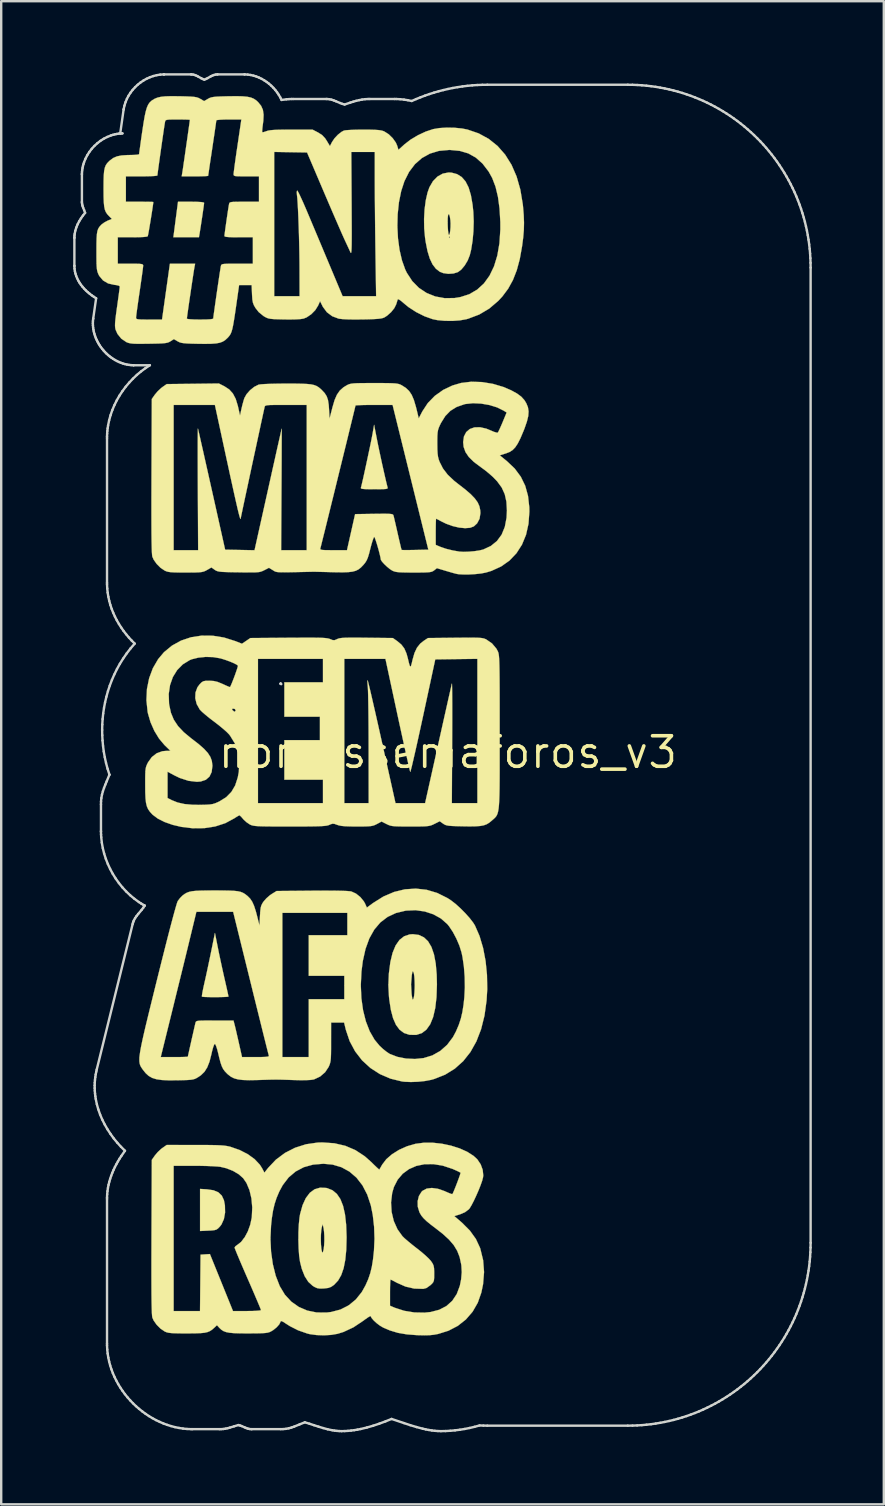
<source format=kicad_pcb>
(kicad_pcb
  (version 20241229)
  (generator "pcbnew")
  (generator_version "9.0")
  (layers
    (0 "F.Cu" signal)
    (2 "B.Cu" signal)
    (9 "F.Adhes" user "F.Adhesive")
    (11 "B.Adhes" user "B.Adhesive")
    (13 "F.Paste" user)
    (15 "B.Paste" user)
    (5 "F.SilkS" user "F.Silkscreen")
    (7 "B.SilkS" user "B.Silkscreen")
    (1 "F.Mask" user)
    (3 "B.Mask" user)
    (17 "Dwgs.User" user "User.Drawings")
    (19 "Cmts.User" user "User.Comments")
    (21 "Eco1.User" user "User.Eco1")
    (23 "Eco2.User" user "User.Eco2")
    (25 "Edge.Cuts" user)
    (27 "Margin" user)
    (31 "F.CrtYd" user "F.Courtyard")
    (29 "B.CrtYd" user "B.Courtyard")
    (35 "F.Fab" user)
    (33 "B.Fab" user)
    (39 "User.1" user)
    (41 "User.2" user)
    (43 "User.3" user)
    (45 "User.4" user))
  (footprint "nomassemaforos_v3"
    (layer "F.Cu")
    (at 15.616 28.302)
    (property "Reference" "nomassemaforos_v3" (at 0 0 0) (layer "F.SilkS") (effects (font (size 1.27 1.27) (thickness 0.15))))
    (attr through_hole)
    (fp_poly (pts (xy -4.191 7.662) (xy -5.8 7.662) (xy -5.8 9.269) (xy -5.048 9.281) (xy -4.297 9.292) (xy -4.285 9.789) (xy -4.273 10.285) (xy -5.026 10.297) (xy -5.779 10.308) (xy -5.79 11.525) (xy -5.801 12.742) (xy -6.344 12.742) (xy -6.55 12.74) (xy -6.725 12.735) (xy -6.851 12.726) (xy -6.912 12.716) (xy -6.914 12.714) (xy -6.919 12.668) (xy -6.924 12.544) (xy -6.928 12.349) (xy -6.931 12.09) (xy -6.935 11.774) (xy -6.938 11.406) (xy -6.94 10.995) (xy -6.941 10.547) (xy -6.942 10.068) (xy -6.943 9.666) (xy -6.943 6.646) (xy -4.191 6.646) (xy -4.191 7.662)) (stroke (width 0.01) (type solid)) (fill yes) (layer "F.Mask"))
    (fp_poly (pts (xy -5.186 -3.757) (xy -5.174 -3.622) (xy -5.17 -3.442) (xy -5.173 -3.26) (xy -5.186 -2.942) (xy -5.98 -2.931) (xy -6.773 -2.919) (xy -6.773 -1.524) (xy -6.059 -1.524) (xy -5.786 -1.525) (xy -5.587 -1.523) (xy -5.45 -1.507) (xy -5.363 -1.47) (xy -5.315 -1.403) (xy -5.295 -1.296) (xy -5.291 -1.141) (xy -5.292 -0.928) (xy -5.292 -0.921) (xy -5.292 -0.508) (xy -6.773 -0.508) (xy -6.773 1.143) (xy -5.995 1.143) (xy -5.716 1.144) (xy -5.51 1.147) (xy -5.366 1.154) (xy -5.273 1.164) (xy -5.22 1.18) (xy -5.194 1.202) (xy -5.19 1.21) (xy -5.178 1.287) (xy -5.169 1.424) (xy -5.166 1.594) (xy -5.166 1.772) (xy -5.172 1.933) (xy -5.182 2.051) (xy -5.19 2.092) (xy -5.205 2.111) (xy -5.241 2.126) (xy -5.304 2.137) (xy -5.405 2.146) (xy -5.552 2.152) (xy -5.753 2.156) (xy -6.016 2.158) (xy -6.352 2.159) (xy -6.559 2.159) (xy -6.888 2.158) (xy -7.19 2.156) (xy -7.454 2.152) (xy -7.669 2.147) (xy -7.827 2.141) (xy -7.915 2.134) (xy -7.93 2.131) (xy -7.935 2.085) (xy -7.94 1.961) (xy -7.944 1.766) (xy -7.947 1.507) (xy -7.951 1.19) (xy -7.954 0.823) (xy -7.956 0.412) (xy -7.957 -0.037) (xy -7.958 -0.515) (xy -7.959 -0.917) (xy -7.959 -3.937) (xy -5.212 -3.937) (xy -5.186 -3.757)) (stroke (width 0.01) (type solid)) (fill yes) (layer "F.Mask"))
    (fp_poly (pts (xy -6.552 -25.094) (xy -5.822 -25.082) (xy -5.081 -23.337) (xy -4.921 -22.959) (xy -4.766 -22.592) (xy -4.62 -22.246) (xy -4.488 -21.931) (xy -4.374 -21.657) (xy -4.282 -21.435) (xy -4.217 -21.274) (xy -4.192 -21.212) (xy -4.129 -21.051) (xy -4.078 -20.926) (xy -4.046 -20.853) (xy -4.04 -20.841) (xy -4.039 -20.884) (xy -4.041 -21.001) (xy -4.045 -21.183) (xy -4.051 -21.419) (xy -4.057 -21.7) (xy -4.066 -22.016) (xy -4.071 -22.225) (xy -4.08 -22.602) (xy -4.088 -22.991) (xy -4.093 -23.374) (xy -4.097 -23.732) (xy -4.098 -24.045) (xy -4.097 -24.297) (xy -4.097 -24.342) (xy -4.085 -25.082) (xy -2.985 -25.082) (xy -2.985 -18.986) (xy -3.688 -18.975) (xy -4.392 -18.963) (xy -4.868 -20.076) (xy -5.001 -20.386) (xy -5.134 -20.691) (xy -5.259 -20.978) (xy -5.37 -21.23) (xy -5.46 -21.433) (xy -5.523 -21.569) (xy -5.611 -21.761) (xy -5.717 -22) (xy -5.829 -22.256) (xy -5.93 -22.492) (xy -6.16 -23.035) (xy -6.181 -18.965) (xy -6.703 -18.965) (xy -6.905 -18.968) (xy -7.076 -18.973) (xy -7.197 -18.982) (xy -7.252 -18.993) (xy -7.253 -18.994) (xy -7.258 -19.039) (xy -7.262 -19.163) (xy -7.266 -19.358) (xy -7.27 -19.618) (xy -7.273 -19.935) (xy -7.276 -20.302) (xy -7.278 -20.714) (xy -7.28 -21.163) (xy -7.281 -21.643) (xy -7.281 -22.064) (xy -7.281 -23.093) (xy -6.223 -23.093) (xy -6.202 -23.072) (xy -6.181 -23.093) (xy -6.202 -23.114) (xy -6.223 -23.093) (xy -7.281 -23.093) (xy -7.281 -25.106) (xy -6.552 -25.094)) (stroke (width 0.01) (type solid)) (fill yes) (layer "F.Mask"))
    (fp_poly (pts (xy 0.412 -25.148) (xy 0.808 -25.042) (xy 1.158 -24.866) (xy 1.46 -24.621) (xy 1.715 -24.309) (xy 1.92 -23.931) (xy 2.076 -23.488) (xy 2.181 -22.981) (xy 2.235 -22.412) (xy 2.243 -22.077) (xy 2.217 -21.475) (xy 2.14 -20.93) (xy 2.014 -20.446) (xy 1.839 -20.024) (xy 1.616 -19.666) (xy 1.348 -19.374) (xy 1.035 -19.15) (xy 0.678 -18.996) (xy 0.36 -18.925) (xy 0.155 -18.898) (xy 0.001 -18.888) (xy -0.138 -18.895) (xy -0.293 -18.92) (xy -0.412 -18.945) (xy -0.79 -19.068) (xy -1.125 -19.262) (xy -1.414 -19.524) (xy -1.658 -19.853) (xy -1.854 -20.247) (xy -2.002 -20.702) (xy -2.1 -21.217) (xy -2.147 -21.79) (xy -2.147 -22.101) (xy -0.916 -22.101) (xy -0.913 -21.79) (xy -0.901 -21.486) (xy -0.88 -21.209) (xy -0.851 -20.98) (xy -0.826 -20.858) (xy -0.714 -20.531) (xy -0.566 -20.274) (xy -0.388 -20.089) (xy -0.183 -19.98) (xy 0.047 -19.948) (xy 0.298 -19.996) (xy 0.31 -20) (xy 0.454 -20.065) (xy 0.566 -20.151) (xy 0.663 -20.28) (xy 0.765 -20.468) (xy 0.866 -20.736) (xy 0.942 -21.067) (xy 0.992 -21.442) (xy 1.015 -21.845) (xy 1.013 -22.256) (xy 0.983 -22.659) (xy 0.925 -23.034) (xy 0.842 -23.354) (xy 0.716 -23.652) (xy 0.557 -23.872) (xy 0.364 -24.016) (xy 0.137 -24.082) (xy 0.042 -24.088) (xy -0.192 -24.048) (xy -0.395 -23.931) (xy -0.567 -23.738) (xy -0.706 -23.472) (xy -0.812 -23.134) (xy -0.882 -22.727) (xy -0.89 -22.656) (xy -0.909 -22.397) (xy -0.916 -22.101) (xy -2.147 -22.101) (xy -2.147 -22.331) (xy -2.098 -22.918) (xy -1.997 -23.443) (xy -1.845 -23.903) (xy -1.641 -24.297) (xy -1.458 -24.544) (xy -1.204 -24.779) (xy -0.894 -24.964) (xy -0.543 -25.095) (xy -0.167 -25.165) (xy 0.218 -25.171) (xy 0.412 -25.148)) (stroke (width 0.01) (type solid)) (fill yes) (layer "F.Mask"))
    (fp_poly (pts (xy -1.019 6.599) (xy -0.641 6.708) (xy -0.306 6.889) (xy -0.016 7.141) (xy 0.228 7.461) (xy 0.425 7.848) (xy 0.574 8.301) (xy 0.673 8.819) (xy 0.679 8.864) (xy 0.704 9.155) (xy 0.716 9.488) (xy 0.713 9.842) (xy 0.698 10.195) (xy 0.671 10.524) (xy 0.633 10.808) (xy 0.597 10.986) (xy 0.452 11.423) (xy 0.26 11.811) (xy 0.026 12.142) (xy -0.243 12.41) (xy -0.543 12.609) (xy -0.826 12.72) (xy -1.087 12.773) (xy -1.377 12.8) (xy -1.655 12.8) (xy -1.799 12.785) (xy -2.19 12.684) (xy -2.538 12.509) (xy -2.843 12.263) (xy -3.103 11.946) (xy -3.299 11.597) (xy -3.439 11.243) (xy -3.54 10.857) (xy -3.604 10.426) (xy -3.635 9.936) (xy -3.639 9.673) (xy -3.637 9.631) (xy -2.421 9.631) (xy -2.41 10.133) (xy -2.373 10.559) (xy -2.308 10.913) (xy -2.213 11.199) (xy -2.089 11.421) (xy -1.931 11.585) (xy -1.741 11.695) (xy -1.709 11.707) (xy -1.532 11.756) (xy -1.384 11.76) (xy -1.223 11.721) (xy -1.017 11.607) (xy -0.839 11.417) (xy -0.693 11.155) (xy -0.582 10.823) (xy -0.567 10.764) (xy -0.544 10.645) (xy -0.528 10.511) (xy -0.517 10.346) (xy -0.513 10.138) (xy -0.513 9.873) (xy -0.518 9.546) (xy -0.525 9.23) (xy -0.533 8.984) (xy -0.543 8.795) (xy -0.557 8.647) (xy -0.576 8.528) (xy -0.601 8.422) (xy -0.63 8.328) (xy -0.751 8.058) (xy -0.911 7.848) (xy -1.1 7.7) (xy -1.307 7.615) (xy -1.522 7.596) (xy -1.732 7.646) (xy -1.928 7.765) (xy -2.1 7.958) (xy -2.138 8.018) (xy -2.238 8.219) (xy -2.314 8.446) (xy -2.368 8.71) (xy -2.402 9.025) (xy -2.419 9.404) (xy -2.421 9.631) (xy -3.637 9.631) (xy -3.614 9.063) (xy -3.538 8.517) (xy -3.413 8.037) (xy -3.239 7.622) (xy -3.017 7.274) (xy -2.747 6.994) (xy -2.43 6.783) (xy -2.067 6.642) (xy -1.658 6.57) (xy -1.439 6.562) (xy -1.019 6.599)) (stroke (width 0.01) (type solid)) (fill yes) (layer "F.Mask"))
    (fp_poly (pts (xy -10.011 17.211) (xy -9.645 17.244) (xy -9.34 17.292) (xy -9.105 17.354) (xy -9.064 17.369) (xy -8.766 17.524) (xy -8.529 17.724) (xy -8.351 17.975) (xy -8.228 18.283) (xy -8.157 18.654) (xy -8.141 18.835) (xy -8.142 19.279) (xy -8.204 19.666) (xy -8.329 20.004) (xy -8.518 20.295) (xy -8.667 20.453) (xy -8.876 20.649) (xy -8.333 21.892) (xy -8.201 22.198) (xy -8.081 22.482) (xy -7.977 22.734) (xy -7.894 22.944) (xy -7.835 23.102) (xy -7.804 23.197) (xy -7.801 23.22) (xy -7.813 23.26) (xy -7.849 23.286) (xy -7.925 23.302) (xy -8.058 23.311) (xy -8.199 23.317) (xy -8.401 23.318) (xy -8.597 23.312) (xy -8.753 23.3) (xy -8.789 23.295) (xy -8.991 23.261) (xy -9.438 22.161) (xy -9.555 21.873) (xy -9.664 21.609) (xy -9.759 21.381) (xy -9.836 21.198) (xy -9.89 21.07) (xy -9.918 21.01) (xy -9.919 21.008) (xy -9.98 20.974) (xy -10.089 20.956) (xy -10.119 20.955) (xy -10.286 20.955) (xy -10.308 23.305) (xy -10.837 23.315) (xy -11.044 23.317) (xy -11.222 23.313) (xy -11.353 23.304) (xy -11.418 23.292) (xy -11.42 23.291) (xy -11.43 23.268) (xy -11.439 23.211) (xy -11.447 23.114) (xy -11.453 22.972) (xy -11.458 22.781) (xy -11.461 22.536) (xy -11.464 22.231) (xy -11.465 21.862) (xy -11.465 21.424) (xy -11.464 20.912) (xy -11.462 20.321) (xy -11.462 20.233) (xy -11.458 19.097) (xy -10.287 19.097) (xy -10.286 19.387) (xy -10.284 19.602) (xy -10.279 19.754) (xy -10.271 19.851) (xy -10.258 19.904) (xy -10.241 19.924) (xy -10.22 19.922) (xy -10.141 19.908) (xy -10.013 19.898) (xy -9.925 19.897) (xy -9.775 19.888) (xy -9.669 19.855) (xy -9.566 19.781) (xy -9.55 19.768) (xy -9.427 19.605) (xy -9.348 19.382) (xy -9.318 19.108) (xy -9.325 18.914) (xy -9.377 18.653) (xy -9.481 18.46) (xy -9.64 18.329) (xy -9.856 18.26) (xy -10.044 18.246) (xy -10.287 18.246) (xy -10.287 19.097) (xy -11.458 19.097) (xy -11.451 17.209) (xy -10.88 17.196) (xy -10.426 17.195) (xy -10.011 17.211)) (stroke (width 0.01) (type solid)) (fill yes) (layer "F.Mask"))
    (fp_poly (pts (xy -9.731 -3.98) (xy -9.398 -3.912) (xy -9.356 -3.9) (xy -9.099 -3.812) (xy -8.902 -3.729) (xy -8.774 -3.653) (xy -8.722 -3.589) (xy -8.721 -3.581) (xy -8.736 -3.517) (xy -8.778 -3.398) (xy -8.836 -3.245) (xy -8.903 -3.081) (xy -8.968 -2.928) (xy -9.024 -2.806) (xy -9.061 -2.738) (xy -9.064 -2.735) (xy -9.118 -2.731) (xy -9.229 -2.76) (xy -9.364 -2.813) (xy -9.558 -2.883) (xy -9.767 -2.935) (xy -9.886 -2.952) (xy -10.036 -2.96) (xy -10.133 -2.949) (xy -10.212 -2.91) (xy -10.275 -2.861) (xy -10.408 -2.697) (xy -10.481 -2.492) (xy -10.493 -2.265) (xy -10.442 -2.036) (xy -10.344 -1.849) (xy -10.259 -1.75) (xy -10.124 -1.62) (xy -9.962 -1.479) (xy -9.832 -1.375) (xy -9.49 -1.101) (xy -9.218 -0.852) (xy -9.01 -0.615) (xy -8.859 -0.38) (xy -8.758 -0.138) (xy -8.7 0.125) (xy -8.679 0.418) (xy -8.678 0.477) (xy -8.71 0.904) (xy -8.803 1.274) (xy -8.958 1.586) (xy -9.173 1.839) (xy -9.446 2.031) (xy -9.778 2.162) (xy -10.167 2.23) (xy -10.454 2.24) (xy -10.656 2.228) (xy -10.876 2.201) (xy -10.998 2.179) (xy -11.189 2.128) (xy -11.389 2.059) (xy -11.495 2.015) (xy -11.726 1.91) (xy -11.726 1.381) (xy -11.723 1.178) (xy -11.716 1.007) (xy -11.704 0.885) (xy -11.689 0.829) (xy -11.688 0.828) (xy -11.636 0.835) (xy -11.526 0.873) (xy -11.378 0.936) (xy -11.279 0.982) (xy -11.09 1.069) (xy -10.941 1.124) (xy -10.8 1.155) (xy -10.634 1.172) (xy -10.535 1.178) (xy -10.162 1.196) (xy -10.017 1.05) (xy -9.889 0.867) (xy -9.832 0.653) (xy -9.846 0.424) (xy -9.929 0.195) (xy -10.054 0.012) (xy -10.144 -0.08) (xy -10.283 -0.208) (xy -10.453 -0.355) (xy -10.638 -0.507) (xy -10.672 -0.534) (xy -10.988 -0.802) (xy -11.232 -1.051) (xy -11.412 -1.296) (xy -11.534 -1.551) (xy -11.606 -1.829) (xy -11.635 -2.144) (xy -11.634 -2.384) (xy -11.623 -2.608) (xy -11.607 -2.773) (xy -11.58 -2.905) (xy -11.537 -3.029) (xy -11.496 -3.124) (xy -11.329 -3.398) (xy -11.099 -3.64) (xy -10.83 -3.828) (xy -10.678 -3.899) (xy -10.398 -3.974) (xy -10.073 -4.001) (xy -9.731 -3.98)) (stroke (width 0.01) (type solid)) (fill yes) (layer "F.Mask"))
    (fp_poly (pts (xy 1.37 -14.54) (xy 1.536 -14.533) (xy 1.667 -14.517) (xy 1.785 -14.488) (xy 1.915 -14.443) (xy 2.018 -14.402) (xy 2.18 -14.332) (xy 2.315 -14.266) (xy 2.401 -14.213) (xy 2.415 -14.2) (xy 2.433 -14.158) (xy 2.428 -14.09) (xy 2.395 -13.981) (xy 2.331 -13.819) (xy 2.288 -13.715) (xy 2.21 -13.543) (xy 2.138 -13.405) (xy 2.082 -13.317) (xy 2.054 -13.293) (xy 1.989 -13.309) (xy 1.874 -13.353) (xy 1.764 -13.401) (xy 1.525 -13.482) (xy 1.28 -13.516) (xy 1.057 -13.502) (xy 0.945 -13.469) (xy 0.808 -13.367) (xy 0.718 -13.199) (xy 0.679 -12.975) (xy 0.677 -12.914) (xy 0.688 -12.744) (xy 0.726 -12.593) (xy 0.8 -12.451) (xy 0.917 -12.306) (xy 1.088 -12.145) (xy 1.319 -11.956) (xy 1.418 -11.881) (xy 1.739 -11.622) (xy 1.991 -11.384) (xy 2.181 -11.154) (xy 2.318 -10.919) (xy 2.412 -10.669) (xy 2.469 -10.392) (xy 2.489 -10.096) (xy 2.471 -9.781) (xy 2.421 -9.479) (xy 2.34 -9.224) (xy 2.335 -9.212) (xy 2.215 -9.007) (xy 2.045 -8.801) (xy 1.852 -8.625) (xy 1.768 -8.566) (xy 1.534 -8.457) (xy 1.243 -8.383) (xy 0.916 -8.345) (xy 0.573 -8.345) (xy 0.236 -8.385) (xy 0.064 -8.423) (xy -0.112 -8.473) (xy -0.278 -8.527) (xy -0.392 -8.57) (xy -0.55 -8.637) (xy -0.55 -9.187) (xy -0.549 -9.412) (xy -0.545 -9.567) (xy -0.536 -9.663) (xy -0.52 -9.714) (xy -0.496 -9.734) (xy -0.475 -9.737) (xy -0.382 -9.713) (xy -0.312 -9.675) (xy -0.18 -9.602) (xy 0.003 -9.525) (xy 0.208 -9.455) (xy 0.403 -9.402) (xy 0.442 -9.394) (xy 0.721 -9.372) (xy 0.955 -9.413) (xy 1.137 -9.513) (xy 1.262 -9.667) (xy 1.323 -9.868) (xy 1.315 -10.11) (xy 1.295 -10.202) (xy 1.24 -10.357) (xy 1.152 -10.505) (xy 1.021 -10.658) (xy 0.836 -10.829) (xy 0.593 -11.024) (xy 0.412 -11.169) (xy 0.236 -11.317) (xy 0.089 -11.452) (xy 0.007 -11.533) (xy -0.213 -11.831) (xy -0.373 -12.177) (xy -0.468 -12.551) (xy -0.494 -12.938) (xy -0.474 -13.164) (xy -0.383 -13.546) (xy -0.229 -13.871) (xy -0.012 -14.141) (xy 0.269 -14.357) (xy 0.36 -14.408) (xy 0.47 -14.463) (xy 0.562 -14.501) (xy 0.658 -14.524) (xy 0.778 -14.536) (xy 0.943 -14.541) (xy 1.143 -14.541) (xy 1.37 -14.54)) (stroke (width 0.01) (type solid)) (fill yes) (layer "F.Mask"))
    (fp_poly (pts (xy -4.991 17.167) (xy -4.819 17.171) (xy -4.692 17.182) (xy -4.591 17.202) (xy -4.496 17.235) (xy -4.387 17.284) (xy -4.349 17.302) (xy -4.061 17.477) (xy -3.792 17.711) (xy -3.571 17.98) (xy -3.498 18.098) (xy -3.383 18.337) (xy -3.274 18.629) (xy -3.18 18.942) (xy -3.112 19.243) (xy -3.093 19.36) (xy -3.067 19.631) (xy -3.053 19.954) (xy -3.05 20.303) (xy -3.059 20.65) (xy -3.079 20.968) (xy -3.11 21.229) (xy -3.11 21.23) (xy -3.224 21.737) (xy -3.391 22.18) (xy -3.61 22.556) (xy -3.881 22.866) (xy -4.203 23.109) (xy -4.389 23.208) (xy -4.527 23.269) (xy -4.646 23.309) (xy -4.773 23.334) (xy -4.934 23.347) (xy -5.142 23.355) (xy -5.382 23.358) (xy -5.564 23.35) (xy -5.712 23.327) (xy -5.851 23.289) (xy -6.225 23.124) (xy -6.547 22.893) (xy -6.818 22.595) (xy -7.039 22.229) (xy -7.178 21.894) (xy -7.283 21.514) (xy -7.356 21.079) (xy -7.398 20.61) (xy -7.405 20.258) (xy -6.208 20.258) (xy -6.197 20.623) (xy -6.17 20.967) (xy -6.128 21.269) (xy -6.078 21.484) (xy -5.992 21.707) (xy -5.878 21.917) (xy -5.749 22.093) (xy -5.621 22.212) (xy -5.589 22.232) (xy -5.426 22.286) (xy -5.23 22.308) (xy -5.035 22.297) (xy -4.879 22.251) (xy -4.877 22.25) (xy -4.688 22.105) (xy -4.529 21.883) (xy -4.402 21.587) (xy -4.336 21.348) (xy -4.308 21.194) (xy -4.288 20.997) (xy -4.275 20.745) (xy -4.269 20.427) (xy -4.268 20.236) (xy -4.273 19.825) (xy -4.292 19.485) (xy -4.326 19.202) (xy -4.379 18.964) (xy -4.451 18.758) (xy -4.545 18.569) (xy -4.551 18.56) (xy -4.707 18.367) (xy -4.903 18.24) (xy -5.124 18.178) (xy -5.351 18.184) (xy -5.57 18.259) (xy -5.765 18.405) (xy -5.793 18.435) (xy -5.899 18.592) (xy -6.001 18.805) (xy -6.086 19.047) (xy -6.138 19.26) (xy -6.179 19.555) (xy -6.202 19.895) (xy -6.208 20.258) (xy -7.405 20.258) (xy -7.408 20.127) (xy -7.386 19.652) (xy -7.332 19.204) (xy -7.246 18.806) (xy -7.2 18.657) (xy -7.017 18.225) (xy -6.789 17.865) (xy -6.516 17.574) (xy -6.195 17.351) (xy -6.116 17.31) (xy -5.997 17.253) (xy -5.899 17.214) (xy -5.804 17.188) (xy -5.692 17.174) (xy -5.543 17.168) (xy -5.337 17.166) (xy -5.228 17.166) (xy -4.991 17.167)) (stroke (width 0.01) (type solid)) (fill yes) (layer "F.Mask"))
    (fp_poly (pts (xy -10.468 -14.52) (xy -10.24 -14.514) (xy -10.035 -14.505) (xy -9.87 -14.493) (xy -9.762 -14.478) (xy -9.73 -14.467) (xy -9.703 -14.411) (xy -9.661 -14.271) (xy -9.603 -14.051) (xy -9.531 -13.75) (xy -9.443 -13.37) (xy -9.341 -12.911) (xy -9.253 -12.509) (xy -9.136 -11.966) (xy -9.034 -11.5) (xy -8.948 -11.106) (xy -8.876 -10.779) (xy -8.817 -10.512) (xy -8.769 -10.3) (xy -8.731 -10.138) (xy -8.703 -10.021) (xy -8.681 -9.943) (xy -8.667 -9.898) (xy -8.657 -9.88) (xy -8.651 -9.885) (xy -8.639 -9.935) (xy -8.611 -10.059) (xy -8.57 -10.246) (xy -8.516 -10.486) (xy -8.453 -10.77) (xy -8.383 -11.088) (xy -8.308 -11.431) (xy -8.23 -11.788) (xy -8.15 -12.151) (xy -8.072 -12.508) (xy -7.997 -12.851) (xy -7.928 -13.17) (xy -7.866 -13.455) (xy -7.814 -13.697) (xy -7.786 -13.827) (xy -7.65 -14.468) (xy -7.434 -14.494) (xy -7.298 -14.505) (xy -7.113 -14.513) (xy -6.897 -14.517) (xy -6.666 -14.519) (xy -6.439 -14.517) (xy -6.23 -14.513) (xy -6.058 -14.506) (xy -5.94 -14.496) (xy -5.895 -14.485) (xy -5.884 -14.462) (xy -5.875 -14.405) (xy -5.867 -14.308) (xy -5.861 -14.166) (xy -5.857 -13.975) (xy -5.853 -13.73) (xy -5.851 -13.425) (xy -5.85 -13.056) (xy -5.849 -12.617) (xy -5.85 -12.105) (xy -5.852 -11.513) (xy -5.852 -11.448) (xy -5.863 -8.445) (xy -6.943 -8.422) (xy -6.949 -13.187) (xy -7.033 -12.848) (xy -7.06 -12.736) (xy -7.102 -12.551) (xy -7.159 -12.304) (xy -7.227 -12.006) (xy -7.304 -11.666) (xy -7.387 -11.294) (xy -7.475 -10.902) (xy -7.537 -10.626) (xy -7.625 -10.233) (xy -7.708 -9.861) (xy -7.785 -9.519) (xy -7.854 -9.216) (xy -7.912 -8.961) (xy -7.958 -8.764) (xy -7.989 -8.633) (xy -8.002 -8.583) (xy -8.047 -8.424) (xy -8.66 -8.424) (xy -8.899 -8.425) (xy -9.068 -8.428) (xy -9.179 -8.435) (xy -9.247 -8.449) (xy -9.284 -8.471) (xy -9.306 -8.504) (xy -9.314 -8.52) (xy -9.331 -8.58) (xy -9.364 -8.713) (xy -9.412 -8.913) (xy -9.472 -9.168) (xy -9.542 -9.472) (xy -9.62 -9.815) (xy -9.704 -10.188) (xy -9.778 -10.52) (xy -9.869 -10.926) (xy -9.957 -11.319) (xy -10.04 -11.691) (xy -10.116 -12.03) (xy -10.183 -12.325) (xy -10.238 -12.566) (xy -10.279 -12.743) (xy -10.298 -12.822) (xy -10.393 -13.22) (xy -10.38 -10.822) (xy -10.367 -8.424) (xy -11.472 -8.424) (xy -11.472 -14.468) (xy -11.377 -14.494) (xy -11.282 -14.507) (xy -11.127 -14.517) (xy -10.928 -14.522) (xy -10.703 -14.523) (xy -10.468 -14.52)) (stroke (width 0.01) (type solid)) (fill yes) (layer "F.Mask"))
    (fp_poly (pts (xy -2.794 -14.52) (xy -2.592 -14.518) (xy -2.452 -14.514) (xy -2.361 -14.505) (xy -2.308 -14.49) (xy -2.281 -14.469) (xy -2.269 -14.439) (xy -2.265 -14.425) (xy -2.251 -14.369) (xy -2.219 -14.237) (xy -2.17 -14.037) (xy -2.106 -13.776) (xy -2.028 -13.46) (xy -1.939 -13.097) (xy -1.839 -12.694) (xy -1.732 -12.257) (xy -1.617 -11.793) (xy -1.549 -11.515) (xy -1.431 -11.037) (xy -1.319 -10.581) (xy -1.214 -10.154) (xy -1.118 -9.762) (xy -1.033 -9.414) (xy -0.96 -9.114) (xy -0.901 -8.872) (xy -0.857 -8.694) (xy -0.832 -8.587) (xy -0.826 -8.561) (xy -0.797 -8.422) (xy -1.383 -8.434) (xy -1.968 -8.445) (xy -2.134 -9.172) (xy -2.192 -9.43) (xy -2.237 -9.624) (xy -2.283 -9.763) (xy -2.343 -9.856) (xy -2.428 -9.912) (xy -2.551 -9.94) (xy -2.724 -9.95) (xy -2.959 -9.95) (xy -3.194 -9.948) (xy -3.838 -9.948) (xy -3.979 -9.324) (xy -4.031 -9.093) (xy -4.08 -8.881) (xy -4.121 -8.707) (xy -4.15 -8.589) (xy -4.157 -8.562) (xy -4.195 -8.424) (xy -4.741 -8.424) (xy -4.947 -8.427) (xy -5.122 -8.435) (xy -5.248 -8.446) (xy -5.308 -8.46) (xy -5.31 -8.463) (xy -5.304 -8.509) (xy -5.28 -8.629) (xy -5.239 -8.816) (xy -5.183 -9.063) (xy -5.114 -9.36) (xy -5.034 -9.701) (xy -4.945 -10.078) (xy -4.848 -10.483) (xy -4.746 -10.908) (xy -4.712 -11.05) (xy -3.585 -11.05) (xy -3.562 -11.029) (xy -3.502 -11.016) (xy -3.39 -11.01) (xy -3.215 -11.007) (xy -3.069 -11.007) (xy -2.848 -11.008) (xy -2.699 -11.012) (xy -2.608 -11.02) (xy -2.564 -11.036) (xy -2.552 -11.061) (xy -2.555 -11.081) (xy -2.578 -11.171) (xy -2.615 -11.329) (xy -2.662 -11.538) (xy -2.716 -11.783) (xy -2.773 -12.047) (xy -2.831 -12.315) (xy -2.884 -12.571) (xy -2.931 -12.8) (xy -2.941 -12.848) (xy -2.983 -13.056) (xy -3.019 -13.234) (xy -3.047 -13.366) (xy -3.062 -13.435) (xy -3.063 -13.439) (xy -3.076 -13.419) (xy -3.1 -13.332) (xy -3.13 -13.193) (xy -3.149 -13.101) (xy -3.181 -12.942) (xy -3.224 -12.734) (xy -3.274 -12.492) (xy -3.33 -12.23) (xy -3.387 -11.964) (xy -3.442 -11.708) (xy -3.492 -11.477) (xy -3.535 -11.285) (xy -3.566 -11.147) (xy -3.583 -11.081) (xy -3.585 -11.05) (xy -4.712 -11.05) (xy -4.64 -11.346) (xy -4.533 -11.788) (xy -4.426 -12.228) (xy -4.32 -12.657) (xy -4.219 -13.068) (xy -4.123 -13.453) (xy -4.034 -13.804) (xy -3.955 -14.114) (xy -3.891 -14.362) (xy -3.849 -14.52) (xy -3.068 -14.52) (xy -2.794 -14.52)) (stroke (width 0.01) (type solid)) (fill yes) (layer "F.Mask"))
    (fp_poly (pts (xy -9.428 6.606) (xy -9.212 6.612) (xy -9.064 6.623) (xy -8.976 6.639) (xy -8.944 6.657) (xy -8.925 6.708) (xy -8.889 6.834) (xy -8.837 7.025) (xy -8.772 7.274) (xy -8.695 7.574) (xy -8.609 7.915) (xy -8.514 8.291) (xy -8.414 8.693) (xy -8.31 9.113) (xy -8.204 9.544) (xy -8.098 9.976) (xy -7.994 10.403) (xy -7.894 10.817) (xy -7.8 11.209) (xy -7.714 11.571) (xy -7.637 11.896) (xy -7.573 12.176) (xy -7.522 12.402) (xy -7.486 12.566) (xy -7.469 12.662) (xy -7.467 12.682) (xy -7.495 12.708) (xy -7.562 12.726) (xy -7.682 12.737) (xy -7.866 12.742) (xy -8.019 12.742) (xy -8.241 12.741) (xy -8.393 12.737) (xy -8.49 12.726) (xy -8.547 12.708) (xy -8.58 12.68) (xy -8.594 12.657) (xy -8.614 12.597) (xy -8.648 12.472) (xy -8.693 12.299) (xy -8.743 12.096) (xy -8.794 11.881) (xy -8.843 11.672) (xy -8.885 11.486) (xy -8.916 11.341) (xy -8.931 11.254) (xy -8.932 11.241) (xy -8.972 11.234) (xy -9.084 11.228) (xy -9.254 11.223) (xy -9.468 11.219) (xy -9.708 11.218) (xy -10.484 11.218) (xy -10.653 11.97) (xy -10.822 12.721) (xy -11.401 12.733) (xy -11.654 12.736) (xy -11.829 12.732) (xy -11.935 12.721) (xy -11.978 12.702) (xy -11.98 12.696) (xy -11.97 12.644) (xy -11.942 12.519) (xy -11.897 12.327) (xy -11.837 12.077) (xy -11.765 11.777) (xy -11.681 11.435) (xy -11.59 11.059) (xy -11.491 10.657) (xy -11.388 10.237) (xy -11.358 10.114) (xy -10.229 10.114) (xy -10.121 10.132) (xy -10.027 10.141) (xy -9.885 10.145) (xy -9.717 10.146) (xy -9.543 10.143) (xy -9.387 10.137) (xy -9.27 10.128) (xy -9.214 10.117) (xy -9.213 10.117) (xy -9.216 10.071) (xy -9.234 9.954) (xy -9.267 9.779) (xy -9.311 9.557) (xy -9.365 9.301) (xy -9.395 9.164) (xy -9.458 8.874) (xy -9.519 8.592) (xy -9.573 8.336) (xy -9.617 8.123) (xy -9.647 7.971) (xy -9.653 7.938) (xy -9.708 7.642) (xy -9.845 8.319) (xy -9.905 8.607) (xy -9.971 8.923) (xy -10.036 9.232) (xy -10.094 9.5) (xy -10.106 9.555) (xy -10.229 10.114) (xy -11.358 10.114) (xy -11.282 9.807) (xy -11.175 9.374) (xy -11.069 8.948) (xy -10.967 8.536) (xy -10.87 8.146) (xy -10.78 7.785) (xy -10.699 7.463) (xy -10.629 7.187) (xy -10.572 6.965) (xy -10.53 6.805) (xy -10.505 6.715) (xy -10.5 6.699) (xy -10.482 6.665) (xy -10.455 6.64) (xy -10.407 6.623) (xy -10.324 6.612) (xy -10.195 6.607) (xy -10.007 6.604) (xy -9.749 6.604) (xy -9.722 6.604) (xy -9.428 6.606)) (stroke (width 0.01) (type solid)) (fill yes) (layer "F.Mask"))
    (fp_poly (pts (xy -0.333 17.179) (xy -0.209 17.206) (xy -0.005 17.266) (xy 0.189 17.338) (xy 0.355 17.412) (xy 0.476 17.482) (xy 0.532 17.539) (xy 0.532 17.539) (xy 0.525 17.599) (xy 0.492 17.714) (xy 0.44 17.865) (xy 0.378 18.03) (xy 0.313 18.187) (xy 0.254 18.317) (xy 0.208 18.397) (xy 0.205 18.401) (xy 0.159 18.418) (xy 0.068 18.398) (xy -0.08 18.339) (xy -0.119 18.321) (xy -0.348 18.238) (xy -0.576 18.194) (xy -0.781 18.19) (xy -0.946 18.226) (xy -1.022 18.272) (xy -1.154 18.446) (xy -1.222 18.66) (xy -1.223 18.897) (xy -1.155 19.14) (xy -1.112 19.231) (xy -1.046 19.334) (xy -0.957 19.438) (xy -0.832 19.555) (xy -0.657 19.697) (xy -0.504 19.815) (xy -0.233 20.026) (xy -0.022 20.207) (xy 0.141 20.371) (xy 0.27 20.533) (xy 0.377 20.706) (xy 0.439 20.828) (xy 0.494 20.945) (xy 0.531 21.044) (xy 0.554 21.145) (xy 0.566 21.268) (xy 0.571 21.436) (xy 0.572 21.654) (xy 0.57 21.885) (xy 0.564 22.053) (xy 0.551 22.177) (xy 0.527 22.277) (xy 0.49 22.376) (xy 0.458 22.446) (xy 0.301 22.708) (xy 0.094 22.948) (xy -0.141 23.142) (xy -0.284 23.226) (xy -0.394 23.275) (xy -0.499 23.309) (xy -0.621 23.331) (xy -0.782 23.344) (xy -1.003 23.353) (xy -1.03 23.354) (xy -1.284 23.358) (xy -1.48 23.351) (xy -1.646 23.332) (xy -1.808 23.297) (xy -1.858 23.284) (xy -2.031 23.232) (xy -2.189 23.175) (xy -2.299 23.125) (xy -2.303 23.123) (xy -2.434 23.046) (xy -2.446 22.583) (xy -2.449 22.384) (xy -2.448 22.209) (xy -2.442 22.079) (xy -2.435 22.025) (xy -2.421 21.979) (xy -2.395 21.961) (xy -2.341 21.973) (xy -2.242 22.017) (xy -2.12 22.078) (xy -1.805 22.214) (xy -1.507 22.299) (xy -1.236 22.333) (xy -1.003 22.317) (xy -0.815 22.249) (xy -0.684 22.13) (xy -0.668 22.105) (xy -0.596 21.919) (xy -0.568 21.707) (xy -0.59 21.512) (xy -0.591 21.509) (xy -0.655 21.351) (xy -0.759 21.192) (xy -0.913 21.022) (xy -1.126 20.831) (xy -1.312 20.68) (xy -1.575 20.468) (xy -1.778 20.288) (xy -1.935 20.127) (xy -2.058 19.97) (xy -2.159 19.805) (xy -2.217 19.69) (xy -2.27 19.573) (xy -2.307 19.475) (xy -2.33 19.375) (xy -2.343 19.254) (xy -2.348 19.091) (xy -2.349 18.865) (xy -2.349 18.838) (xy -2.348 18.602) (xy -2.343 18.431) (xy -2.331 18.305) (xy -2.309 18.204) (xy -2.274 18.11) (xy -2.238 18.029) (xy -2.056 17.726) (xy -1.819 17.484) (xy -1.557 17.312) (xy -1.419 17.243) (xy -1.3 17.198) (xy -1.17 17.173) (xy -1.001 17.158) (xy -0.887 17.153) (xy -0.584 17.152) (xy -0.333 17.179)) (stroke (width 0.01) (type solid)) (fill yes) (layer "F.Mask"))
    (fp_poly (pts (xy 0.37 -3.927) (xy 1.249 -3.916) (xy 1.262 -2.963) (xy 1.265 -2.72) (xy 1.265 -2.406) (xy 1.265 -2.035) (xy 1.263 -1.62) (xy 1.26 -1.176) (xy 1.256 -0.717) (xy 1.251 -0.256) (xy 1.247 0.074) (xy 1.218 2.159) (xy 0.739 2.159) (xy 0.542 2.157) (xy 0.372 2.152) (xy 0.25 2.144) (xy 0.199 2.135) (xy 0.186 2.121) (xy 0.175 2.085) (xy 0.166 2.022) (xy 0.159 1.924) (xy 0.153 1.786) (xy 0.15 1.601) (xy 0.148 1.363) (xy 0.147 1.065) (xy 0.147 0.703) (xy 0.149 0.268) (xy 0.152 -0.245) (xy 0.152 -0.267) (xy 0.167 -2.646) (xy 0.083 -2.328) (xy 0.057 -2.222) (xy 0.015 -2.044) (xy -0.041 -1.802) (xy -0.109 -1.507) (xy -0.186 -1.168) (xy -0.27 -0.795) (xy -0.36 -0.398) (xy -0.444 -0.021) (xy -0.534 0.38) (xy -0.62 0.757) (xy -0.699 1.103) (xy -0.77 1.409) (xy -0.83 1.667) (xy -0.879 1.867) (xy -0.912 2.002) (xy -0.93 2.063) (xy -0.93 2.064) (xy -0.95 2.102) (xy -0.982 2.128) (xy -1.038 2.144) (xy -1.133 2.154) (xy -1.281 2.158) (xy -1.497 2.159) (xy -1.56 2.159) (xy -1.824 2.156) (xy -2.011 2.148) (xy -2.128 2.132) (xy -2.185 2.11) (xy -2.189 2.106) (xy -2.206 2.055) (xy -2.239 1.929) (xy -2.287 1.739) (xy -2.346 1.492) (xy -2.414 1.198) (xy -2.491 0.865) (xy -2.572 0.502) (xy -2.621 0.283) (xy -2.71 -0.117) (xy -2.799 -0.514) (xy -2.884 -0.894) (xy -2.963 -1.245) (xy -3.034 -1.555) (xy -3.092 -1.811) (xy -3.136 -2.001) (xy -3.147 -2.047) (xy -3.281 -2.608) (xy -3.281 2.138) (xy -3.791 2.15) (xy -3.991 2.152) (xy -4.159 2.149) (xy -4.279 2.143) (xy -4.331 2.132) (xy -4.331 2.132) (xy -4.336 2.086) (xy -4.34 1.962) (xy -4.345 1.767) (xy -4.349 1.507) (xy -4.352 1.191) (xy -4.355 0.823) (xy -4.357 0.412) (xy -4.359 -0.037) (xy -4.36 -0.516) (xy -4.36 -0.917) (xy -4.36 -3.937) (xy -3.524 -3.936) (xy -3.264 -3.934) (xy -3.031 -3.929) (xy -2.839 -3.922) (xy -2.703 -3.912) (xy -2.635 -3.902) (xy -2.632 -3.9) (xy -2.611 -3.853) (xy -2.573 -3.728) (xy -2.52 -3.524) (xy -2.452 -3.242) (xy -2.367 -2.88) (xy -2.266 -2.438) (xy -2.149 -1.916) (xy -2.015 -1.313) (xy -1.865 -0.627) (xy -1.698 0.14) (xy -1.669 0.275) (xy -1.632 0.436) (xy -1.598 0.564) (xy -1.573 0.638) (xy -1.568 0.646) (xy -1.554 0.612) (xy -1.524 0.503) (xy -1.48 0.325) (xy -1.424 0.088) (xy -1.356 -0.203) (xy -1.28 -0.54) (xy -1.196 -0.914) (xy -1.107 -1.32) (xy -1.06 -1.534) (xy -0.968 -1.957) (xy -0.881 -2.357) (xy -0.799 -2.726) (xy -0.726 -3.056) (xy -0.663 -3.339) (xy -0.611 -3.567) (xy -0.573 -3.732) (xy -0.55 -3.826) (xy -0.545 -3.843) (xy -0.509 -3.939) (xy 0.37 -3.927)) (stroke (width 0.01) (type solid)) (fill yes) (layer "F.Mask"))
    (fp_poly (pts (xy -10.684 -26.3) (xy -10.697 -26.224) (xy -10.719 -26.079) (xy -10.748 -25.878) (xy -10.783 -25.635) (xy -10.822 -25.365) (xy -10.837 -25.252) (xy -10.876 -24.974) (xy -10.913 -24.718) (xy -10.945 -24.498) (xy -10.97 -24.329) (xy -10.987 -24.223) (xy -10.99 -24.203) (xy -11.014 -24.085) (xy -10.534 -24.097) (xy -10.054 -24.109) (xy -9.711 -26.395) (xy -9.131 -26.407) (xy -8.893 -26.41) (xy -8.728 -26.408) (xy -8.624 -26.4) (xy -8.569 -26.385) (xy -8.551 -26.362) (xy -8.551 -26.359) (xy -8.557 -26.303) (xy -8.574 -26.174) (xy -8.599 -25.986) (xy -8.631 -25.751) (xy -8.67 -25.482) (xy -8.7 -25.273) (xy -8.741 -24.984) (xy -8.777 -24.72) (xy -8.808 -24.494) (xy -8.831 -24.318) (xy -8.845 -24.204) (xy -8.848 -24.168) (xy -8.841 -24.135) (xy -8.81 -24.112) (xy -8.742 -24.097) (xy -8.624 -24.088) (xy -8.441 -24.081) (xy -8.329 -24.078) (xy -7.811 -24.067) (xy -7.811 -22.881) (xy -8.429 -22.869) (xy -9.048 -22.858) (xy -9.119 -22.397) (xy -9.151 -22.182) (xy -9.181 -21.972) (xy -9.205 -21.799) (xy -9.215 -21.718) (xy -9.241 -21.501) (xy -8.695 -21.508) (xy -8.149 -21.515) (xy -8.126 -20.362) (xy -8.497 -20.359) (xy -8.68 -20.356) (xy -8.876 -20.349) (xy -9.068 -20.339) (xy -9.236 -20.328) (xy -9.361 -20.317) (xy -9.424 -20.306) (xy -9.428 -20.304) (xy -9.436 -20.262) (xy -9.454 -20.147) (xy -9.481 -19.971) (xy -9.515 -19.746) (xy -9.554 -19.482) (xy -9.587 -19.26) (xy -9.629 -18.967) (xy -9.67 -18.697) (xy -9.705 -18.462) (xy -9.734 -18.276) (xy -9.754 -18.152) (xy -9.761 -18.108) (xy -9.786 -17.992) (xy -10.926 -17.992) (xy -10.902 -18.129) (xy -10.871 -18.318) (xy -10.836 -18.548) (xy -10.798 -18.805) (xy -10.759 -19.078) (xy -10.72 -19.352) (xy -10.685 -19.615) (xy -10.653 -19.853) (xy -10.628 -20.055) (xy -10.611 -20.207) (xy -10.604 -20.296) (xy -10.605 -20.313) (xy -10.654 -20.324) (xy -10.769 -20.335) (xy -10.932 -20.346) (xy -11.089 -20.354) (xy -11.551 -20.372) (xy -11.576 -20.229) (xy -11.588 -20.157) (xy -11.608 -20.02) (xy -11.636 -19.83) (xy -11.67 -19.601) (xy -11.706 -19.348) (xy -11.744 -19.083) (xy -11.782 -18.819) (xy -11.817 -18.572) (xy -11.848 -18.353) (xy -11.873 -18.177) (xy -11.889 -18.057) (xy -11.896 -18.007) (xy -11.896 -18.007) (xy -11.935 -18.001) (xy -12.044 -17.997) (xy -12.207 -17.993) (xy -12.408 -17.992) (xy -12.467 -17.992) (xy -12.712 -17.994) (xy -12.881 -18.001) (xy -12.984 -18.013) (xy -13.032 -18.032) (xy -13.037 -18.045) (xy -13.031 -18.099) (xy -13.014 -18.226) (xy -12.989 -18.413) (xy -12.955 -18.65) (xy -12.916 -18.924) (xy -12.875 -19.209) (xy -12.833 -19.506) (xy -12.797 -19.774) (xy -12.768 -20.003) (xy -12.747 -20.181) (xy -12.736 -20.298) (xy -12.736 -20.341) (xy -12.784 -20.349) (xy -12.899 -20.356) (xy -13.065 -20.361) (xy -13.265 -20.362) (xy -13.279 -20.362) (xy -13.801 -20.362) (xy -13.801 -21.505) (xy -13.553 -21.505) (xy -13.391 -21.509) (xy -13.183 -21.517) (xy -12.97 -21.529) (xy -12.926 -21.532) (xy -12.547 -21.559) (xy -12.538 -21.624) (xy -11.346 -21.624) (xy -11.306 -21.574) (xy -11.2 -21.539) (xy -11.043 -21.523) (xy -10.853 -21.53) (xy -10.837 -21.532) (xy -10.691 -21.543) (xy -10.558 -21.547) (xy -10.428 -21.548) (xy -10.336 -22.172) (xy -10.303 -22.393) (xy -10.276 -22.584) (xy -10.256 -22.73) (xy -10.245 -22.814) (xy -10.244 -22.828) (xy -10.284 -22.841) (xy -10.391 -22.851) (xy -10.549 -22.858) (xy -10.71 -22.86) (xy -10.913 -22.859) (xy -11.047 -22.855) (xy -11.128 -22.843) (xy -11.17 -22.822) (xy -11.188 -22.789) (xy -11.194 -22.765) (xy -11.21 -22.672) (xy -11.232 -22.523) (xy -11.258 -22.339) (xy -11.285 -22.141) (xy -11.31 -21.949) (xy -11.33 -21.784) (xy -11.343 -21.667) (xy -11.346 -21.624) (xy -12.538 -21.624) (xy -12.471 -22.093) (xy -12.441 -22.307) (xy -12.412 -22.5) (xy -12.389 -22.651) (xy -12.374 -22.74) (xy -12.373 -22.742) (xy -12.351 -22.857) (xy -12.917 -22.869) (xy -13.483 -22.881) (xy -13.483 -24.067) (xy -12.828 -24.088) (xy -12.173 -24.109) (xy -12.06 -24.9) (xy -12.02 -25.18) (xy -11.98 -25.46) (xy -11.944 -25.718) (xy -11.913 -25.932) (xy -11.896 -26.054) (xy -11.845 -26.416) (xy -11.253 -26.416) (xy -10.661 -26.416) (xy -10.684 -26.3)) (stroke (width 0.01) (type solid)) (fill yes) (layer "F.Mask"))
    (fp_poly (pts (xy -10.044 18.211) (xy -9.772 18.25) (xy -9.569 18.334) (xy -9.425 18.47) (xy -9.334 18.665) (xy -9.293 18.877) (xy -9.286 19.179) (xy -9.335 19.45) (xy -9.436 19.675) (xy -9.504 19.764) (xy -9.578 19.84) (xy -9.645 19.887) (xy -9.729 19.912) (xy -9.854 19.926) (xy -9.987 19.932) (xy -10.329 19.948) (xy -10.329 18.194) (xy -10.044 18.211)) (stroke (width 0.01) (type solid)) (fill yes) (layer "F.SilkS"))
    (fp_poly (pts (xy -10.449 -22.941) (xy -10.273 -22.931) (xy -10.177 -22.914) (xy -10.16 -22.9) (xy -10.166 -22.845) (xy -10.182 -22.724) (xy -10.206 -22.556) (xy -10.235 -22.357) (xy -10.267 -22.146) (xy -10.298 -21.94) (xy -10.327 -21.758) (xy -10.349 -21.616) (xy -10.352 -21.601) (xy -10.376 -21.463) (xy -11.442 -21.463) (xy -11.418 -21.643) (xy -11.403 -21.754) (xy -11.381 -21.926) (xy -11.354 -22.136) (xy -11.324 -22.363) (xy -11.321 -22.384) (xy -11.248 -22.945) (xy -10.704 -22.945) (xy -10.449 -22.941)) (stroke (width 0.01) (type solid)) (fill yes) (layer "F.SilkS"))
    (fp_poly (pts (xy -9.593 8.113) (xy -9.542 8.368) (xy -9.477 8.673) (xy -9.407 8.997) (xy -9.338 9.307) (xy -9.311 9.426) (xy -9.257 9.663) (xy -9.21 9.87) (xy -9.174 10.034) (xy -9.151 10.142) (xy -9.144 10.178) (xy -9.183 10.187) (xy -9.288 10.194) (xy -9.439 10.199) (xy -9.617 10.202) (xy -9.804 10.202) (xy -9.98 10.2) (xy -10.126 10.195) (xy -10.223 10.188) (xy -10.252 10.181) (xy -10.251 10.134) (xy -10.233 10.021) (xy -10.201 9.858) (xy -10.158 9.66) (xy -10.149 9.62) (xy -10.097 9.391) (xy -10.035 9.106) (xy -9.969 8.794) (xy -9.904 8.484) (xy -9.867 8.304) (xy -9.709 7.527) (xy -9.593 8.113)) (stroke (width 0.01) (type solid)) (fill yes) (layer "F.SilkS"))
    (fp_poly (pts (xy -2.959 -13.048) (xy -2.918 -12.841) (xy -2.866 -12.592) (xy -2.807 -12.318) (xy -2.746 -12.034) (xy -2.684 -11.757) (xy -2.626 -11.502) (xy -2.576 -11.285) (xy -2.536 -11.121) (xy -2.514 -11.038) (xy -2.511 -11.009) (xy -2.533 -10.988) (xy -2.591 -10.975) (xy -2.697 -10.968) (xy -2.866 -10.965) (xy -3.071 -10.964) (xy -3.306 -10.966) (xy -3.468 -10.97) (xy -3.568 -10.98) (xy -3.618 -10.995) (xy -3.629 -11.017) (xy -3.627 -11.024) (xy -3.609 -11.089) (xy -3.577 -11.223) (xy -3.533 -11.413) (xy -3.482 -11.645) (xy -3.425 -11.906) (xy -3.366 -12.181) (xy -3.307 -12.458) (xy -3.251 -12.721) (xy -3.202 -12.959) (xy -3.163 -13.157) (xy -3.135 -13.302) (xy -3.13 -13.335) (xy -3.076 -13.652) (xy -2.959 -13.048)) (stroke (width 0.01) (type solid)) (fill yes) (layer "F.SilkS"))
    (fp_poly (pts (xy -1.213 7.61) (xy -1.002 7.709) (xy -0.827 7.875) (xy -0.687 8.111) (xy -0.581 8.419) (xy -0.508 8.801) (xy -0.468 9.258) (xy -0.458 9.673) (xy -0.476 10.203) (xy -0.528 10.655) (xy -0.615 11.031) (xy -0.737 11.331) (xy -0.895 11.554) (xy -1.088 11.702) (xy -1.317 11.775) (xy -1.582 11.772) (xy -1.616 11.767) (xy -1.831 11.696) (xy -2.013 11.561) (xy -2.164 11.357) (xy -2.285 11.083) (xy -2.377 10.735) (xy -2.443 10.309) (xy -2.457 10.174) (xy -2.481 9.716) (xy -2.479 9.671) (xy -1.536 9.671) (xy -1.514 10.065) (xy -1.504 10.142) (xy -1.484 10.261) (xy -1.467 10.306) (xy -1.447 10.287) (xy -1.429 10.245) (xy -1.41 10.158) (xy -1.395 10.01) (xy -1.386 9.827) (xy -1.384 9.716) (xy -1.388 9.523) (xy -1.399 9.352) (xy -1.416 9.227) (xy -1.427 9.186) (xy -1.454 9.131) (xy -1.473 9.133) (xy -1.49 9.201) (xy -1.506 9.292) (xy -1.536 9.671) (xy -2.479 9.671) (xy -2.462 9.246) (xy -2.458 9.196) (xy -2.398 8.736) (xy -2.305 8.353) (xy -2.178 8.047) (xy -2.018 7.818) (xy -1.823 7.665) (xy -1.594 7.588) (xy -1.461 7.578) (xy -1.213 7.61)) (stroke (width 0.01) (type solid)) (fill yes) (layer "F.SilkS"))
    (fp_poly (pts (xy -5.074 18.153) (xy -5.029 18.163) (xy -4.811 18.25) (xy -4.629 18.401) (xy -4.482 18.616) (xy -4.369 18.901) (xy -4.289 19.256) (xy -4.241 19.685) (xy -4.223 20.19) (xy -4.223 20.235) (xy -4.236 20.729) (xy -4.277 21.148) (xy -4.346 21.498) (xy -4.445 21.784) (xy -4.576 22.012) (xy -4.741 22.188) (xy -4.753 22.198) (xy -4.867 22.276) (xy -4.984 22.32) (xy -5.141 22.34) (xy -5.177 22.343) (xy -5.335 22.347) (xy -5.449 22.329) (xy -5.556 22.281) (xy -5.636 22.232) (xy -5.817 22.068) (xy -5.969 21.83) (xy -6.09 21.523) (xy -6.163 21.23) (xy -6.199 20.982) (xy -6.221 20.677) (xy -6.231 20.341) (xy -6.231 20.31) (xy -5.296 20.31) (xy -5.29 20.514) (xy -5.274 20.685) (xy -5.268 20.72) (xy -5.247 20.823) (xy -5.23 20.851) (xy -5.207 20.812) (xy -5.196 20.784) (xy -5.176 20.692) (xy -5.159 20.545) (xy -5.15 20.372) (xy -5.149 20.341) (xy -5.151 20.154) (xy -5.162 19.976) (xy -5.179 19.843) (xy -5.181 19.833) (xy -5.218 19.664) (xy -5.256 19.791) (xy -5.278 19.919) (xy -5.292 20.102) (xy -5.296 20.31) (xy -6.231 20.31) (xy -6.229 19.999) (xy -6.213 19.674) (xy -6.185 19.393) (xy -6.16 19.241) (xy -6.057 18.871) (xy -5.921 18.575) (xy -5.753 18.354) (xy -5.555 18.209) (xy -5.328 18.142) (xy -5.074 18.153)) (stroke (width 0.01) (type solid)) (fill yes) (layer "F.SilkS"))
    (fp_poly (pts (xy 0.154 -24.157) (xy 0.383 -24.095) (xy 0.576 -23.974) (xy 0.735 -23.79) (xy 0.862 -23.54) (xy 0.958 -23.218) (xy 1.027 -22.823) (xy 1.059 -22.519) (xy 1.075 -22.126) (xy 1.063 -21.715) (xy 1.027 -21.314) (xy 0.968 -20.948) (xy 0.911 -20.716) (xy 0.823 -20.495) (xy 0.7 -20.289) (xy 0.56 -20.121) (xy 0.424 -20.017) (xy 0.235 -19.955) (xy 0.016 -19.94) (xy -0.197 -19.971) (xy -0.339 -20.027) (xy -0.504 -20.156) (xy -0.642 -20.337) (xy -0.756 -20.578) (xy -0.85 -20.885) (xy -0.926 -21.266) (xy -0.952 -21.442) (xy -0.954 -21.463) (xy 0.042 -21.463) (xy 0.058 -21.428) (xy 0.071 -21.435) (xy 0.076 -21.485) (xy 0.071 -21.491) (xy 0.045 -21.485) (xy 0.042 -21.463) (xy -0.954 -21.463) (xy -0.988 -21.83) (xy -0.992 -22.085) (xy -0.011 -22.085) (xy -0.006 -21.906) (xy 0.004 -21.744) (xy 0.02 -21.622) (xy 0.035 -21.569) (xy 0.059 -21.568) (xy 0.081 -21.634) (xy 0.098 -21.747) (xy 0.109 -21.889) (xy 0.111 -22.041) (xy 0.104 -22.172) (xy 0.081 -22.327) (xy 0.053 -22.414) (xy 0.025 -22.428) (xy 0.003 -22.367) (xy -0.008 -22.257) (xy -0.011 -22.085) (xy -0.992 -22.085) (xy -0.994 -22.233) (xy -0.972 -22.63) (xy -0.923 -23.002) (xy -0.849 -23.328) (xy -0.77 -23.55) (xy -0.622 -23.804) (xy -0.433 -23.995) (xy -0.214 -24.117) (xy 0.026 -24.164) (xy 0.154 -24.157)) (stroke (width 0.01) (type solid)) (fill yes) (layer "F.SilkS"))
    (fp_poly (pts (xy -0.886 5.729) (xy -0.446 5.86) (xy -0.021 6.072) (xy 0.137 6.175) (xy 0.325 6.321) (xy 0.528 6.506) (xy 0.729 6.709) (xy 0.91 6.912) (xy 1.053 7.098) (xy 1.128 7.218) (xy 1.318 7.654) (xy 1.466 8.152) (xy 1.57 8.696) (xy 1.628 9.274) (xy 1.639 9.871) (xy 1.611 10.343) (xy 1.524 10.972) (xy 1.382 11.54) (xy 1.186 12.047) (xy 0.937 12.491) (xy 0.637 12.87) (xy 0.286 13.184) (xy -0.115 13.432) (xy -0.566 13.611) (xy -0.701 13.649) (xy -0.954 13.697) (xy -1.246 13.728) (xy -1.543 13.739) (xy -1.81 13.728) (xy -1.911 13.716) (xy -2.392 13.599) (xy -2.834 13.409) (xy -3.231 13.153) (xy -3.578 12.835) (xy -3.867 12.461) (xy -4.094 12.037) (xy -4.252 11.568) (xy -4.254 11.559) (xy -4.327 11.261) (xy -4.868 11.261) (xy -4.869 12.076) (xy -4.869 12.36) (xy -4.872 12.575) (xy -4.878 12.734) (xy -4.889 12.851) (xy -4.907 12.941) (xy -4.932 13.019) (xy -4.966 13.098) (xy -4.971 13.11) (xy -5.119 13.333) (xy -5.326 13.511) (xy -5.571 13.626) (xy -5.599 13.634) (xy -5.72 13.652) (xy -5.912 13.662) (xy -6.165 13.663) (xy -6.429 13.657) (xy -6.681 13.648) (xy -6.875 13.642) (xy -7.029 13.638) (xy -7.166 13.637) (xy -7.305 13.638) (xy -7.467 13.642) (xy -7.672 13.648) (xy -7.941 13.657) (xy -7.951 13.657) (xy -8.281 13.663) (xy -8.542 13.655) (xy -8.746 13.63) (xy -8.909 13.586) (xy -9.044 13.518) (xy -9.165 13.425) (xy -9.203 13.39) (xy -9.296 13.293) (xy -9.367 13.196) (xy -9.424 13.08) (xy -9.476 12.929) (xy -9.53 12.724) (xy -9.568 12.562) (xy -9.615 12.376) (xy -9.661 12.237) (xy -9.698 12.16) (xy -9.713 12.15) (xy -9.745 12.189) (xy -9.786 12.3) (xy -9.832 12.47) (xy -9.857 12.584) (xy -9.936 12.892) (xy -10.03 13.13) (xy -10.146 13.314) (xy -10.293 13.457) (xy -10.391 13.524) (xy -10.47 13.572) (xy -10.541 13.607) (xy -10.62 13.63) (xy -10.721 13.646) (xy -10.861 13.656) (xy -11.057 13.662) (xy -11.28 13.667) (xy -11.635 13.669) (xy -11.919 13.656) (xy -12.144 13.624) (xy -12.324 13.568) (xy -12.471 13.484) (xy -12.597 13.369) (xy -12.716 13.22) (xy -12.718 13.217) (xy -12.761 13.155) (xy -12.798 13.095) (xy -12.827 13.033) (xy -12.847 12.962) (xy -12.858 12.878) (xy -12.859 12.773) (xy -12.854 12.7) (xy -11.968 12.7) (xy -11.403 12.7) (xy -11.195 12.699) (xy -11.022 12.695) (xy -10.898 12.69) (xy -10.84 12.683) (xy -10.837 12.681) (xy -10.829 12.637) (xy -10.804 12.527) (xy -10.769 12.366) (xy -10.725 12.172) (xy -10.678 11.96) (xy -10.629 11.747) (xy -10.584 11.549) (xy -10.546 11.382) (xy -10.52 11.271) (xy -10.51 11.238) (xy -10.489 11.213) (xy -10.448 11.196) (xy -10.373 11.185) (xy -10.252 11.179) (xy -10.075 11.177) (xy -9.83 11.176) (xy -9.716 11.176) (xy -8.936 11.176) (xy -8.894 11.335) (xy -8.869 11.434) (xy -8.831 11.595) (xy -8.784 11.799) (xy -8.732 12.026) (xy -8.716 12.097) (xy -8.58 12.7) (xy -8.011 12.7) (xy -7.772 12.698) (xy -7.608 12.692) (xy -7.508 12.681) (xy -7.464 12.663) (xy -7.461 12.647) (xy -7.474 12.598) (xy -7.506 12.474) (xy -7.555 12.28) (xy -7.619 12.025) (xy -7.697 11.713) (xy -7.786 11.353) (xy -7.886 10.95) (xy -7.995 10.511) (xy -8.111 10.043) (xy -8.215 9.62) (xy -8.95 6.646) (xy -10.482 6.646) (xy -10.705 7.567) (xy -10.761 7.798) (xy -10.834 8.099) (xy -10.921 8.456) (xy -11.019 8.856) (xy -11.125 9.287) (xy -11.236 9.736) (xy -11.348 10.19) (xy -11.447 10.594) (xy -11.968 12.7) (xy -12.854 12.7) (xy -12.849 12.643) (xy -12.826 12.482) (xy -12.791 12.284) (xy -12.741 12.043) (xy -12.677 11.754) (xy -12.597 11.411) (xy -12.5 11.009) (xy -12.385 10.54) (xy -12.252 10.001) (xy -12.109 9.423) (xy -11.959 8.822) (xy -11.821 8.274) (xy -11.696 7.781) (xy -11.584 7.347) (xy -11.486 6.977) (xy -11.404 6.673) (xy -11.338 6.44) (xy -11.29 6.281) (xy -11.26 6.201) (xy -11.257 6.196) (xy -11.166 6.075) (xy -11.064 5.972) (xy -11.057 5.966) (xy -10.969 5.901) (xy -10.883 5.852) (xy -10.785 5.815) (xy -10.664 5.789) (xy -10.507 5.772) (xy -10.302 5.763) (xy -10.036 5.758) (xy -9.709 5.757) (xy -9.374 5.758) (xy -9.112 5.763) (xy -8.909 5.772) (xy -8.754 5.789) (xy -8.635 5.816) (xy -8.538 5.855) (xy -8.453 5.907) (xy -8.365 5.975) (xy -8.348 5.989) (xy -8.242 6.096) (xy -8.154 6.228) (xy -8.077 6.4) (xy -8.003 6.63) (xy -7.954 6.816) (xy -7.853 7.218) (xy -7.832 6.809) (xy -7.824 6.689) (xy -6.9 6.689) (xy -6.9 12.7) (xy -5.8 12.7) (xy -5.8 10.287) (xy -4.318 10.287) (xy -4.318 9.703) (xy -3.63 9.703) (xy -3.607 10.243) (xy -3.536 10.749) (xy -3.42 11.211) (xy -3.26 11.623) (xy -3.058 11.975) (xy -2.847 12.23) (xy -2.705 12.362) (xy -2.557 12.48) (xy -2.434 12.562) (xy -2.421 12.569) (xy -2.107 12.69) (xy -1.748 12.761) (xy -1.373 12.779) (xy -1.014 12.742) (xy -0.65 12.631) (xy -0.32 12.445) (xy -0.032 12.19) (xy 0.209 11.87) (xy 0.336 11.632) (xy 0.451 11.363) (xy 0.538 11.101) (xy 0.603 10.824) (xy 0.653 10.506) (xy 0.685 10.206) (xy 0.706 9.797) (xy 0.699 9.361) (xy 0.666 8.929) (xy 0.608 8.531) (xy 0.567 8.338) (xy 0.479 8.057) (xy 0.353 7.763) (xy 0.205 7.484) (xy 0.048 7.248) (xy -0.022 7.162) (xy -0.287 6.928) (xy -0.606 6.75) (xy -0.963 6.633) (xy -1.345 6.579) (xy -1.738 6.596) (xy -1.768 6.6) (xy -2.166 6.696) (xy -2.515 6.859) (xy -2.816 7.089) (xy -3.069 7.387) (xy -3.275 7.755) (xy -3.434 8.192) (xy -3.547 8.699) (xy -3.603 9.138) (xy -3.63 9.703) (xy -4.318 9.703) (xy -4.318 9.313) (xy -5.8 9.313) (xy -5.8 7.62) (xy -4.191 7.62) (xy -4.191 6.689) (xy -6.9 6.689) (xy -7.824 6.689) (xy -7.819 6.611) (xy -7.802 6.474) (xy -7.773 6.374) (xy -7.728 6.285) (xy -7.682 6.217) (xy -7.567 6.086) (xy -7.421 5.958) (xy -7.347 5.907) (xy -7.14 5.779) (xy -5.667 5.766) (xy -5.181 5.763) (xy -4.778 5.764) (xy -4.458 5.77) (xy -4.222 5.778) (xy -4.07 5.791) (xy -4.021 5.8) (xy -3.83 5.887) (xy -3.648 6.033) (xy -3.502 6.212) (xy -3.452 6.303) (xy -3.377 6.47) (xy -3.117 6.278) (xy -2.688 6.009) (xy -2.244 5.819) (xy -1.792 5.709) (xy -1.337 5.679) (xy -0.886 5.729)) (stroke (width 0.01) (type solid)) (fill yes) (layer "F.SilkS"))
    (fp_poly (pts (xy -4.731 16.292) (xy -4.274 16.398) (xy -3.856 16.577) (xy -3.469 16.831) (xy -3.206 17.064) (xy -3.07 17.197) (xy -2.959 17.302) (xy -2.884 17.37) (xy -2.858 17.389) (xy -2.835 17.349) (xy -2.783 17.259) (xy -2.739 17.181) (xy -2.568 16.956) (xy -2.328 16.748) (xy -2.035 16.565) (xy -1.705 16.417) (xy -1.353 16.315) (xy -1.351 16.314) (xy -1.004 16.269) (xy -0.631 16.269) (xy -0.248 16.311) (xy 0.13 16.391) (xy 0.486 16.504) (xy 0.804 16.647) (xy 1.068 16.816) (xy 1.226 16.962) (xy 1.365 17.169) (xy 1.45 17.402) (xy 1.473 17.633) (xy 1.463 17.715) (xy 1.426 17.857) (xy 1.36 18.044) (xy 1.275 18.258) (xy 1.178 18.479) (xy 1.08 18.689) (xy 0.987 18.868) (xy 0.909 18.998) (xy 0.875 19.041) (xy 0.711 19.165) (xy 0.505 19.253) (xy 0.268 19.326) (xy 0.586 19.601) (xy 0.914 19.929) (xy 1.166 20.28) (xy 1.338 20.649) (xy 1.349 20.68) (xy 1.468 21.167) (xy 1.506 21.659) (xy 1.465 22.165) (xy 1.393 22.513) (xy 1.244 22.937) (xy 1.028 23.312) (xy 0.749 23.635) (xy 0.412 23.901) (xy 0.022 24.104) (xy -0.407 24.238) (xy -0.584 24.271) (xy -0.767 24.29) (xy -0.98 24.295) (xy -1.25 24.289) (xy -1.286 24.288) (xy -1.713 24.255) (xy -2.083 24.192) (xy -2.417 24.092) (xy -2.697 23.972) (xy -2.834 23.891) (xy -2.973 23.786) (xy -3.095 23.673) (xy -3.183 23.571) (xy -3.217 23.495) (xy -3.217 23.494) (xy -3.248 23.499) (xy -3.33 23.547) (xy -3.45 23.631) (xy -3.524 23.686) (xy -3.936 23.961) (xy -4.351 24.155) (xy -4.599 24.232) (xy -4.861 24.277) (xy -5.163 24.295) (xy -5.471 24.284) (xy -5.75 24.247) (xy -5.863 24.219) (xy -6.244 24.086) (xy -6.583 23.914) (xy -6.736 23.817) (xy -6.86 23.736) (xy -6.932 23.702) (xy -6.966 23.707) (xy -6.979 23.738) (xy -7.03 23.841) (xy -7.136 23.96) (xy -7.273 24.072) (xy -7.375 24.134) (xy -7.439 24.163) (xy -7.514 24.184) (xy -7.612 24.198) (xy -7.748 24.207) (xy -7.934 24.212) (xy -8.184 24.214) (xy -8.34 24.215) (xy -8.661 24.213) (xy -8.91 24.205) (xy -9.1 24.188) (xy -9.244 24.16) (xy -9.354 24.118) (xy -9.444 24.06) (xy -9.526 23.983) (xy -9.543 23.964) (xy -9.624 23.874) (xy -9.733 23.976) (xy -9.825 24.057) (xy -9.915 24.117) (xy -10.015 24.159) (xy -10.141 24.188) (xy -10.306 24.204) (xy -10.524 24.212) (xy -10.811 24.215) (xy -10.879 24.215) (xy -11.16 24.214) (xy -11.369 24.21) (xy -11.523 24.202) (xy -11.634 24.189) (xy -11.716 24.17) (xy -11.785 24.143) (xy -11.805 24.133) (xy -11.978 24.015) (xy -12.138 23.855) (xy -12.263 23.678) (xy -12.319 23.551) (xy -12.328 23.485) (xy -12.337 23.358) (xy -12.339 23.283) (xy -11.43 23.283) (xy -10.331 23.283) (xy -10.308 20.934) (xy -10.113 20.921) (xy -9.918 20.909) (xy -9.437 22.096) (xy -8.957 23.283) (xy -8.373 23.283) (xy -8.152 23.281) (xy -7.973 23.273) (xy -7.848 23.262) (xy -7.791 23.247) (xy -7.789 23.244) (xy -7.806 23.197) (xy -7.852 23.082) (xy -7.925 22.908) (xy -8.02 22.686) (xy -8.132 22.424) (xy -8.259 22.131) (xy -8.34 21.947) (xy -8.473 21.641) (xy -8.595 21.358) (xy -8.701 21.109) (xy -8.787 20.904) (xy -8.849 20.75) (xy -8.884 20.659) (xy -8.89 20.639) (xy -8.856 20.584) (xy -8.781 20.53) (xy -8.619 20.403) (xy -8.513 20.265) (xy -7.396 20.265) (xy -7.37 20.81) (xy -7.296 21.332) (xy -7.176 21.814) (xy -7.011 22.238) (xy -7.005 22.251) (xy -6.793 22.603) (xy -6.527 22.891) (xy -6.214 23.112) (xy -5.861 23.264) (xy -5.472 23.343) (xy -5.055 23.346) (xy -4.868 23.323) (xy -4.481 23.222) (xy -4.137 23.048) (xy -3.839 22.803) (xy -3.609 22.516) (xy -2.413 22.516) (xy -2.413 23.061) (xy -2.212 23.147) (xy -1.823 23.273) (xy -1.399 23.342) (xy -0.971 23.35) (xy -0.72 23.324) (xy -0.363 23.231) (xy -0.062 23.075) (xy 0.181 22.857) (xy 0.368 22.576) (xy 0.496 22.235) (xy 0.552 21.955) (xy 0.577 21.666) (xy 0.562 21.396) (xy 0.551 21.322) (xy 0.488 21.033) (xy 0.388 20.776) (xy 0.243 20.536) (xy 0.043 20.303) (xy -0.22 20.063) (xy -0.487 19.854) (xy -0.718 19.678) (xy -0.89 19.537) (xy -1.014 19.417) (xy -1.104 19.309) (xy -1.17 19.198) (xy -1.19 19.156) (xy -1.257 18.932) (xy -1.261 18.702) (xy -1.208 18.489) (xy -1.1 18.314) (xy -1.054 18.27) (xy -0.885 18.181) (xy -0.669 18.154) (xy -0.419 18.188) (xy -0.144 18.283) (xy -0.119 18.295) (xy 0.021 18.356) (xy 0.128 18.398) (xy 0.182 18.412) (xy 0.185 18.411) (xy 0.214 18.357) (xy 0.262 18.246) (xy 0.321 18.1) (xy 0.384 17.938) (xy 0.443 17.779) (xy 0.492 17.643) (xy 0.521 17.55) (xy 0.526 17.52) (xy 0.481 17.492) (xy 0.377 17.441) (xy 0.235 17.378) (xy 0.193 17.36) (xy -0.214 17.225) (xy -0.606 17.161) (xy -0.976 17.165) (xy -1.316 17.235) (xy -1.621 17.368) (xy -1.883 17.56) (xy -2.095 17.81) (xy -2.251 18.115) (xy -2.323 18.364) (xy -2.37 18.761) (xy -2.346 19.155) (xy -2.256 19.532) (xy -2.102 19.876) (xy -1.898 20.161) (xy -1.811 20.247) (xy -1.672 20.368) (xy -1.502 20.508) (xy -1.318 20.653) (xy -1.296 20.669) (xy -1.112 20.815) (xy -0.941 20.962) (xy -0.801 21.094) (xy -0.71 21.194) (xy -0.704 21.203) (xy -0.636 21.304) (xy -0.597 21.393) (xy -0.578 21.499) (xy -0.572 21.651) (xy -0.572 21.724) (xy -0.573 21.894) (xy -0.583 22.003) (xy -0.609 22.077) (xy -0.66 22.141) (xy -0.73 22.207) (xy -0.896 22.324) (xy -1.026 22.359) (xy -1.407 22.347) (xy -1.766 22.264) (xy -2.126 22.105) (xy -2.148 22.093) (xy -2.269 22.028) (xy -2.358 21.984) (xy -2.391 21.971) (xy -2.399 22.011) (xy -2.406 22.119) (xy -2.411 22.281) (xy -2.413 22.48) (xy -2.413 22.516) (xy -3.609 22.516) (xy -3.588 22.489) (xy -3.434 22.213) (xy -3.321 21.957) (xy -3.236 21.707) (xy -3.171 21.441) (xy -3.122 21.137) (xy -3.082 20.772) (xy -3.059 20.277) (xy -3.076 19.771) (xy -3.131 19.284) (xy -3.213 18.876) (xy -3.362 18.431) (xy -3.561 18.046) (xy -3.809 17.726) (xy -4.102 17.473) (xy -4.436 17.29) (xy -4.807 17.18) (xy -5.189 17.145) (xy -5.62 17.181) (xy -6.005 17.288) (xy -6.345 17.467) (xy -6.638 17.715) (xy -6.882 18.033) (xy -7.025 18.297) (xy -7.138 18.562) (xy -7.223 18.821) (xy -7.288 19.097) (xy -7.338 19.415) (xy -7.37 19.713) (xy -7.396 20.265) (xy -8.513 20.265) (xy -8.469 20.209) (xy -8.339 19.965) (xy -8.239 19.69) (xy -8.177 19.401) (xy -8.172 19.36) (xy -8.154 18.966) (xy -8.188 18.589) (xy -8.269 18.245) (xy -8.395 17.947) (xy -8.532 17.747) (xy -8.715 17.584) (xy -8.956 17.442) (xy -9.232 17.333) (xy -9.483 17.273) (xy -9.613 17.26) (xy -9.809 17.248) (xy -10.052 17.238) (xy -10.323 17.232) (xy -10.594 17.23) (xy -11.43 17.23) (xy -11.43 23.283) (xy -12.339 23.283) (xy -12.343 23.167) (xy -12.349 22.909) (xy -12.353 22.582) (xy -12.355 22.182) (xy -12.356 21.708) (xy -12.356 21.156) (xy -12.354 20.523) (xy -12.353 20.186) (xy -12.34 16.983) (xy -12.212 16.801) (xy -12.094 16.661) (xy -11.952 16.528) (xy -11.901 16.49) (xy -11.719 16.362) (xy -10.527 16.363) (xy -10.163 16.363) (xy -9.872 16.366) (xy -9.643 16.371) (xy -9.464 16.379) (xy -9.324 16.39) (xy -9.211 16.406) (xy -9.113 16.426) (xy -9.059 16.44) (xy -8.676 16.574) (xy -8.338 16.748) (xy -8.055 16.953) (xy -7.839 17.183) (xy -7.747 17.327) (xy -7.647 17.515) (xy -7.491 17.317) (xy -7.167 16.974) (xy -6.79 16.693) (xy -6.369 16.478) (xy -5.913 16.333) (xy -5.432 16.263) (xy -5.232 16.257) (xy -4.731 16.292)) (stroke (width 0.01) (type solid)) (fill yes) (layer "F.SilkS"))
    (fp_poly (pts (xy -9.8 -4.86) (xy -9.326 -4.783) (xy -8.853 -4.633) (xy -8.583 -4.526) (xy -8.408 -4.644) (xy -8.234 -4.763) (xy -6.646 -4.775) (xy -6.23 -4.777) (xy -5.89 -4.779) (xy -5.618 -4.778) (xy -5.404 -4.776) (xy -5.24 -4.771) (xy -5.117 -4.763) (xy -5.028 -4.752) (xy -4.962 -4.738) (xy -4.912 -4.721) (xy -4.906 -4.718) (xy -4.799 -4.676) (xy -4.722 -4.674) (xy -4.63 -4.712) (xy -4.618 -4.718) (xy -4.567 -4.74) (xy -4.5 -4.756) (xy -4.406 -4.768) (xy -4.276 -4.775) (xy -4.097 -4.779) (xy -3.86 -4.779) (xy -3.554 -4.777) (xy -3.388 -4.775) (xy -2.293 -4.763) (xy -2.11 -4.634) (xy -1.94 -4.491) (xy -1.817 -4.328) (xy -1.727 -4.121) (xy -1.673 -3.927) (xy -1.626 -3.729) (xy -1.591 -3.611) (xy -1.563 -3.571) (xy -1.537 -3.607) (xy -1.506 -3.717) (xy -1.475 -3.852) (xy -1.393 -4.14) (xy -1.289 -4.361) (xy -1.152 -4.532) (xy -1.008 -4.646) (xy -0.832 -4.763) (xy 0.302 -4.775) (xy 0.644 -4.778) (xy 0.912 -4.78) (xy 1.118 -4.778) (xy 1.271 -4.774) (xy 1.384 -4.766) (xy 1.466 -4.753) (xy 1.528 -4.735) (xy 1.583 -4.712) (xy 1.597 -4.705) (xy 1.837 -4.539) (xy 2.021 -4.32) (xy 2.079 -4.212) (xy 2.094 -4.177) (xy 2.107 -4.134) (xy 2.117 -4.079) (xy 2.127 -4.005) (xy 2.134 -3.906) (xy 2.14 -3.776) (xy 2.145 -3.61) (xy 2.149 -3.402) (xy 2.152 -3.144) (xy 2.154 -2.833) (xy 2.156 -2.461) (xy 2.157 -2.023) (xy 2.157 -1.514) (xy 2.157 -0.926) (xy 2.157 -0.847) (xy 2.157 -0.232) (xy 2.157 0.304) (xy 2.157 0.767) (xy 2.155 1.163) (xy 2.152 1.498) (xy 2.146 1.778) (xy 2.138 2.008) (xy 2.127 2.194) (xy 2.112 2.343) (xy 2.092 2.46) (xy 2.068 2.551) (xy 2.039 2.621) (xy 2.004 2.677) (xy 1.962 2.725) (xy 1.914 2.771) (xy 1.858 2.819) (xy 1.83 2.844) (xy 1.724 2.931) (xy 1.618 2.996) (xy 1.497 3.041) (xy 1.347 3.069) (xy 1.153 3.083) (xy 0.901 3.087) (xy 0.635 3.083) (xy 0.374 3.077) (xy 0.183 3.07) (xy 0.047 3.06) (xy -0.047 3.044) (xy -0.116 3.022) (xy -0.173 2.99) (xy -0.202 2.971) (xy -0.34 2.872) (xy -0.559 2.981) (xy -0.64 3.02) (xy -0.714 3.048) (xy -0.797 3.067) (xy -0.903 3.08) (xy -1.047 3.087) (xy -1.244 3.09) (xy -1.507 3.09) (xy -1.567 3.09) (xy -1.847 3.09) (xy -2.055 3.087) (xy -2.209 3.081) (xy -2.321 3.07) (xy -2.406 3.052) (xy -2.479 3.026) (xy -2.554 2.99) (xy -2.561 2.987) (xy -2.765 2.884) (xy -2.959 2.987) (xy -3.039 3.027) (xy -3.117 3.055) (xy -3.208 3.073) (xy -3.331 3.084) (xy -3.5 3.089) (xy -3.734 3.09) (xy -3.798 3.09) (xy -4.075 3.088) (xy -4.283 3.08) (xy -4.437 3.066) (xy -4.55 3.043) (xy -4.617 3.021) (xy -4.733 2.98) (xy -4.815 2.975) (xy -4.904 3.005) (xy -4.937 3.021) (xy -4.985 3.039) (xy -5.049 3.055) (xy -5.137 3.066) (xy -5.259 3.075) (xy -5.423 3.082) (xy -5.638 3.086) (xy -5.913 3.089) (xy -6.257 3.09) (xy -6.586 3.09) (xy -6.984 3.09) (xy -7.307 3.089) (xy -7.564 3.087) (xy -7.763 3.083) (xy -7.914 3.077) (xy -8.027 3.068) (xy -8.109 3.056) (xy -8.171 3.041) (xy -8.222 3.022) (xy -8.255 3.006) (xy -8.392 2.914) (xy -8.519 2.797) (xy -8.539 2.773) (xy -8.616 2.684) (xy -8.674 2.631) (xy -8.687 2.625) (xy -8.736 2.647) (xy -8.83 2.703) (xy -8.903 2.751) (xy -9.274 2.951) (xy -9.694 3.088) (xy -10.152 3.16) (xy -10.639 3.164) (xy -11.103 3.108) (xy -11.473 3.021) (xy -11.806 2.904) (xy -12.087 2.763) (xy -12.3 2.604) (xy -12.318 2.587) (xy -12.417 2.479) (xy -12.492 2.372) (xy -12.545 2.252) (xy -12.581 2.104) (xy -12.602 1.915) (xy -12.613 1.67) (xy -12.615 1.356) (xy -12.615 1.344) (xy -12.615 1.084) (xy -12.612 0.893) (xy -12.607 0.806) (xy -11.684 0.806) (xy -11.684 1.903) (xy -11.509 1.993) (xy -11.264 2.091) (xy -10.977 2.155) (xy -10.634 2.186) (xy -10.307 2.189) (xy -10.086 2.184) (xy -9.927 2.174) (xy -9.807 2.156) (xy -9.702 2.125) (xy -9.59 2.077) (xy -9.517 2.042) (xy -9.241 1.87) (xy -9.026 1.652) (xy -8.866 1.381) (xy -8.758 1.049) (xy -8.714 0.812) (xy -8.693 0.395) (xy -8.747 0.000255) (xy -8.875 -0.364) (xy -9.074 -0.689) (xy -9.129 -0.758) (xy -9.223 -0.853) (xy -9.368 -0.981) (xy -9.544 -1.126) (xy -9.733 -1.272) (xy -9.76 -1.292) (xy -9.944 -1.432) (xy -10.111 -1.569) (xy -10.246 -1.687) (xy -10.331 -1.773) (xy -10.341 -1.784) (xy -10.356 -1.811) (xy -8.999 -1.811) (xy -8.986 -1.772) (xy -8.975 -1.757) (xy -8.914 -1.704) (xy -8.885 -1.693) (xy -8.852 -1.728) (xy -8.848 -1.757) (xy -8.883 -1.808) (xy -8.938 -1.82) (xy -8.999 -1.811) (xy -10.356 -1.811) (xy -10.47 -2.013) (xy -10.529 -2.254) (xy -10.519 -2.491) (xy -10.439 -2.709) (xy -10.35 -2.83) (xy -10.267 -2.915) (xy -10.194 -2.961) (xy -10.1 -2.98) (xy -9.955 -2.983) (xy -9.941 -2.983) (xy -9.761 -2.973) (xy -9.599 -2.935) (xy -9.414 -2.86) (xy -9.381 -2.845) (xy -9.241 -2.781) (xy -9.135 -2.736) (xy -9.083 -2.719) (xy -9.08 -2.719) (xy -9.049 -2.78) (xy -9 -2.895) (xy -8.941 -3.044) (xy -8.879 -3.208) (xy -8.823 -3.367) (xy -8.778 -3.5) (xy -8.753 -3.589) (xy -8.751 -3.613) (xy -8.809 -3.657) (xy -8.928 -3.718) (xy -9.088 -3.785) (xy -9.267 -3.85) (xy -9.409 -3.895) (xy -7.916 -3.895) (xy -7.916 2.117) (xy -5.207 2.117) (xy -5.207 1.143) (xy -6.816 1.143) (xy -6.816 -0.508) (xy -5.334 -0.508) (xy -5.334 -1.482) (xy -6.816 -1.482) (xy -6.816 -2.921) (xy -5.207 -2.921) (xy -5.207 -3.895) (xy -4.318 -3.895) (xy -4.318 2.117) (xy -3.302 2.117) (xy -3.304 -0.159) (xy -3.305 -0.6) (xy -3.307 -1.024) (xy -3.31 -1.421) (xy -3.314 -1.783) (xy -3.319 -2.1) (xy -3.324 -2.363) (xy -3.33 -2.563) (xy -3.336 -2.691) (xy -3.338 -2.72) (xy -3.351 -2.862) (xy -3.354 -2.965) (xy -3.347 -3.005) (xy -3.347 -3.005) (xy -3.333 -2.965) (xy -3.304 -2.849) (xy -3.259 -2.665) (xy -3.201 -2.419) (xy -3.132 -2.118) (xy -3.052 -1.77) (xy -2.964 -1.381) (xy -2.869 -0.959) (xy -2.769 -0.511) (xy -2.754 -0.444) (xy -2.184 2.117) (xy -0.951 2.117) (xy -0.405 -0.328) (xy -0.306 -0.772) (xy -0.212 -1.194) (xy -0.124 -1.585) (xy -0.045 -1.938) (xy 0.024 -2.246) (xy 0.082 -2.5) (xy 0.126 -2.694) (xy 0.154 -2.819) (xy 0.166 -2.868) (xy 0.17 -2.844) (xy 0.173 -2.742) (xy 0.176 -2.57) (xy 0.178 -2.334) (xy 0.18 -2.041) (xy 0.18 -1.698) (xy 0.18 -1.312) (xy 0.179 -0.89) (xy 0.177 -0.44) (xy 0.177 -0.423) (xy 0.164 2.117) (xy 1.228 2.117) (xy 1.228 -3.896) (xy 0.35 -3.885) (xy -0.527 -3.873) (xy -1.035 -1.514) (xy -1.129 -1.082) (xy -1.218 -0.677) (xy -1.3 -0.305) (xy -1.375 0.026) (xy -1.44 0.308) (xy -1.493 0.535) (xy -1.534 0.699) (xy -1.56 0.794) (xy -1.569 0.814) (xy -1.583 0.768) (xy -1.612 0.647) (xy -1.656 0.458) (xy -1.713 0.208) (xy -1.78 -0.094) (xy -1.857 -0.441) (xy -1.941 -0.826) (xy -2.032 -1.242) (xy -2.1 -1.555) (xy -2.603 -3.894) (xy -3.461 -3.894) (xy -4.318 -3.895) (xy -5.207 -3.895) (xy -7.916 -3.895) (xy -9.409 -3.895) (xy -9.447 -3.906) (xy -9.49 -3.918) (xy -9.782 -3.968) (xy -10.095 -3.977) (xy -10.402 -3.946) (xy -10.672 -3.879) (xy -10.759 -3.844) (xy -11.047 -3.667) (xy -11.283 -3.428) (xy -11.462 -3.138) (xy -11.58 -2.803) (xy -11.635 -2.431) (xy -11.621 -2.032) (xy -11.613 -1.969) (xy -11.542 -1.646) (xy -11.423 -1.359) (xy -11.247 -1.093) (xy -11.006 -0.838) (xy -10.692 -0.578) (xy -10.672 -0.564) (xy -10.385 -0.342) (xy -10.165 -0.148) (xy -10.005 0.027) (xy -9.899 0.192) (xy -9.838 0.358) (xy -9.816 0.535) (xy -9.815 0.572) (xy -9.846 0.822) (xy -9.938 1.013) (xy -10.09 1.145) (xy -10.3 1.215) (xy -10.459 1.228) (xy -10.809 1.187) (xy -11.179 1.067) (xy -11.419 0.95) (xy -11.684 0.806) (xy -12.607 0.806) (xy -12.605 0.755) (xy -12.591 0.653) (xy -12.568 0.571) (xy -12.535 0.493) (xy -12.497 0.418) (xy -12.34 0.198) (xy -12.139 0.041) (xy -11.904 -0.045) (xy -11.773 -0.059) (xy -11.566 -0.064) (xy -11.812 -0.304) (xy -12.036 -0.57) (xy -12.234 -0.894) (xy -12.393 -1.254) (xy -12.501 -1.623) (xy -12.515 -1.693) (xy -12.564 -2.171) (xy -12.542 -2.64) (xy -12.451 -3.089) (xy -12.295 -3.507) (xy -12.076 -3.883) (xy -11.834 -4.171) (xy -11.498 -4.448) (xy -11.119 -4.657) (xy -10.705 -4.796) (xy -10.262 -4.864) (xy -9.8 -4.86)) (stroke (width 0.01) (type solid)) (fill yes) (layer "F.SilkS"))
    (fp_poly (pts (xy 1.419 -15.43) (xy 1.878 -15.355) (xy 2.325 -15.222) (xy 2.638 -15.086) (xy 2.88 -14.953) (xy 3.057 -14.822) (xy 3.187 -14.678) (xy 3.27 -14.541) (xy 3.335 -14.38) (xy 3.361 -14.21) (xy 3.348 -14.016) (xy 3.292 -13.785) (xy 3.194 -13.502) (xy 3.145 -13.379) (xy 3.023 -13.091) (xy 2.913 -12.873) (xy 2.808 -12.713) (xy 2.697 -12.598) (xy 2.571 -12.517) (xy 2.42 -12.458) (xy 2.412 -12.456) (xy 2.16 -12.378) (xy 2.456 -12.137) (xy 2.784 -11.826) (xy 3.038 -11.485) (xy 3.222 -11.107) (xy 3.338 -10.686) (xy 3.391 -10.214) (xy 3.394 -10.027) (xy 3.358 -9.524) (xy 3.255 -9.065) (xy 3.086 -8.654) (xy 2.855 -8.295) (xy 2.564 -7.99) (xy 2.216 -7.745) (xy 1.813 -7.561) (xy 1.583 -7.492) (xy 1.386 -7.454) (xy 1.146 -7.428) (xy 0.89 -7.413) (xy 0.647 -7.411) (xy 0.443 -7.423) (xy 0.36 -7.437) (xy 0.282 -7.457) (xy 0.148 -7.494) (xy -0.02 -7.543) (xy -0.092 -7.564) (xy -0.459 -7.674) (xy -0.574 -7.583) (xy -0.621 -7.551) (xy -0.675 -7.527) (xy -0.749 -7.511) (xy -0.857 -7.501) (xy -1.014 -7.495) (xy -1.232 -7.493) (xy -1.426 -7.493) (xy -1.701 -7.494) (xy -1.905 -7.498) (xy -2.055 -7.506) (xy -2.163 -7.52) (xy -2.244 -7.541) (xy -2.313 -7.57) (xy -2.322 -7.575) (xy -2.421 -7.639) (xy -2.538 -7.735) (xy -2.652 -7.843) (xy -2.743 -7.944) (xy -2.793 -8.019) (xy -2.796 -8.033) (xy -2.811 -8.122) (xy -2.843 -8.259) (xy -2.885 -8.423) (xy -2.934 -8.596) (xy -2.983 -8.756) (xy -3.026 -8.886) (xy -3.058 -8.965) (xy -3.069 -8.98) (xy -3.095 -8.942) (xy -3.134 -8.837) (xy -3.182 -8.682) (xy -3.232 -8.493) (xy -3.288 -8.272) (xy -3.337 -8.114) (xy -3.387 -7.998) (xy -3.447 -7.902) (xy -3.518 -7.815) (xy -3.621 -7.707) (xy -3.722 -7.626) (xy -3.836 -7.568) (xy -3.975 -7.53) (xy -4.153 -7.509) (xy -4.384 -7.501) (xy -4.681 -7.504) (xy -4.808 -7.507) (xy -5.054 -7.514) (xy -5.272 -7.519) (xy -5.447 -7.523) (xy -5.565 -7.526) (xy -5.609 -7.526) (xy -6.008 -7.517) (xy -6.33 -7.51) (xy -6.586 -7.505) (xy -6.784 -7.502) (xy -6.933 -7.503) (xy -7.041 -7.507) (xy -7.118 -7.514) (xy -7.173 -7.526) (xy -7.214 -7.542) (xy -7.251 -7.563) (xy -7.291 -7.588) (xy -7.295 -7.591) (xy -7.457 -7.69) (xy -7.655 -7.589) (xy -7.725 -7.556) (xy -7.791 -7.531) (xy -7.868 -7.513) (xy -7.968 -7.503) (xy -8.104 -7.497) (xy -8.291 -7.497) (xy -8.542 -7.499) (xy -8.721 -7.502) (xy -9.014 -7.506) (xy -9.236 -7.512) (xy -9.398 -7.519) (xy -9.514 -7.53) (xy -9.594 -7.546) (xy -9.653 -7.567) (xy -9.703 -7.596) (xy -9.722 -7.609) (xy -9.855 -7.704) (xy -10.039 -7.599) (xy -10.111 -7.56) (xy -10.181 -7.533) (xy -10.262 -7.514) (xy -10.372 -7.502) (xy -10.524 -7.496) (xy -10.735 -7.494) (xy -10.934 -7.494) (xy -11.204 -7.494) (xy -11.405 -7.499) (xy -11.55 -7.507) (xy -11.655 -7.522) (xy -11.736 -7.544) (xy -11.805 -7.575) (xy -11.978 -7.692) (xy -12.138 -7.853) (xy -12.263 -8.03) (xy -12.319 -8.157) (xy -12.328 -8.223) (xy -12.337 -8.35) (xy -12.343 -8.541) (xy -12.349 -8.798) (xy -12.353 -9.126) (xy -12.355 -9.525) (xy -12.356 -10) (xy -12.356 -10.552) (xy -12.354 -11.185) (xy -12.353 -11.522) (xy -12.341 -14.478) (xy -11.43 -14.478) (xy -11.43 -8.424) (xy -10.409 -8.424) (xy -10.422 -10.986) (xy -10.424 -11.441) (xy -10.425 -11.868) (xy -10.426 -12.262) (xy -10.426 -12.613) (xy -10.426 -12.915) (xy -10.425 -13.162) (xy -10.423 -13.346) (xy -10.421 -13.459) (xy -10.418 -13.496) (xy -10.418 -13.495) (xy -10.406 -13.446) (xy -10.377 -13.321) (xy -10.333 -13.128) (xy -10.276 -12.875) (xy -10.206 -12.568) (xy -10.127 -12.215) (xy -10.039 -11.823) (xy -9.944 -11.399) (xy -9.844 -10.952) (xy -9.842 -10.945) (xy -9.284 -8.445) (xy -8.672 -8.434) (xy -8.059 -8.422) (xy -7.495 -10.953) (xy -7.395 -11.402) (xy -7.301 -11.826) (xy -7.213 -12.217) (xy -7.135 -12.569) (xy -7.066 -12.875) (xy -7.009 -13.127) (xy -6.966 -13.318) (xy -6.938 -13.441) (xy -6.927 -13.49) (xy -6.927 -13.49) (xy -6.926 -13.45) (xy -6.926 -13.333) (xy -6.926 -13.146) (xy -6.927 -12.896) (xy -6.928 -12.59) (xy -6.929 -12.237) (xy -6.931 -11.842) (xy -6.933 -11.414) (xy -6.936 -10.961) (xy -6.95 -8.424) (xy -5.884 -8.424) (xy -5.884 -8.469) (xy -5.32 -8.469) (xy -5.298 -8.448) (xy -5.24 -8.435) (xy -5.133 -8.428) (xy -4.963 -8.425) (xy -4.773 -8.424) (xy -4.206 -8.424) (xy -4.037 -9.176) (xy -3.868 -9.927) (xy -3.08 -9.939) (xy -2.803 -9.942) (xy -2.598 -9.943) (xy -2.455 -9.939) (xy -2.362 -9.931) (xy -2.308 -9.918) (xy -2.28 -9.897) (xy -2.27 -9.875) (xy -2.253 -9.81) (xy -2.222 -9.678) (xy -2.179 -9.494) (xy -2.129 -9.276) (xy -2.095 -9.124) (xy -2.043 -8.897) (xy -1.997 -8.701) (xy -1.961 -8.549) (xy -1.937 -8.457) (xy -1.93 -8.435) (xy -1.885 -8.431) (xy -1.772 -8.429) (xy -1.606 -8.43) (xy -1.405 -8.433) (xy -1.366 -8.434) (xy -0.815 -8.445) (xy -1 -9.192) (xy -0.508 -9.192) (xy -0.508 -8.646) (xy -0.307 -8.561) (xy -0.078 -8.482) (xy 0.204 -8.413) (xy 0.487 -8.364) (xy 0.658 -8.355) (xy 0.875 -8.362) (xy 1.105 -8.382) (xy 1.315 -8.414) (xy 1.473 -8.452) (xy 1.788 -8.599) (xy 2.043 -8.805) (xy 2.238 -9.07) (xy 2.371 -9.394) (xy 2.444 -9.777) (xy 2.459 -10.077) (xy 2.438 -10.445) (xy 2.368 -10.758) (xy 2.242 -11.035) (xy 2.052 -11.294) (xy 1.878 -11.475) (xy 1.714 -11.62) (xy 1.529 -11.769) (xy 1.371 -11.885) (xy 1.083 -12.1) (xy 0.872 -12.306) (xy 0.732 -12.513) (xy 0.655 -12.729) (xy 0.635 -12.929) (xy 0.668 -13.163) (xy 0.763 -13.346) (xy 0.911 -13.473) (xy 1.105 -13.542) (xy 1.338 -13.548) (xy 1.601 -13.489) (xy 1.774 -13.418) (xy 1.912 -13.359) (xy 2.021 -13.325) (xy 2.077 -13.322) (xy 2.079 -13.323) (xy 2.108 -13.374) (xy 2.161 -13.485) (xy 2.229 -13.638) (xy 2.28 -13.758) (xy 2.447 -14.161) (xy 2.324 -14.239) (xy 2.052 -14.374) (xy 1.73 -14.473) (xy 1.384 -14.533) (xy 1.043 -14.549) (xy 0.734 -14.516) (xy 0.679 -14.503) (xy 0.362 -14.392) (xy 0.103 -14.232) (xy -0.11 -14.013) (xy -0.29 -13.724) (xy -0.331 -13.641) (xy -0.379 -13.532) (xy -0.411 -13.434) (xy -0.43 -13.325) (xy -0.44 -13.185) (xy -0.443 -12.993) (xy -0.443 -12.869) (xy -0.44 -12.629) (xy -0.43 -12.452) (xy -0.412 -12.316) (xy -0.382 -12.199) (xy -0.348 -12.107) (xy -0.207 -11.829) (xy -0.01 -11.571) (xy 0.254 -11.321) (xy 0.423 -11.187) (xy 0.72 -10.957) (xy 0.95 -10.759) (xy 1.12 -10.582) (xy 1.239 -10.418) (xy 1.312 -10.256) (xy 1.347 -10.088) (xy 1.354 -9.97) (xy 1.319 -9.735) (xy 1.216 -9.541) (xy 1.08 -9.416) (xy 0.924 -9.357) (xy 0.714 -9.342) (xy 0.466 -9.366) (xy 0.198 -9.429) (xy -0.072 -9.526) (xy -0.287 -9.631) (xy -0.397 -9.691) (xy -0.473 -9.729) (xy -0.492 -9.737) (xy -0.498 -9.697) (xy -0.503 -9.588) (xy -0.506 -9.427) (xy -0.508 -9.228) (xy -0.508 -9.192) (xy -1 -9.192) (xy -2.306 -14.478) (xy -3.079 -14.478) (xy -3.325 -14.477) (xy -3.538 -14.473) (xy -3.706 -14.468) (xy -3.815 -14.461) (xy -3.852 -14.453) (xy -3.862 -14.409) (xy -3.89 -14.291) (xy -3.935 -14.107) (xy -3.994 -13.864) (xy -4.066 -13.571) (xy -4.148 -13.235) (xy -4.238 -12.865) (xy -4.336 -12.468) (xy -4.438 -12.052) (xy -4.543 -11.626) (xy -4.648 -11.197) (xy -4.752 -10.773) (xy -4.854 -10.362) (xy -4.95 -9.972) (xy -5.039 -9.611) (xy -5.119 -9.287) (xy -5.189 -9.008) (xy -5.245 -8.782) (xy -5.286 -8.616) (xy -5.311 -8.52) (xy -5.317 -8.498) (xy -5.32 -8.469) (xy -5.884 -8.469) (xy -5.884 -14.478) (xy -6.751 -14.478) (xy -7.043 -14.478) (xy -7.261 -14.476) (xy -7.416 -14.473) (xy -7.52 -14.465) (xy -7.583 -14.453) (xy -7.617 -14.435) (xy -7.634 -14.409) (xy -7.641 -14.383) (xy -7.657 -14.31) (xy -7.689 -14.166) (xy -7.733 -13.962) (xy -7.789 -13.706) (xy -7.853 -13.406) (xy -7.925 -13.073) (xy -8.002 -12.715) (xy -8.083 -12.341) (xy -8.165 -11.961) (xy -8.246 -11.583) (xy -8.324 -11.217) (xy -8.398 -10.872) (xy -8.466 -10.556) (xy -8.525 -10.28) (xy -8.573 -10.051) (xy -8.609 -9.88) (xy -8.631 -9.774) (xy -8.637 -9.744) (xy -8.643 -9.723) (xy -8.658 -9.748) (xy -8.682 -9.825) (xy -8.717 -9.955) (xy -8.763 -10.144) (xy -8.821 -10.396) (xy -8.893 -10.714) (xy -8.979 -11.103) (xy -9.081 -11.566) (xy -9.198 -12.108) (xy -9.21 -12.16) (xy -9.711 -14.478) (xy -11.43 -14.478) (xy -12.341 -14.478) (xy -12.34 -14.725) (xy -12.212 -14.907) (xy -12.094 -15.047) (xy -11.952 -15.179) (xy -11.902 -15.218) (xy -11.719 -15.346) (xy -10.633 -15.358) (xy -9.546 -15.371) (xy -9.313 -15.253) (xy -9.114 -15.123) (xy -8.96 -14.952) (xy -8.843 -14.728) (xy -8.754 -14.437) (xy -8.744 -14.392) (xy -8.664 -14.034) (xy -8.605 -14.309) (xy -8.563 -14.486) (xy -8.515 -14.66) (xy -8.482 -14.763) (xy -8.39 -14.927) (xy -8.244 -15.092) (xy -8.072 -15.23) (xy -7.899 -15.318) (xy -7.879 -15.324) (xy -7.794 -15.336) (xy -7.638 -15.347) (xy -7.425 -15.356) (xy -7.171 -15.362) (xy -6.888 -15.366) (xy -6.719 -15.367) (xy -6.368 -15.366) (xy -6.089 -15.361) (xy -5.872 -15.351) (xy -5.705 -15.334) (xy -5.576 -15.306) (xy -5.474 -15.267) (xy -5.386 -15.213) (xy -5.302 -15.143) (xy -5.256 -15.1) (xy -5.134 -14.969) (xy -5.051 -14.837) (xy -4.998 -14.682) (xy -4.967 -14.481) (xy -4.955 -14.309) (xy -4.932 -13.906) (xy -4.811 -14.38) (xy -4.724 -14.676) (xy -4.626 -14.902) (xy -4.506 -15.075) (xy -4.356 -15.209) (xy -4.218 -15.294) (xy -4.158 -15.325) (xy -4.096 -15.347) (xy -4.02 -15.364) (xy -3.918 -15.375) (xy -3.778 -15.383) (xy -3.588 -15.386) (xy -3.336 -15.388) (xy -3.069 -15.388) (xy -2.755 -15.388) (xy -2.514 -15.386) (xy -2.333 -15.381) (xy -2.2 -15.374) (xy -2.104 -15.361) (xy -2.031 -15.344) (xy -1.971 -15.32) (xy -1.926 -15.297) (xy -1.753 -15.187) (xy -1.618 -15.059) (xy -1.509 -14.897) (xy -1.418 -14.684) (xy -1.336 -14.407) (xy -1.312 -14.315) (xy -1.216 -13.918) (xy -1.065 -14.209) (xy -0.838 -14.555) (xy -0.546 -14.855) (xy -0.199 -15.102) (xy 0.191 -15.288) (xy 0.55 -15.393) (xy 0.97 -15.444) (xy 1.419 -15.43)) (stroke (width 0.01) (type solid)) (fill yes) (layer "F.SilkS"))
    (fp_poly (pts (xy -11.222 -27.341) (xy -11.175 -27.341) (xy -10.911 -27.334) (xy -10.717 -27.326) (xy -10.577 -27.315) (xy -10.477 -27.298) (xy -10.401 -27.274) (xy -10.334 -27.241) (xy -10.319 -27.232) (xy -10.16 -27.139) (xy -10.001 -27.232) (xy -9.935 -27.268) (xy -9.862 -27.293) (xy -9.769 -27.311) (xy -9.64 -27.324) (xy -9.46 -27.332) (xy -9.215 -27.339) (xy -9.14 -27.34) (xy -8.815 -27.344) (xy -8.56 -27.338) (xy -8.364 -27.32) (xy -8.212 -27.288) (xy -8.091 -27.238) (xy -7.988 -27.169) (xy -7.911 -27.098) (xy -7.785 -26.944) (xy -7.71 -26.775) (xy -7.681 -26.571) (xy -7.693 -26.316) (xy -7.706 -26.216) (xy -7.727 -26.053) (xy -7.739 -25.924) (xy -7.74 -25.851) (xy -7.737 -25.842) (xy -7.69 -25.844) (xy -7.596 -25.874) (xy -7.564 -25.886) (xy -7.491 -25.909) (xy -7.387 -25.926) (xy -7.242 -25.938) (xy -7.044 -25.946) (xy -6.782 -25.95) (xy -6.526 -25.95) (xy -5.64 -25.95) (xy -5.413 -25.832) (xy -5.244 -25.725) (xy -5.118 -25.591) (xy -5.051 -25.489) (xy -4.916 -25.265) (xy -4.831 -25.432) (xy -4.726 -25.588) (xy -4.583 -25.74) (xy -4.428 -25.861) (xy -4.332 -25.911) (xy -4.255 -25.924) (xy -4.111 -25.935) (xy -3.916 -25.944) (xy -3.686 -25.949) (xy -3.521 -25.949) (xy -3.247 -25.948) (xy -3.042 -25.942) (xy -2.892 -25.932) (xy -2.781 -25.916) (xy -2.695 -25.892) (xy -2.646 -25.871) (xy -2.467 -25.757) (xy -2.3 -25.593) (xy -2.169 -25.408) (xy -2.113 -25.278) (xy -2.062 -25.108) (xy -1.804 -25.342) (xy -1.552 -25.536) (xy -1.248 -25.717) (xy -0.925 -25.868) (xy -0.616 -25.971) (xy -0.616 -25.971) (xy -0.356 -26.015) (xy -0.048 -26.034) (xy 0.277 -26.028) (xy 0.589 -25.997) (xy 0.814 -25.953) (xy 1.282 -25.793) (xy 1.701 -25.564) (xy 2.069 -25.269) (xy 2.386 -24.908) (xy 2.651 -24.484) (xy 2.862 -23.998) (xy 3.018 -23.451) (xy 3.119 -22.846) (xy 3.129 -22.757) (xy 3.159 -22.392) (xy 3.171 -22.072) (xy 3.164 -21.766) (xy 3.136 -21.441) (xy 3.09 -21.087) (xy 2.994 -20.553) (xy 2.869 -20.089) (xy 2.71 -19.683) (xy 2.512 -19.323) (xy 2.27 -18.999) (xy 2.098 -18.813) (xy 1.722 -18.492) (xy 1.305 -18.245) (xy 0.845 -18.071) (xy 0.762 -18.048) (xy 0.496 -18.001) (xy 0.185 -17.979) (xy -0.136 -17.983) (xy -0.436 -18.011) (xy -0.635 -18.051) (xy -0.974 -18.172) (xy -1.321 -18.346) (xy -1.641 -18.553) (xy -1.816 -18.696) (xy -1.958 -18.817) (xy -2.051 -18.877) (xy -2.092 -18.875) (xy -2.092 -18.874) (xy -2.116 -18.797) (xy -2.151 -18.683) (xy -2.158 -18.663) (xy -2.236 -18.507) (xy -2.369 -18.343) (xy -2.531 -18.199) (xy -2.637 -18.129) (xy -2.701 -18.102) (xy -2.785 -18.081) (xy -2.904 -18.066) (xy -3.07 -18.055) (xy -3.297 -18.046) (xy -3.556 -18.041) (xy -3.881 -18.038) (xy -4.161 -18.042) (xy -4.382 -18.053) (xy -4.534 -18.07) (xy -4.555 -18.074) (xy -4.821 -18.174) (xy -5.043 -18.34) (xy -5.209 -18.563) (xy -5.222 -18.588) (xy -5.328 -18.801) (xy -5.409 -18.618) (xy -5.527 -18.428) (xy -5.695 -18.257) (xy -5.886 -18.127) (xy -6.016 -18.075) (xy -6.142 -18.055) (xy -6.339 -18.043) (xy -6.592 -18.038) (xy -6.837 -18.041) (xy -7.084 -18.047) (xy -7.263 -18.054) (xy -7.391 -18.066) (xy -7.484 -18.084) (xy -7.56 -18.112) (xy -7.635 -18.152) (xy -7.686 -18.183) (xy -7.885 -18.346) (xy -8.021 -18.519) (xy -8.086 -18.633) (xy -8.126 -18.739) (xy -8.149 -18.865) (xy -8.159 -19.008) (xy -7.239 -19.008) (xy -6.181 -19.008) (xy -6.183 -20.077) (xy -6.185 -20.429) (xy -6.19 -20.805) (xy -6.198 -21.193) (xy -6.208 -21.581) (xy -6.22 -21.956) (xy -6.233 -22.307) (xy -6.247 -22.621) (xy -6.262 -22.888) (xy -6.276 -23.094) (xy -6.291 -23.228) (xy -6.291 -23.23) (xy -6.3 -23.347) (xy -6.287 -23.407) (xy -6.278 -23.41) (xy -6.251 -23.373) (xy -6.196 -23.268) (xy -6.12 -23.105) (xy -6.025 -22.897) (xy -5.919 -22.652) (xy -5.832 -22.447) (xy -5.705 -22.145) (xy -5.554 -21.786) (xy -5.389 -21.394) (xy -5.219 -20.989) (xy -5.053 -20.593) (xy -4.907 -20.246) (xy -4.388 -19.008) (xy -2.992 -19.008) (xy -3.02 -20.881) (xy -3.026 -21.327) (xy -3.032 -21.793) (xy -3.033 -21.92) (xy -2.107 -21.92) (xy -2.081 -21.42) (xy -2.017 -20.944) (xy -1.916 -20.505) (xy -1.779 -20.121) (xy -1.712 -19.983) (xy -1.486 -19.637) (xy -1.208 -19.355) (xy -0.885 -19.141) (xy -0.525 -18.997) (xy -0.134 -18.926) (xy 0.279 -18.932) (xy 0.516 -18.971) (xy 0.889 -19.09) (xy 1.217 -19.281) (xy 1.5 -19.539) (xy 1.735 -19.865) (xy 1.922 -20.254) (xy 2.06 -20.707) (xy 2.148 -21.219) (xy 2.185 -21.79) (xy 2.184 -22.098) (xy 2.152 -22.658) (xy 2.086 -23.147) (xy 1.985 -23.57) (xy 1.846 -23.934) (xy 1.698 -24.202) (xy 1.446 -24.531) (xy 1.166 -24.782) (xy 0.851 -24.959) (xy 0.494 -25.064) (xy 0.09 -25.103) (xy 0.044 -25.103) (xy -0.371 -25.065) (xy -0.747 -24.952) (xy -1.082 -24.767) (xy -1.373 -24.512) (xy -1.618 -24.189) (xy -1.813 -23.801) (xy -1.947 -23.389) (xy -2.042 -22.92) (xy -2.094 -22.425) (xy -2.107 -21.92) (xy -3.033 -21.92) (xy -3.037 -22.262) (xy -3.041 -22.718) (xy -3.045 -23.144) (xy -3.047 -23.522) (xy -3.048 -23.835) (xy -3.048 -23.887) (xy -3.048 -25.019) (xy -4.026 -25.019) (xy -4.013 -22.859) (xy -4.011 -22.374) (xy -4.009 -21.968) (xy -4.008 -21.635) (xy -4.009 -21.368) (xy -4.011 -21.161) (xy -4.015 -21.008) (xy -4.021 -20.903) (xy -4.028 -20.84) (xy -4.038 -20.813) (xy -4.049 -20.816) (xy -4.061 -20.838) (xy -4.108 -20.94) (xy -4.178 -21.091) (xy -4.259 -21.264) (xy -4.284 -21.318) (xy -4.336 -21.431) (xy -4.417 -21.612) (xy -4.521 -21.85) (xy -4.645 -22.135) (xy -4.785 -22.457) (xy -4.935 -22.806) (xy -5.091 -23.17) (xy -5.159 -23.329) (xy -5.87 -24.998) (xy -6.555 -25.009) (xy -7.239 -25.021) (xy -7.239 -19.008) (xy -8.159 -19.008) (xy -8.161 -19.041) (xy -8.164 -19.099) (xy -8.179 -19.473) (xy -8.702 -19.473) (xy -8.821 -18.637) (xy -8.871 -18.292) (xy -8.913 -18.02) (xy -8.949 -17.81) (xy -8.983 -17.65) (xy -9.017 -17.531) (xy -9.054 -17.441) (xy -9.098 -17.37) (xy -9.151 -17.305) (xy -9.182 -17.272) (xy -9.277 -17.184) (xy -9.379 -17.118) (xy -9.502 -17.071) (xy -9.659 -17.041) (xy -9.864 -17.026) (xy -10.128 -17.022) (xy -10.41 -17.025) (xy -10.676 -17.031) (xy -10.872 -17.039) (xy -11.013 -17.051) (xy -11.114 -17.067) (xy -11.19 -17.091) (xy -11.256 -17.124) (xy -11.266 -17.13) (xy -11.419 -17.22) (xy -11.561 -17.13) (xy -11.619 -17.097) (xy -11.684 -17.073) (xy -11.77 -17.056) (xy -11.891 -17.044) (xy -12.06 -17.036) (xy -12.292 -17.031) (xy -12.467 -17.028) (xy -12.746 -17.025) (xy -12.956 -17.025) (xy -13.109 -17.03) (xy -13.221 -17.042) (xy -13.306 -17.06) (xy -13.378 -17.086) (xy -13.4 -17.096) (xy -13.611 -17.238) (xy -13.771 -17.437) (xy -13.849 -17.613) (xy -13.865 -17.686) (xy -13.873 -17.774) (xy -13.87 -17.89) (xy -13.856 -18.047) (xy -13.83 -18.26) (xy -13.791 -18.542) (xy -13.786 -18.575) (xy -13.751 -18.826) (xy -13.72 -19.05) (xy -13.696 -19.232) (xy -13.68 -19.358) (xy -13.674 -19.415) (xy -13.674 -19.415) (xy -13.712 -19.446) (xy -13.814 -19.471) (xy -13.904 -19.482) (xy -14.16 -19.54) (xy -14.371 -19.665) (xy -14.528 -19.852) (xy -14.558 -19.907) (xy -14.589 -19.98) (xy -14.613 -20.056) (xy -14.629 -20.15) (xy -14.639 -20.275) (xy -14.645 -20.447) (xy -14.647 -20.679) (xy -14.647 -20.886) (xy -14.646 -21.19) (xy -14.64 -21.423) (xy -14.637 -21.463) (xy -13.758 -21.463) (xy -13.758 -20.362) (xy -13.229 -20.362) (xy -13.009 -20.362) (xy -12.861 -20.358) (xy -12.769 -20.348) (xy -12.721 -20.332) (xy -12.702 -20.306) (xy -12.7 -20.28) (xy -12.706 -20.216) (xy -12.723 -20.081) (xy -12.749 -19.888) (xy -12.783 -19.65) (xy -12.822 -19.379) (xy -12.848 -19.201) (xy -12.89 -18.916) (xy -12.927 -18.656) (xy -12.958 -18.433) (xy -12.981 -18.26) (xy -12.994 -18.15) (xy -12.996 -18.119) (xy -12.992 -18.084) (xy -12.969 -18.06) (xy -12.914 -18.046) (xy -12.813 -18.038) (xy -12.654 -18.035) (xy -12.455 -18.034) (xy -11.914 -18.034) (xy -11.75 -19.198) (xy -11.586 -20.362) (xy -10.534 -20.362) (xy -10.558 -20.246) (xy -10.571 -20.172) (xy -10.594 -20.033) (xy -10.623 -19.841) (xy -10.658 -19.611) (xy -10.696 -19.357) (xy -10.735 -19.092) (xy -10.774 -18.832) (xy -10.809 -18.589) (xy -10.839 -18.377) (xy -10.862 -18.212) (xy -10.876 -18.106) (xy -10.88 -18.074) (xy -10.84 -18.058) (xy -10.728 -18.046) (xy -10.559 -18.037) (xy -10.346 -18.034) (xy -10.329 -18.034) (xy -10.072 -18.037) (xy -9.897 -18.047) (xy -9.8 -18.064) (xy -9.779 -18.081) (xy -9.773 -18.138) (xy -9.757 -18.264) (xy -9.731 -18.446) (xy -9.7 -18.67) (xy -9.664 -18.922) (xy -9.626 -19.186) (xy -9.587 -19.451) (xy -9.55 -19.7) (xy -9.517 -19.921) (xy -9.489 -20.099) (xy -9.47 -20.221) (xy -9.461 -20.267) (xy -9.45 -20.303) (xy -9.427 -20.329) (xy -9.38 -20.346) (xy -9.296 -20.356) (xy -9.163 -20.361) (xy -8.966 -20.362) (xy -8.783 -20.362) (xy -8.128 -20.362) (xy -8.128 -21.463) (xy -8.721 -21.463) (xy -8.97 -21.465) (xy -9.145 -21.472) (xy -9.253 -21.483) (xy -9.305 -21.502) (xy -9.313 -21.516) (xy -9.308 -21.577) (xy -9.291 -21.702) (xy -9.268 -21.875) (xy -9.239 -22.076) (xy -9.209 -22.287) (xy -9.179 -22.489) (xy -9.152 -22.664) (xy -9.131 -22.793) (xy -9.12 -22.849) (xy -9.11 -22.887) (xy -9.086 -22.913) (xy -9.038 -22.929) (xy -8.951 -22.939) (xy -8.812 -22.943) (xy -8.608 -22.945) (xy -8.487 -22.945) (xy -7.874 -22.945) (xy -7.874 -24.003) (xy -8.403 -24.003) (xy -8.622 -24.004) (xy -8.771 -24.007) (xy -8.862 -24.015) (xy -8.91 -24.032) (xy -8.929 -24.058) (xy -8.932 -24.097) (xy -8.932 -24.098) (xy -8.925 -24.165) (xy -8.908 -24.303) (xy -8.882 -24.5) (xy -8.848 -24.744) (xy -8.808 -25.022) (xy -8.769 -25.284) (xy -8.608 -26.374) (xy -9.13 -26.374) (xy -9.331 -26.371) (xy -9.495 -26.363) (xy -9.607 -26.351) (xy -9.652 -26.336) (xy -9.652 -26.335) (xy -9.658 -26.284) (xy -9.675 -26.161) (xy -9.702 -25.977) (xy -9.736 -25.743) (xy -9.777 -25.471) (xy -9.821 -25.172) (xy -9.866 -24.874) (xy -9.907 -24.604) (xy -9.941 -24.373) (xy -9.967 -24.192) (xy -9.985 -24.073) (xy -9.991 -24.026) (xy -9.991 -24.026) (xy -10.03 -24.017) (xy -10.139 -24.01) (xy -10.301 -24.005) (xy -10.501 -24.003) (xy -10.543 -24.003) (xy -11.095 -24.003) (xy -11.071 -24.141) (xy -11.06 -24.212) (xy -11.039 -24.349) (xy -11.012 -24.538) (xy -10.978 -24.766) (xy -10.942 -25.02) (xy -10.904 -25.285) (xy -10.866 -25.547) (xy -10.831 -25.795) (xy -10.8 -26.013) (xy -10.775 -26.189) (xy -10.759 -26.308) (xy -10.753 -26.358) (xy -10.753 -26.358) (xy -10.792 -26.364) (xy -10.9 -26.369) (xy -11.06 -26.372) (xy -11.255 -26.374) (xy -11.26 -26.374) (xy -11.474 -26.373) (xy -11.618 -26.369) (xy -11.707 -26.359) (xy -11.756 -26.341) (xy -11.779 -26.312) (xy -11.788 -26.278) (xy -11.799 -26.214) (xy -11.82 -26.081) (xy -11.848 -25.894) (xy -11.881 -25.666) (xy -11.918 -25.412) (xy -11.956 -25.145) (xy -11.994 -24.878) (xy -12.029 -24.626) (xy -12.06 -24.402) (xy -12.085 -24.221) (xy -12.101 -24.095) (xy -12.107 -24.039) (xy -12.107 -24.039) (xy -12.147 -24.027) (xy -12.257 -24.016) (xy -12.424 -24.008) (xy -12.631 -24.004) (xy -12.764 -24.003) (xy -13.42 -24.003) (xy -13.42 -22.945) (xy -12.848 -22.945) (xy -12.639 -22.944) (xy -12.465 -22.942) (xy -12.34 -22.939) (xy -12.28 -22.935) (xy -12.277 -22.934) (xy -12.283 -22.87) (xy -12.301 -22.742) (xy -12.327 -22.569) (xy -12.359 -22.367) (xy -12.393 -22.153) (xy -12.428 -21.945) (xy -12.459 -21.76) (xy -12.486 -21.614) (xy -12.504 -21.525) (xy -12.509 -21.506) (xy -12.561 -21.489) (xy -12.688 -21.475) (xy -12.878 -21.467) (xy -13.121 -21.463) (xy -13.147 -21.463) (xy -13.758 -21.463) (xy -14.637 -21.463) (xy -14.628 -21.597) (xy -14.606 -21.727) (xy -14.571 -21.824) (xy -14.522 -21.902) (xy -14.456 -21.974) (xy -14.429 -22.001) (xy -14.321 -22.08) (xy -14.188 -22.152) (xy -14.167 -22.162) (xy -14.005 -22.229) (xy -14.12 -22.344) (xy -14.197 -22.427) (xy -14.255 -22.514) (xy -14.297 -22.617) (xy -14.324 -22.75) (xy -14.341 -22.926) (xy -14.349 -23.159) (xy -14.351 -23.461) (xy -14.351 -23.495) (xy -14.349 -23.806) (xy -14.342 -24.046) (xy -14.326 -24.227) (xy -14.298 -24.364) (xy -14.256 -24.47) (xy -14.196 -24.557) (xy -14.115 -24.639) (xy -14.083 -24.668) (xy -13.947 -24.768) (xy -13.793 -24.835) (xy -13.603 -24.874) (xy -13.357 -24.89) (xy -13.24 -24.892) (xy -13.075 -24.896) (xy -12.947 -24.906) (xy -12.877 -24.921) (xy -12.869 -24.929) (xy -12.864 -24.98) (xy -12.847 -25.102) (xy -12.822 -25.282) (xy -12.791 -25.508) (xy -12.754 -25.767) (xy -12.739 -25.868) (xy -12.686 -26.218) (xy -12.639 -26.494) (xy -12.593 -26.708) (xy -12.545 -26.869) (xy -12.493 -26.989) (xy -12.432 -27.079) (xy -12.359 -27.148) (xy -12.331 -27.17) (xy -12.222 -27.236) (xy -12.102 -27.285) (xy -11.956 -27.318) (xy -11.771 -27.337) (xy -11.531 -27.344) (xy -11.222 -27.341)) (stroke (width 0.01) (type solid)) (fill yes) (layer "F.SilkS"))
    (fp_line (start -15.566 -21.455) (end -15.566 -21.435) (stroke (width 0.1) (type solid)) (layer "Edge.Cuts"))
    (fp_line (start -15.566 -21.435) (end -15.566 -20.279) (stroke (width 0.1) (type solid)) (layer "Edge.Cuts"))
    (fp_line (start -15.566 -20.279) (end -15.566 -20.263) (stroke (width 0.1) (type solid)) (layer "Edge.Cuts"))
    (fp_line (start -15.566 -20.263) (end -15.56 -20.155) (stroke (width 0.1) (type solid)) (layer "Edge.Cuts"))
    (fp_line (start -15.563 -21.527) (end -15.566 -21.455) (stroke (width 0.1) (type solid)) (layer "Edge.Cuts"))
    (fp_line (start -15.56 -20.155) (end -15.545 -20.05) (stroke (width 0.1) (type solid)) (layer "Edge.Cuts"))
    (fp_line (start -15.555 -21.598) (end -15.563 -21.527) (stroke (width 0.1) (type solid)) (layer "Edge.Cuts"))
    (fp_line (start -15.545 -20.05) (end -15.521 -19.948) (stroke (width 0.1) (type solid)) (layer "Edge.Cuts"))
    (fp_line (start -15.528 -21.737) (end -15.555 -21.598) (stroke (width 0.1) (type solid)) (layer "Edge.Cuts"))
    (fp_line (start -15.521 -19.948) (end -15.49 -19.85) (stroke (width 0.1) (type solid)) (layer "Edge.Cuts"))
    (fp_line (start -15.49 -19.85) (end -15.451 -19.754) (stroke (width 0.1) (type solid)) (layer "Edge.Cuts"))
    (fp_line (start -15.486 -21.872) (end -15.528 -21.737) (stroke (width 0.1) (type solid)) (layer "Edge.Cuts"))
    (fp_line (start -15.451 -19.754) (end -15.406 -19.662) (stroke (width 0.1) (type solid)) (layer "Edge.Cuts"))
    (fp_line (start -15.432 -22.003) (end -15.486 -21.872) (stroke (width 0.1) (type solid)) (layer "Edge.Cuts"))
    (fp_line (start -15.406 -19.662) (end -15.354 -19.573) (stroke (width 0.1) (type solid)) (layer "Edge.Cuts"))
    (fp_line (start -15.367 -22.13) (end -15.432 -22.003) (stroke (width 0.1) (type solid)) (layer "Edge.Cuts"))
    (fp_line (start -15.354 -19.573) (end -15.295 -19.488) (stroke (width 0.1) (type solid)) (layer "Edge.Cuts"))
    (fp_line (start -15.295 -19.488) (end -15.231 -19.405) (stroke (width 0.1) (type solid)) (layer "Edge.Cuts"))
    (fp_line (start -15.292 -22.252) (end -15.367 -22.13) (stroke (width 0.1) (type solid)) (layer "Edge.Cuts"))
    (fp_line (start -15.252 -24.106) (end -15.252 -24.088) (stroke (width 0.1) (type solid)) (layer "Edge.Cuts"))
    (fp_line (start -15.252 -24.088) (end -15.252 -22.936) (stroke (width 0.1) (type solid)) (layer "Edge.Cuts"))
    (fp_line (start -15.252 -22.936) (end -15.252 -22.926) (stroke (width 0.1) (type solid)) (layer "Edge.Cuts"))
    (fp_line (start -15.252 -22.926) (end -15.247 -22.868) (stroke (width 0.1) (type solid)) (layer "Edge.Cuts"))
    (fp_line (start -15.248 -24.188) (end -15.252 -24.106) (stroke (width 0.1) (type solid)) (layer "Edge.Cuts"))
    (fp_line (start -15.247 -22.868) (end -15.237 -22.811) (stroke (width 0.1) (type solid)) (layer "Edge.Cuts"))
    (fp_line (start -15.24 -24.269) (end -15.248 -24.188) (stroke (width 0.1) (type solid)) (layer "Edge.Cuts"))
    (fp_line (start -15.237 -22.811) (end -15.221 -22.756) (stroke (width 0.1) (type solid)) (layer "Edge.Cuts"))
    (fp_line (start -15.231 -19.405) (end -15.162 -19.326) (stroke (width 0.1) (type solid)) (layer "Edge.Cuts"))
    (fp_line (start -15.227 -24.35) (end -15.24 -24.269) (stroke (width 0.1) (type solid)) (layer "Edge.Cuts"))
    (fp_line (start -15.221 -22.756) (end -15.202 -22.701) (stroke (width 0.1) (type solid)) (layer "Edge.Cuts"))
    (fp_line (start -15.21 -24.43) (end -15.227 -24.35) (stroke (width 0.1) (type solid)) (layer "Edge.Cuts"))
    (fp_line (start -15.209 -22.37) (end -15.292 -22.252) (stroke (width 0.1) (type solid)) (layer "Edge.Cuts"))
    (fp_line (start -15.202 -22.701) (end -15.159 -22.593) (stroke (width 0.1) (type solid)) (layer "Edge.Cuts"))
    (fp_line (start -15.19 -24.508) (end -15.21 -24.43) (stroke (width 0.1) (type solid)) (layer "Edge.Cuts"))
    (fp_line (start -15.165 -24.586) (end -15.19 -24.508) (stroke (width 0.1) (type solid)) (layer "Edge.Cuts"))
    (fp_line (start -15.162 -19.326) (end -15.088 -19.251) (stroke (width 0.1) (type solid)) (layer "Edge.Cuts"))
    (fp_line (start -15.159 -22.593) (end -15.119 -22.482) (stroke (width 0.1) (type solid)) (layer "Edge.Cuts"))
    (fp_line (start -15.119 -22.482) (end -15.209 -22.37) (stroke (width 0.1) (type solid)) (layer "Edge.Cuts"))
    (fp_line (start -15.104 -24.737) (end -15.165 -24.586) (stroke (width 0.1) (type solid)) (layer "Edge.Cuts"))
    (fp_line (start -15.088 -19.251) (end -15.009 -19.178) (stroke (width 0.1) (type solid)) (layer "Edge.Cuts"))
    (fp_line (start -15.03 -24.883) (end -15.104 -24.737) (stroke (width 0.1) (type solid)) (layer "Edge.Cuts"))
    (fp_line (start -15.009 -19.178) (end -14.927 -19.109) (stroke (width 0.1) (type solid)) (layer "Edge.Cuts"))
    (fp_line (start -14.942 -25.021) (end -15.03 -24.883) (stroke (width 0.1) (type solid)) (layer "Edge.Cuts"))
    (fp_line (start -14.927 -19.109) (end -14.841 -19.043) (stroke (width 0.1) (type solid)) (layer "Edge.Cuts"))
    (fp_line (start -14.842 -25.151) (end -14.942 -25.021) (stroke (width 0.1) (type solid)) (layer "Edge.Cuts"))
    (fp_line (start -14.841 -19.043) (end -14.752 -18.981) (stroke (width 0.1) (type solid)) (layer "Edge.Cuts"))
    (fp_line (start -14.796 -17.882) (end -14.793 -17.794) (stroke (width 0.1) (type solid)) (layer "Edge.Cuts"))
    (fp_line (start -14.793 -17.794) (end -14.786 -17.705) (stroke (width 0.1) (type solid)) (layer "Edge.Cuts"))
    (fp_line (start -14.793 -17.971) (end -14.796 -17.882) (stroke (width 0.1) (type solid)) (layer "Edge.Cuts"))
    (fp_line (start -14.786 -17.705) (end -14.773 -17.618) (stroke (width 0.1) (type solid)) (layer "Edge.Cuts"))
    (fp_line (start -14.785 -18.06) (end -14.793 -17.971) (stroke (width 0.1) (type solid)) (layer "Edge.Cuts"))
    (fp_line (start -14.781 -18.08) (end -14.785 -18.06) (stroke (width 0.1) (type solid)) (layer "Edge.Cuts"))
    (fp_line (start -14.773 -17.618) (end -14.756 -17.531) (stroke (width 0.1) (type solid)) (layer "Edge.Cuts"))
    (fp_line (start -14.756 -17.531) (end -14.734 -17.445) (stroke (width 0.1) (type solid)) (layer "Edge.Cuts"))
    (fp_line (start -14.752 -18.981) (end -14.66 -18.922) (stroke (width 0.1) (type solid)) (layer "Edge.Cuts"))
    (fp_line (start -14.734 -17.445) (end -14.708 -17.361) (stroke (width 0.1) (type solid)) (layer "Edge.Cuts"))
    (fp_line (start -14.731 -25.272) (end -14.842 -25.151) (stroke (width 0.1) (type solid)) (layer "Edge.Cuts"))
    (fp_line (start -14.721 13.881) (end -14.72 13.994) (stroke (width 0.1) (type solid)) (layer "Edge.Cuts"))
    (fp_line (start -14.72 13.994) (end -14.715 14.107) (stroke (width 0.1) (type solid)) (layer "Edge.Cuts"))
    (fp_line (start -14.717 13.767) (end -14.721 13.881) (stroke (width 0.1) (type solid)) (layer "Edge.Cuts"))
    (fp_line (start -14.715 14.107) (end -14.706 14.22) (stroke (width 0.1) (type solid)) (layer "Edge.Cuts"))
    (fp_line (start -14.708 13.653) (end -14.717 13.767) (stroke (width 0.1) (type solid)) (layer "Edge.Cuts"))
    (fp_line (start -14.708 -17.361) (end -14.677 -17.277) (stroke (width 0.1) (type solid)) (layer "Edge.Cuts"))
    (fp_line (start -14.706 14.22) (end -14.693 14.332) (stroke (width 0.1) (type solid)) (layer "Edge.Cuts"))
    (fp_line (start -14.695 13.539) (end -14.708 13.653) (stroke (width 0.1) (type solid)) (layer "Edge.Cuts"))
    (fp_line (start -14.693 14.332) (end -14.676 14.443) (stroke (width 0.1) (type solid)) (layer "Edge.Cuts"))
    (fp_line (start -14.678 13.425) (end -14.695 13.539) (stroke (width 0.1) (type solid)) (layer "Edge.Cuts"))
    (fp_line (start -14.677 -17.277) (end -14.642 -17.196) (stroke (width 0.1) (type solid)) (layer "Edge.Cuts"))
    (fp_line (start -14.676 14.443) (end -14.63 14.664) (stroke (width 0.1) (type solid)) (layer "Edge.Cuts"))
    (fp_line (start -14.66 -18.922) (end -14.781 -18.08) (stroke (width 0.1) (type solid)) (layer "Edge.Cuts"))
    (fp_line (start -14.655 13.311) (end -14.678 13.425) (stroke (width 0.1) (type solid)) (layer "Edge.Cuts"))
    (fp_line (start -14.642 -17.196) (end -14.603 -17.116) (stroke (width 0.1) (type solid)) (layer "Edge.Cuts"))
    (fp_line (start -14.636 13.223) (end -14.655 13.311) (stroke (width 0.1) (type solid)) (layer "Edge.Cuts"))
    (fp_line (start -14.63 14.664) (end -14.569 14.882) (stroke (width 0.1) (type solid)) (layer "Edge.Cuts"))
    (fp_line (start -14.61 -25.383) (end -14.731 -25.272) (stroke (width 0.1) (type solid)) (layer "Edge.Cuts"))
    (fp_line (start -14.603 -17.116) (end -14.56 -17.037) (stroke (width 0.1) (type solid)) (layer "Edge.Cuts"))
    (fp_line (start -14.569 14.882) (end -14.494 15.096) (stroke (width 0.1) (type solid)) (layer "Edge.Cuts"))
    (fp_line (start -14.56 -17.037) (end -14.513 -16.961) (stroke (width 0.1) (type solid)) (layer "Edge.Cuts"))
    (fp_line (start -14.513 -16.961) (end -14.463 -16.887) (stroke (width 0.1) (type solid)) (layer "Edge.Cuts"))
    (fp_line (start -14.494 15.096) (end -14.405 15.305) (stroke (width 0.1) (type solid)) (layer "Edge.Cuts"))
    (fp_line (start -14.48 -25.483) (end -14.61 -25.383) (stroke (width 0.1) (type solid)) (layer "Edge.Cuts"))
    (fp_line (start -14.463 -16.887) (end -14.409 -16.816) (stroke (width 0.1) (type solid)) (layer "Edge.Cuts"))
    (fp_line (start -14.458 2.168) (end -14.458 3.28) (stroke (width 0.1) (type solid)) (layer "Edge.Cuts"))
    (fp_line (start -14.458 3.28) (end -14.458 3.305) (stroke (width 0.1) (type solid)) (layer "Edge.Cuts"))
    (fp_line (start -14.458 3.305) (end -14.455 3.421) (stroke (width 0.1) (type solid)) (layer "Edge.Cuts"))
    (fp_line (start -14.456 2.053) (end -14.458 2.168) (stroke (width 0.1) (type solid)) (layer "Edge.Cuts"))
    (fp_line (start -14.455 3.421) (end -14.448 3.536) (stroke (width 0.1) (type solid)) (layer "Edge.Cuts"))
    (fp_line (start -14.448 3.536) (end -14.423 3.765) (stroke (width 0.1) (type solid)) (layer "Edge.Cuts"))
    (fp_line (start -14.443 1.907) (end -14.456 2.053) (stroke (width 0.1) (type solid)) (layer "Edge.Cuts"))
    (fp_line (start -14.423 3.765) (end -14.382 3.992) (stroke (width 0.1) (type solid)) (layer "Edge.Cuts"))
    (fp_line (start -14.416 1.764) (end -14.443 1.907) (stroke (width 0.1) (type solid)) (layer "Edge.Cuts"))
    (fp_line (start -14.409 -16.816) (end -14.352 -16.747) (stroke (width 0.1) (type solid)) (layer "Edge.Cuts"))
    (fp_line (start -14.409 -0.931) (end -14.405 -0.715) (stroke (width 0.1) (type solid)) (layer "Edge.Cuts"))
    (fp_line (start -14.405 -0.715) (end -14.393 -0.493) (stroke (width 0.1) (type solid)) (layer "Edge.Cuts"))
    (fp_line (start -14.405 15.305) (end -14.302 15.51) (stroke (width 0.1) (type solid)) (layer "Edge.Cuts"))
    (fp_line (start -14.404 -1.156) (end -14.409 -0.931) (stroke (width 0.1) (type solid)) (layer "Edge.Cuts"))
    (fp_line (start -14.393 -0.493) (end -14.372 -0.266) (stroke (width 0.1) (type solid)) (layer "Edge.Cuts"))
    (fp_line (start -14.39 -1.385) (end -14.404 -1.156) (stroke (width 0.1) (type solid)) (layer "Edge.Cuts"))
    (fp_line (start -14.382 3.992) (end -14.327 4.216) (stroke (width 0.1) (type solid)) (layer "Edge.Cuts"))
    (fp_line (start -14.378 1.624) (end -14.416 1.764) (stroke (width 0.1) (type solid)) (layer "Edge.Cuts"))
    (fp_line (start -14.372 -0.266) (end -14.342 -0.034) (stroke (width 0.1) (type solid)) (layer "Edge.Cuts"))
    (fp_line (start -14.366 -1.615) (end -14.39 -1.385) (stroke (width 0.1) (type solid)) (layer "Edge.Cuts"))
    (fp_line (start -14.352 -16.747) (end -14.292 -16.681) (stroke (width 0.1) (type solid)) (layer "Edge.Cuts"))
    (fp_line (start -14.342 -25.571) (end -14.48 -25.483) (stroke (width 0.1) (type solid)) (layer "Edge.Cuts"))
    (fp_line (start -14.342 -0.034) (end -14.3 0.202) (stroke (width 0.1) (type solid)) (layer "Edge.Cuts"))
    (fp_line (start -14.332 -1.848) (end -14.366 -1.615) (stroke (width 0.1) (type solid)) (layer "Edge.Cuts"))
    (fp_line (start -14.331 1.485) (end -14.378 1.624) (stroke (width 0.1) (type solid)) (layer "Edge.Cuts"))
    (fp_line (start -14.327 4.216) (end -14.257 4.435) (stroke (width 0.1) (type solid)) (layer "Edge.Cuts"))
    (fp_line (start -14.302 15.51) (end -14.188 15.709) (stroke (width 0.1) (type solid)) (layer "Edge.Cuts"))
    (fp_line (start -14.3 0.202) (end -14.248 0.442) (stroke (width 0.1) (type solid)) (layer "Edge.Cuts"))
    (fp_line (start -14.292 -16.681) (end -14.229 -16.617) (stroke (width 0.1) (type solid)) (layer "Edge.Cuts"))
    (fp_line (start -14.288 -2.081) (end -14.332 -1.848) (stroke (width 0.1) (type solid)) (layer "Edge.Cuts"))
    (fp_line (start -14.278 1.348) (end -14.331 1.485) (stroke (width 0.1) (type solid)) (layer "Edge.Cuts"))
    (fp_line (start -14.257 4.435) (end -14.173 4.651) (stroke (width 0.1) (type solid)) (layer "Edge.Cuts"))
    (fp_line (start -14.248 0.442) (end -14.183 0.685) (stroke (width 0.1) (type solid)) (layer "Edge.Cuts"))
    (fp_line (start -14.233 -2.315) (end -14.288 -2.081) (stroke (width 0.1) (type solid)) (layer "Edge.Cuts"))
    (fp_line (start -14.229 -16.617) (end -14.163 -16.557) (stroke (width 0.1) (type solid)) (layer "Edge.Cuts"))
    (fp_line (start -14.221 1.211) (end -14.278 1.348) (stroke (width 0.1) (type solid)) (layer "Edge.Cuts"))
    (fp_line (start -14.206 -13.166) (end -14.206 -13.097) (stroke (width 0.1) (type solid)) (layer "Edge.Cuts"))
    (fp_line (start -14.206 -13.097) (end -14.206 -7.062) (stroke (width 0.1) (type solid)) (layer "Edge.Cuts"))
    (fp_line (start -14.206 -7.062) (end -14.206 -7.005) (stroke (width 0.1) (type solid)) (layer "Edge.Cuts"))
    (fp_line (start -14.206 -7.005) (end -14.197 -6.829) (stroke (width 0.1) (type solid)) (layer "Edge.Cuts"))
    (fp_line (start -14.206 18.553) (end -14.206 18.61) (stroke (width 0.1) (type solid)) (layer "Edge.Cuts"))
    (fp_line (start -14.206 18.61) (end -14.206 24.647) (stroke (width 0.1) (type solid)) (layer "Edge.Cuts"))
    (fp_line (start -14.206 24.647) (end -14.206 24.715) (stroke (width 0.1) (type solid)) (layer "Edge.Cuts"))
    (fp_line (start -14.206 24.715) (end -14.197 24.885) (stroke (width 0.1) (type solid)) (layer "Edge.Cuts"))
    (fp_line (start -14.201 -13.279) (end -14.206 -13.166) (stroke (width 0.1) (type solid)) (layer "Edge.Cuts"))
    (fp_line (start -14.2 18.419) (end -14.206 18.553) (stroke (width 0.1) (type solid)) (layer "Edge.Cuts"))
    (fp_line (start -14.197 -6.829) (end -14.179 -6.655) (stroke (width 0.1) (type solid)) (layer "Edge.Cuts"))
    (fp_line (start -14.197 24.885) (end -14.18 25.054) (stroke (width 0.1) (type solid)) (layer "Edge.Cuts"))
    (fp_line (start -14.196 -25.645) (end -14.342 -25.571) (stroke (width 0.1) (type solid)) (layer "Edge.Cuts"))
    (fp_line (start -14.193 -13.391) (end -14.201 -13.279) (stroke (width 0.1) (type solid)) (layer "Edge.Cuts"))
    (fp_line (start -14.188 15.709) (end -14.062 15.902) (stroke (width 0.1) (type solid)) (layer "Edge.Cuts"))
    (fp_line (start -14.187 18.287) (end -14.2 18.419) (stroke (width 0.1) (type solid)) (layer "Edge.Cuts"))
    (fp_line (start -14.183 0.685) (end -14.105 0.93) (stroke (width 0.1) (type solid)) (layer "Edge.Cuts"))
    (fp_line (start -14.18 -13.503) (end -14.193 -13.391) (stroke (width 0.1) (type solid)) (layer "Edge.Cuts"))
    (fp_line (start -14.18 25.054) (end -14.153 25.221) (stroke (width 0.1) (type solid)) (layer "Edge.Cuts"))
    (fp_line (start -14.179 -6.655) (end -14.151 -6.482) (stroke (width 0.1) (type solid)) (layer "Edge.Cuts"))
    (fp_line (start -14.173 4.651) (end -14.077 4.86) (stroke (width 0.1) (type solid)) (layer "Edge.Cuts"))
    (fp_line (start -14.168 18.156) (end -14.187 18.287) (stroke (width 0.1) (type solid)) (layer "Edge.Cuts"))
    (fp_line (start -14.168 -2.549) (end -14.233 -2.315) (stroke (width 0.1) (type solid)) (layer "Edge.Cuts"))
    (fp_line (start -14.163 -13.614) (end -14.18 -13.503) (stroke (width 0.1) (type solid)) (layer "Edge.Cuts"))
    (fp_line (start -14.163 -16.557) (end -14.094 -16.5) (stroke (width 0.1) (type solid)) (layer "Edge.Cuts"))
    (fp_line (start -14.153 25.221) (end -14.118 25.387) (stroke (width 0.1) (type solid)) (layer "Edge.Cuts"))
    (fp_line (start -14.151 -6.482) (end -14.114 -6.312) (stroke (width 0.1) (type solid)) (layer "Edge.Cuts"))
    (fp_line (start -14.143 18.026) (end -14.168 18.156) (stroke (width 0.1) (type solid)) (layer "Edge.Cuts"))
    (fp_line (start -14.119 -13.834) (end -14.163 -13.614) (stroke (width 0.1) (type solid)) (layer "Edge.Cuts"))
    (fp_line (start -14.118 25.387) (end -14.075 25.55) (stroke (width 0.1) (type solid)) (layer "Edge.Cuts"))
    (fp_line (start -14.114 -6.312) (end -14.068 -6.144) (stroke (width 0.1) (type solid)) (layer "Edge.Cuts"))
    (fp_line (start -14.112 17.899) (end -14.143 18.026) (stroke (width 0.1) (type solid)) (layer "Edge.Cuts"))
    (fp_line (start -14.108 0.938) (end -14.221 1.211) (stroke (width 0.1) (type solid)) (layer "Edge.Cuts"))
    (fp_line (start -14.105 0.93) (end -14.108 0.938) (stroke (width 0.1) (type solid)) (layer "Edge.Cuts"))
    (fp_line (start -14.094 -16.5) (end -14.023 -16.446) (stroke (width 0.1) (type solid)) (layer "Edge.Cuts"))
    (fp_line (start -14.091 -2.781) (end -14.168 -2.549) (stroke (width 0.1) (type solid)) (layer "Edge.Cuts"))
    (fp_line (start -14.077 4.86) (end -13.967 5.063) (stroke (width 0.1) (type solid)) (layer "Edge.Cuts"))
    (fp_line (start -14.075 17.772) (end -14.112 17.899) (stroke (width 0.1) (type solid)) (layer "Edge.Cuts"))
    (fp_line (start -14.075 25.55) (end -14.023 25.711) (stroke (width 0.1) (type solid)) (layer "Edge.Cuts"))
    (fp_line (start -14.068 -6.144) (end -14.013 -5.979) (stroke (width 0.1) (type solid)) (layer "Edge.Cuts"))
    (fp_line (start -14.062 15.902) (end -13.926 16.089) (stroke (width 0.1) (type solid)) (layer "Edge.Cuts"))
    (fp_line (start -14.059 -14.05) (end -14.119 -13.834) (stroke (width 0.1) (type solid)) (layer "Edge.Cuts"))
    (fp_line (start -14.045 -25.706) (end -14.196 -25.645) (stroke (width 0.1) (type solid)) (layer "Edge.Cuts"))
    (fp_line (start -14.033 17.648) (end -14.075 17.772) (stroke (width 0.1) (type solid)) (layer "Edge.Cuts"))
    (fp_line (start -14.023 25.711) (end -13.964 25.869) (stroke (width 0.1) (type solid)) (layer "Edge.Cuts"))
    (fp_line (start -14.023 -16.446) (end -13.949 -16.396) (stroke (width 0.1) (type solid)) (layer "Edge.Cuts"))
    (fp_line (start -14.013 -5.979) (end -13.949 -5.817) (stroke (width 0.1) (type solid)) (layer "Edge.Cuts"))
    (fp_line (start -14.003 -3.013) (end -14.091 -2.781) (stroke (width 0.1) (type solid)) (layer "Edge.Cuts"))
    (fp_line (start -13.986 17.525) (end -14.033 17.648) (stroke (width 0.1) (type solid)) (layer "Edge.Cuts"))
    (fp_line (start -13.986 -14.262) (end -14.059 -14.05) (stroke (width 0.1) (type solid)) (layer "Edge.Cuts"))
    (fp_line (start -13.967 -25.731) (end -14.045 -25.706) (stroke (width 0.1) (type solid)) (layer "Edge.Cuts"))
    (fp_line (start -13.967 5.063) (end -13.845 5.259) (stroke (width 0.1) (type solid)) (layer "Edge.Cuts"))
    (fp_line (start -13.964 25.869) (end -13.897 26.024) (stroke (width 0.1) (type solid)) (layer "Edge.Cuts"))
    (fp_line (start -13.949 -5.817) (end -13.877 -5.658) (stroke (width 0.1) (type solid)) (layer "Edge.Cuts"))
    (fp_line (start -13.949 -16.396) (end -13.873 -16.35) (stroke (width 0.1) (type solid)) (layer "Edge.Cuts"))
    (fp_line (start -13.934 17.403) (end -13.986 17.525) (stroke (width 0.1) (type solid)) (layer "Edge.Cuts"))
    (fp_line (start -13.926 16.089) (end -13.779 16.268) (stroke (width 0.1) (type solid)) (layer "Edge.Cuts"))
    (fp_line (start -13.904 -3.242) (end -14.003 -3.013) (stroke (width 0.1) (type solid)) (layer "Edge.Cuts"))
    (fp_line (start -13.899 -14.469) (end -13.986 -14.262) (stroke (width 0.1) (type solid)) (layer "Edge.Cuts"))
    (fp_line (start -13.897 26.024) (end -13.823 26.176) (stroke (width 0.1) (type solid)) (layer "Edge.Cuts"))
    (fp_line (start -13.889 -25.751) (end -13.967 -25.731) (stroke (width 0.1) (type solid)) (layer "Edge.Cuts"))
    (fp_line (start -13.878 17.284) (end -13.934 17.403) (stroke (width 0.1) (type solid)) (layer "Edge.Cuts"))
    (fp_line (start -13.877 -5.658) (end -13.798 -5.503) (stroke (width 0.1) (type solid)) (layer "Edge.Cuts"))
    (fp_line (start -13.873 -16.35) (end -13.795 -16.308) (stroke (width 0.1) (type solid)) (layer "Edge.Cuts"))
    (fp_line (start -13.845 5.259) (end -13.711 5.447) (stroke (width 0.1) (type solid)) (layer "Edge.Cuts"))
    (fp_line (start -13.823 26.176) (end -13.742 26.325) (stroke (width 0.1) (type solid)) (layer "Edge.Cuts"))
    (fp_line (start -13.817 17.166) (end -13.878 17.284) (stroke (width 0.1) (type solid)) (layer "Edge.Cuts"))
    (fp_line (start -13.809 -25.768) (end -13.889 -25.751) (stroke (width 0.1) (type solid)) (layer "Edge.Cuts"))
    (fp_line (start -13.799 -14.67) (end -13.899 -14.469) (stroke (width 0.1) (type solid)) (layer "Edge.Cuts"))
    (fp_line (start -13.798 -5.503) (end -13.711 -5.351) (stroke (width 0.1) (type solid)) (layer "Edge.Cuts"))
    (fp_line (start -13.795 -16.308) (end -13.715 -16.269) (stroke (width 0.1) (type solid)) (layer "Edge.Cuts"))
    (fp_line (start -13.793 -3.468) (end -13.904 -3.242) (stroke (width 0.1) (type solid)) (layer "Edge.Cuts"))
    (fp_line (start -13.779 16.268) (end -13.623 16.44) (stroke (width 0.1) (type solid)) (layer "Edge.Cuts"))
    (fp_line (start -13.752 17.05) (end -13.817 17.166) (stroke (width 0.1) (type solid)) (layer "Edge.Cuts"))
    (fp_line (start -13.742 26.325) (end -13.654 26.47) (stroke (width 0.1) (type solid)) (layer "Edge.Cuts"))
    (fp_line (start -13.728 -25.781) (end -13.809 -25.768) (stroke (width 0.1) (type solid)) (layer "Edge.Cuts"))
    (fp_line (start -13.715 -16.269) (end -13.633 -16.235) (stroke (width 0.1) (type solid)) (layer "Edge.Cuts"))
    (fp_line (start -13.711 -5.351) (end -13.617 -5.203) (stroke (width 0.1) (type solid)) (layer "Edge.Cuts"))
    (fp_line (start -13.711 5.447) (end -13.566 5.627) (stroke (width 0.1) (type solid)) (layer "Edge.Cuts"))
    (fp_line (start -13.687 -14.865) (end -13.799 -14.67) (stroke (width 0.1) (type solid)) (layer "Edge.Cuts"))
    (fp_line (start -13.684 16.935) (end -13.752 17.05) (stroke (width 0.1) (type solid)) (layer "Edge.Cuts"))
    (fp_line (start -13.67 -3.69) (end -13.793 -3.468) (stroke (width 0.1) (type solid)) (layer "Edge.Cuts"))
    (fp_line (start -13.656 -25.793) (end -13.564 -25.793) (stroke (width 0.1) (type solid)) (layer "Edge.Cuts"))
    (fp_line (start -13.654 26.47) (end -13.559 26.611) (stroke (width 0.1) (type solid)) (layer "Edge.Cuts"))
    (fp_line (start -13.647 -25.789) (end -13.728 -25.781) (stroke (width 0.1) (type solid)) (layer "Edge.Cuts"))
    (fp_line (start -13.633 -16.235) (end -13.55 -16.206) (stroke (width 0.1) (type solid)) (layer "Edge.Cuts"))
    (fp_line (start -13.623 16.44) (end -13.458 16.604) (stroke (width 0.1) (type solid)) (layer "Edge.Cuts"))
    (fp_line (start -13.617 -5.203) (end -13.517 -5.059) (stroke (width 0.1) (type solid)) (layer "Edge.Cuts"))
    (fp_line (start -13.611 16.823) (end -13.684 16.935) (stroke (width 0.1) (type solid)) (layer "Edge.Cuts"))
    (fp_line (start -13.566 5.627) (end -13.41 5.796) (stroke (width 0.1) (type solid)) (layer "Edge.Cuts"))
    (fp_line (start -13.564 -25.793) (end -13.647 -25.789) (stroke (width 0.1) (type solid)) (layer "Edge.Cuts"))
    (fp_line (start -13.563 -15.053) (end -13.687 -14.865) (stroke (width 0.1) (type solid)) (layer "Edge.Cuts"))
    (fp_line (start -13.559 26.611) (end -13.459 26.748) (stroke (width 0.1) (type solid)) (layer "Edge.Cuts"))
    (fp_line (start -13.55 -16.206) (end -13.465 -16.181) (stroke (width 0.1) (type solid)) (layer "Edge.Cuts"))
    (fp_line (start -13.534 -3.908) (end -13.67 -3.69) (stroke (width 0.1) (type solid)) (layer "Edge.Cuts"))
    (fp_line (start -13.517 -5.059) (end -13.409 -4.92) (stroke (width 0.1) (type solid)) (layer "Edge.Cuts"))
    (fp_line (start -13.515 -26.787) (end -13.656 -25.793) (stroke (width 0.1) (type solid)) (layer "Edge.Cuts"))
    (fp_line (start -13.512 -26.803) (end -13.515 -26.787) (stroke (width 0.1) (type solid)) (layer "Edge.Cuts"))
    (fp_line (start -13.481 -26.949) (end -13.512 -26.803) (stroke (width 0.1) (type solid)) (layer "Edge.Cuts"))
    (fp_line (start -13.465 -16.181) (end -13.379 -16.161) (stroke (width 0.1) (type solid)) (layer "Edge.Cuts"))
    (fp_line (start -13.459 26.748) (end -13.352 26.88) (stroke (width 0.1) (type solid)) (layer "Edge.Cuts"))
    (fp_line (start -13.458 16.604) (end -13.611 16.823) (stroke (width 0.1) (type solid)) (layer "Edge.Cuts"))
    (fp_line (start -13.436 -27.092) (end -13.481 -26.949) (stroke (width 0.1) (type solid)) (layer "Edge.Cuts"))
    (fp_line (start -13.428 -15.234) (end -13.563 -15.053) (stroke (width 0.1) (type solid)) (layer "Edge.Cuts"))
    (fp_line (start -13.41 5.796) (end -13.243 5.955) (stroke (width 0.1) (type solid)) (layer "Edge.Cuts"))
    (fp_line (start -13.409 -4.92) (end -13.296 -4.785) (stroke (width 0.1) (type solid)) (layer "Edge.Cuts"))
    (fp_line (start -13.386 -4.122) (end -13.534 -3.908) (stroke (width 0.1) (type solid)) (layer "Edge.Cuts"))
    (fp_line (start -13.379 -27.229) (end -13.436 -27.092) (stroke (width 0.1) (type solid)) (layer "Edge.Cuts"))
    (fp_line (start -13.379 -16.161) (end -13.291 -16.146) (stroke (width 0.1) (type solid)) (layer "Edge.Cuts"))
    (fp_line (start -13.352 26.88) (end -13.239 27.008) (stroke (width 0.1) (type solid)) (layer "Edge.Cuts"))
    (fp_line (start -13.31 -27.361) (end -13.379 -27.229) (stroke (width 0.1) (type solid)) (layer "Edge.Cuts"))
    (fp_line (start -13.296 -4.785) (end -13.177 -4.656) (stroke (width 0.1) (type solid)) (layer "Edge.Cuts"))
    (fp_line (start -13.291 -16.146) (end -13.203 -16.136) (stroke (width 0.1) (type solid)) (layer "Edge.Cuts"))
    (fp_line (start -13.282 -15.407) (end -13.428 -15.234) (stroke (width 0.1) (type solid)) (layer "Edge.Cuts"))
    (fp_line (start -13.243 5.955) (end -13.066 6.103) (stroke (width 0.1) (type solid)) (layer "Edge.Cuts"))
    (fp_line (start -13.239 27.008) (end -13.121 27.131) (stroke (width 0.1) (type solid)) (layer "Edge.Cuts"))
    (fp_line (start -13.229 -27.487) (end -13.31 -27.361) (stroke (width 0.1) (type solid)) (layer "Edge.Cuts"))
    (fp_line (start -13.226 -4.329) (end -13.386 -4.122) (stroke (width 0.1) (type solid)) (layer "Edge.Cuts"))
    (fp_line (start -13.203 -16.136) (end -13.113 -16.131) (stroke (width 0.1) (type solid)) (layer "Edge.Cuts"))
    (fp_line (start -13.177 -4.656) (end -13.052 -4.531) (stroke (width 0.1) (type solid)) (layer "Edge.Cuts"))
    (fp_line (start -13.14 7.162) (end -14.636 13.223) (stroke (width 0.1) (type solid)) (layer "Edge.Cuts"))
    (fp_line (start -13.138 -27.606) (end -13.229 -27.487) (stroke (width 0.1) (type solid)) (layer "Edge.Cuts"))
    (fp_line (start -13.127 -15.571) (end -13.282 -15.407) (stroke (width 0.1) (type solid)) (layer "Edge.Cuts"))
    (fp_line (start -13.126 7.112) (end -13.14 7.162) (stroke (width 0.1) (type solid)) (layer "Edge.Cuts"))
    (fp_line (start -13.121 27.131) (end -12.998 27.248) (stroke (width 0.1) (type solid)) (layer "Edge.Cuts"))
    (fp_line (start -13.113 -16.131) (end -13.094 -16.131) (stroke (width 0.1) (type solid)) (layer "Edge.Cuts"))
    (fp_line (start -13.109 7.059) (end -13.126 7.112) (stroke (width 0.1) (type solid)) (layer "Edge.Cuts"))
    (fp_line (start -13.094 -16.131) (end -12.42 -16.131) (stroke (width 0.1) (type solid)) (layer "Edge.Cuts"))
    (fp_line (start -13.089 7.009) (end -13.109 7.059) (stroke (width 0.1) (type solid)) (layer "Edge.Cuts"))
    (fp_line (start -13.066 6.103) (end -12.88 6.239) (stroke (width 0.1) (type solid)) (layer "Edge.Cuts"))
    (fp_line (start -13.052 -4.531) (end -13.226 -4.329) (stroke (width 0.1) (type solid)) (layer "Edge.Cuts"))
    (fp_line (start -13.038 6.913) (end -13.089 7.009) (stroke (width 0.1) (type solid)) (layer "Edge.Cuts"))
    (fp_line (start -13.037 -27.717) (end -13.138 -27.606) (stroke (width 0.1) (type solid)) (layer "Edge.Cuts"))
    (fp_line (start -12.998 27.248) (end -12.87 27.36) (stroke (width 0.1) (type solid)) (layer "Edge.Cuts"))
    (fp_line (start -12.977 6.824) (end -13.038 6.913) (stroke (width 0.1) (type solid)) (layer "Edge.Cuts"))
    (fp_line (start -12.963 -15.727) (end -13.127 -15.571) (stroke (width 0.1) (type solid)) (layer "Edge.Cuts"))
    (fp_line (start -12.928 -27.82) (end -13.037 -27.717) (stroke (width 0.1) (type solid)) (layer "Edge.Cuts"))
    (fp_line (start -12.909 6.738) (end -12.977 6.824) (stroke (width 0.1) (type solid)) (layer "Edge.Cuts"))
    (fp_line (start -12.88 6.239) (end -12.783 6.302) (stroke (width 0.1) (type solid)) (layer "Edge.Cuts"))
    (fp_line (start -12.87 27.36) (end -12.737 27.466) (stroke (width 0.1) (type solid)) (layer "Edge.Cuts"))
    (fp_line (start -12.811 -27.913) (end -12.928 -27.82) (stroke (width 0.1) (type solid)) (layer "Edge.Cuts"))
    (fp_line (start -12.79 -15.872) (end -12.963 -15.727) (stroke (width 0.1) (type solid)) (layer "Edge.Cuts"))
    (fp_line (start -12.783 6.302) (end -12.684 6.362) (stroke (width 0.1) (type solid)) (layer "Edge.Cuts"))
    (fp_line (start -12.766 6.568) (end -12.909 6.738) (stroke (width 0.1) (type solid)) (layer "Edge.Cuts"))
    (fp_line (start -12.737 27.466) (end -12.6 27.567) (stroke (width 0.1) (type solid)) (layer "Edge.Cuts"))
    (fp_line (start -12.698 6.48) (end -12.766 6.568) (stroke (width 0.1) (type solid)) (layer "Edge.Cuts"))
    (fp_line (start -12.687 -27.997) (end -12.811 -27.913) (stroke (width 0.1) (type solid)) (layer "Edge.Cuts"))
    (fp_line (start -12.684 6.362) (end -12.639 6.387) (stroke (width 0.1) (type solid)) (layer "Edge.Cuts"))
    (fp_line (start -12.639 6.387) (end -12.637 6.387) (stroke (width 0.1) (type solid)) (layer "Edge.Cuts"))
    (fp_line (start -12.637 6.387) (end -12.698 6.48) (stroke (width 0.1) (type solid)) (layer "Edge.Cuts"))
    (fp_line (start -12.609 -16.007) (end -12.79 -15.872) (stroke (width 0.1) (type solid)) (layer "Edge.Cuts"))
    (fp_line (start -12.6 27.567) (end -12.459 27.661) (stroke (width 0.1) (type solid)) (layer "Edge.Cuts"))
    (fp_line (start -12.556 -28.07) (end -12.687 -27.997) (stroke (width 0.1) (type solid)) (layer "Edge.Cuts"))
    (fp_line (start -12.459 27.661) (end -12.313 27.748) (stroke (width 0.1) (type solid)) (layer "Edge.Cuts"))
    (fp_line (start -12.42 -16.131) (end -12.609 -16.007) (stroke (width 0.1) (type solid)) (layer "Edge.Cuts"))
    (fp_line (start -12.42 -28.132) (end -12.556 -28.07) (stroke (width 0.1) (type solid)) (layer "Edge.Cuts"))
    (fp_line (start -12.313 27.748) (end -12.164 27.829) (stroke (width 0.1) (type solid)) (layer "Edge.Cuts"))
    (fp_line (start -12.279 -28.182) (end -12.42 -28.132) (stroke (width 0.1) (type solid)) (layer "Edge.Cuts"))
    (fp_line (start -12.164 27.829) (end -12.012 27.902) (stroke (width 0.1) (type solid)) (layer "Edge.Cuts"))
    (fp_line (start -12.135 -28.219) (end -12.279 -28.182) (stroke (width 0.1) (type solid)) (layer "Edge.Cuts"))
    (fp_line (start -12.012 27.902) (end -11.856 27.969) (stroke (width 0.1) (type solid)) (layer "Edge.Cuts"))
    (fp_line (start -11.988 -28.243) (end -12.135 -28.219) (stroke (width 0.1) (type solid)) (layer "Edge.Cuts"))
    (fp_line (start -11.856 27.969) (end -11.698 28.027) (stroke (width 0.1) (type solid)) (layer "Edge.Cuts"))
    (fp_line (start -11.838 -28.252) (end -11.988 -28.243) (stroke (width 0.1) (type solid)) (layer "Edge.Cuts"))
    (fp_line (start -11.838 -28.252) (end -11.838 -28.252) (stroke (width 0.1) (type solid)) (layer "Edge.Cuts"))
    (fp_line (start -11.824 -28.252) (end -11.838 -28.252) (stroke (width 0.1) (type solid)) (layer "Edge.Cuts"))
    (fp_line (start -11.698 28.027) (end -11.537 28.078) (stroke (width 0.1) (type solid)) (layer "Edge.Cuts"))
    (fp_line (start -11.537 28.078) (end -11.374 28.121) (stroke (width 0.1) (type solid)) (layer "Edge.Cuts"))
    (fp_line (start -11.374 28.121) (end -11.208 28.155) (stroke (width 0.1) (type solid)) (layer "Edge.Cuts"))
    (fp_line (start -11.208 28.155) (end -11.041 28.181) (stroke (width 0.1) (type solid)) (layer "Edge.Cuts"))
    (fp_line (start -11.041 28.181) (end -10.872 28.198) (stroke (width 0.1) (type solid)) (layer "Edge.Cuts"))
    (fp_line (start -10.872 28.198) (end -10.702 28.205) (stroke (width 0.1) (type solid)) (layer "Edge.Cuts"))
    (fp_line (start -10.703 -28.252) (end -11.824 -28.252) (stroke (width 0.1) (type solid)) (layer "Edge.Cuts"))
    (fp_line (start -10.702 28.205) (end -10.645 28.205) (stroke (width 0.1) (type solid)) (layer "Edge.Cuts"))
    (fp_line (start -10.695 -28.252) (end -10.703 -28.252) (stroke (width 0.1) (type solid)) (layer "Edge.Cuts"))
    (fp_line (start -10.645 28.205) (end -9.522 28.205) (stroke (width 0.1) (type solid)) (layer "Edge.Cuts"))
    (fp_line (start -10.622 -28.245) (end -10.695 -28.252) (stroke (width 0.1) (type solid)) (layer "Edge.Cuts"))
    (fp_line (start -10.553 -28.227) (end -10.622 -28.245) (stroke (width 0.1) (type solid)) (layer "Edge.Cuts"))
    (fp_line (start -10.485 -28.2) (end -10.553 -28.227) (stroke (width 0.1) (type solid)) (layer "Edge.Cuts"))
    (fp_line (start -10.419 -28.167) (end -10.485 -28.2) (stroke (width 0.1) (type solid)) (layer "Edge.Cuts"))
    (fp_line (start -10.288 -28.095) (end -10.419 -28.167) (stroke (width 0.1) (type solid)) (layer "Edge.Cuts"))
    (fp_line (start -10.221 -28.061) (end -10.288 -28.095) (stroke (width 0.1) (type solid)) (layer "Edge.Cuts"))
    (fp_line (start -10.152 -28.031) (end -10.221 -28.061) (stroke (width 0.1) (type solid)) (layer "Edge.Cuts"))
    (fp_line (start -10.083 -28.061) (end -10.152 -28.031) (stroke (width 0.1) (type solid)) (layer "Edge.Cuts"))
    (fp_line (start -10.016 -28.095) (end -10.083 -28.061) (stroke (width 0.1) (type solid)) (layer "Edge.Cuts"))
    (fp_line (start -9.884 -28.168) (end -10.016 -28.095) (stroke (width 0.1) (type solid)) (layer "Edge.Cuts"))
    (fp_line (start -9.817 -28.2) (end -9.884 -28.168) (stroke (width 0.1) (type solid)) (layer "Edge.Cuts"))
    (fp_line (start -9.749 -28.227) (end -9.817 -28.2) (stroke (width 0.1) (type solid)) (layer "Edge.Cuts"))
    (fp_line (start -9.679 -28.245) (end -9.749 -28.227) (stroke (width 0.1) (type solid)) (layer "Edge.Cuts"))
    (fp_line (start -9.606 -28.252) (end -9.679 -28.245) (stroke (width 0.1) (type solid)) (layer "Edge.Cuts"))
    (fp_line (start -9.601 -28.252) (end -9.606 -28.252) (stroke (width 0.1) (type solid)) (layer "Edge.Cuts"))
    (fp_line (start -9.522 28.205) (end -9.454 28.205) (stroke (width 0.1) (type solid)) (layer "Edge.Cuts"))
    (fp_line (start -9.454 28.205) (end -9.361 28.199) (stroke (width 0.1) (type solid)) (layer "Edge.Cuts"))
    (fp_line (start -9.361 28.199) (end -9.27 28.185) (stroke (width 0.1) (type solid)) (layer "Edge.Cuts"))
    (fp_line (start -9.27 28.185) (end -9.179 28.166) (stroke (width 0.1) (type solid)) (layer "Edge.Cuts"))
    (fp_line (start -9.179 28.166) (end -9.09 28.142) (stroke (width 0.1) (type solid)) (layer "Edge.Cuts"))
    (fp_line (start -9.09 28.142) (end -8.912 28.088) (stroke (width 0.1) (type solid)) (layer "Edge.Cuts"))
    (fp_line (start -8.912 28.088) (end -8.733 28.035) (stroke (width 0.1) (type solid)) (layer "Edge.Cuts"))
    (fp_line (start -8.733 28.035) (end -8.665 28.052) (stroke (width 0.1) (type solid)) (layer "Edge.Cuts"))
    (fp_line (start -8.665 28.052) (end -8.598 28.076) (stroke (width 0.1) (type solid)) (layer "Edge.Cuts"))
    (fp_line (start -8.598 28.076) (end -8.468 28.132) (stroke (width 0.1) (type solid)) (layer "Edge.Cuts"))
    (fp_line (start -8.483 -28.252) (end -9.601 -28.252) (stroke (width 0.1) (type solid)) (layer "Edge.Cuts"))
    (fp_line (start -8.468 28.132) (end -8.403 28.16) (stroke (width 0.1) (type solid)) (layer "Edge.Cuts"))
    (fp_line (start -8.465 -28.252) (end -8.483 -28.252) (stroke (width 0.1) (type solid)) (layer "Edge.Cuts"))
    (fp_line (start -8.403 28.16) (end -8.337 28.183) (stroke (width 0.1) (type solid)) (layer "Edge.Cuts"))
    (fp_line (start -8.342 -28.244) (end -8.465 -28.252) (stroke (width 0.1) (type solid)) (layer "Edge.Cuts"))
    (fp_line (start -8.337 28.183) (end -8.27 28.199) (stroke (width 0.1) (type solid)) (layer "Edge.Cuts"))
    (fp_line (start -8.27 28.199) (end -8.2 28.205) (stroke (width 0.1) (type solid)) (layer "Edge.Cuts"))
    (fp_line (start -8.221 -28.227) (end -8.342 -28.244) (stroke (width 0.1) (type solid)) (layer "Edge.Cuts"))
    (fp_line (start -8.2 28.205) (end -8.169 28.205) (stroke (width 0.1) (type solid)) (layer "Edge.Cuts"))
    (fp_line (start -8.169 28.205) (end -6.967 28.205) (stroke (width 0.1) (type solid)) (layer "Edge.Cuts"))
    (fp_line (start -8.102 -28.2) (end -8.221 -28.227) (stroke (width 0.1) (type solid)) (layer "Edge.Cuts"))
    (fp_line (start -7.985 -28.164) (end -8.102 -28.2) (stroke (width 0.1) (type solid)) (layer "Edge.Cuts"))
    (fp_line (start -7.872 -28.119) (end -7.985 -28.164) (stroke (width 0.1) (type solid)) (layer "Edge.Cuts"))
    (fp_line (start -7.762 -28.066) (end -7.872 -28.119) (stroke (width 0.1) (type solid)) (layer "Edge.Cuts"))
    (fp_line (start -7.656 -28.005) (end -7.762 -28.066) (stroke (width 0.1) (type solid)) (layer "Edge.Cuts"))
    (fp_line (start -7.553 -27.937) (end -7.656 -28.005) (stroke (width 0.1) (type solid)) (layer "Edge.Cuts"))
    (fp_line (start -7.456 -27.863) (end -7.553 -27.937) (stroke (width 0.1) (type solid)) (layer "Edge.Cuts"))
    (fp_line (start -7.363 -27.781) (end -7.456 -27.863) (stroke (width 0.1) (type solid)) (layer "Edge.Cuts"))
    (fp_line (start -7.276 -27.694) (end -7.363 -27.781) (stroke (width 0.1) (type solid)) (layer "Edge.Cuts"))
    (fp_line (start -7.194 -27.602) (end -7.276 -27.694) (stroke (width 0.1) (type solid)) (layer "Edge.Cuts"))
    (fp_line (start -7.119 -27.505) (end -7.194 -27.602) (stroke (width 0.1) (type solid)) (layer "Edge.Cuts"))
    (fp_line (start -7.05 -27.402) (end -7.119 -27.505) (stroke (width 0.1) (type solid)) (layer "Edge.Cuts"))
    (fp_line (start -6.988 -27.296) (end -7.05 -27.402) (stroke (width 0.1) (type solid)) (layer "Edge.Cuts"))
    (fp_line (start -6.972 -2.863) (end -6.972 -2.863) (stroke (width 0.1) (type solid)) (layer "Edge.Cuts"))
    (fp_line (start -6.972 -2.863) (end -6.95 -2.845) (stroke (width 0.1) (type solid)) (layer "Edge.Cuts"))
    (fp_line (start -6.967 28.205) (end -6.872 28.203) (stroke (width 0.1) (type solid)) (layer "Edge.Cuts"))
    (fp_line (start -6.966 -2.855) (end -6.972 -2.863) (stroke (width 0.1) (type solid)) (layer "Edge.Cuts"))
    (fp_line (start -6.95 -2.845) (end -6.966 -2.855) (stroke (width 0.1) (type solid)) (layer "Edge.Cuts"))
    (fp_line (start -6.933 -27.187) (end -6.988 -27.296) (stroke (width 0.1) (type solid)) (layer "Edge.Cuts"))
    (fp_line (start -6.872 28.203) (end -6.751 28.193) (stroke (width 0.1) (type solid)) (layer "Edge.Cuts"))
    (fp_line (start -6.751 28.193) (end -6.633 28.17) (stroke (width 0.1) (type solid)) (layer "Edge.Cuts"))
    (fp_line (start -6.728 -27.213) (end -6.933 -27.187) (stroke (width 0.1) (type solid)) (layer "Edge.Cuts"))
    (fp_line (start -6.633 28.17) (end -6.519 28.138) (stroke (width 0.1) (type solid)) (layer "Edge.Cuts"))
    (fp_line (start -6.624 -27.222) (end -6.728 -27.213) (stroke (width 0.1) (type solid)) (layer "Edge.Cuts"))
    (fp_line (start -6.52 -27.226) (end -6.624 -27.222) (stroke (width 0.1) (type solid)) (layer "Edge.Cuts"))
    (fp_line (start -6.519 28.138) (end -6.407 28.099) (stroke (width 0.1) (type solid)) (layer "Edge.Cuts"))
    (fp_line (start -6.452 -27.226) (end -6.52 -27.226) (stroke (width 0.1) (type solid)) (layer "Edge.Cuts"))
    (fp_line (start -6.407 28.099) (end -6.185 28.009) (stroke (width 0.1) (type solid)) (layer "Edge.Cuts"))
    (fp_line (start -6.185 28.009) (end -5.962 27.92) (stroke (width 0.1) (type solid)) (layer "Edge.Cuts"))
    (fp_line (start -5.962 27.92) (end -5.771 27.979) (stroke (width 0.1) (type solid)) (layer "Edge.Cuts"))
    (fp_line (start -5.771 27.979) (end -5.581 28.041) (stroke (width 0.1) (type solid)) (layer "Edge.Cuts"))
    (fp_line (start -5.581 28.041) (end -5.391 28.102) (stroke (width 0.1) (type solid)) (layer "Edge.Cuts"))
    (fp_line (start -5.391 28.102) (end -5.201 28.16) (stroke (width 0.1) (type solid)) (layer "Edge.Cuts"))
    (fp_line (start -5.201 28.16) (end -5.01 28.211) (stroke (width 0.1) (type solid)) (layer "Edge.Cuts"))
    (fp_line (start -5.073 -27.226) (end -6.452 -27.226) (stroke (width 0.1) (type solid)) (layer "Edge.Cuts"))
    (fp_line (start -5.038 -27.226) (end -5.073 -27.226) (stroke (width 0.1) (type solid)) (layer "Edge.Cuts"))
    (fp_line (start -5.01 28.211) (end -4.819 28.251) (stroke (width 0.1) (type solid)) (layer "Edge.Cuts"))
    (fp_line (start -4.942 -27.218) (end -5.038 -27.226) (stroke (width 0.1) (type solid)) (layer "Edge.Cuts"))
    (fp_line (start -4.849 -27.198) (end -4.942 -27.218) (stroke (width 0.1) (type solid)) (layer "Edge.Cuts"))
    (fp_line (start -4.819 28.251) (end -4.723 28.266) (stroke (width 0.1) (type solid)) (layer "Edge.Cuts"))
    (fp_line (start -4.758 -27.168) (end -4.849 -27.198) (stroke (width 0.1) (type solid)) (layer "Edge.Cuts"))
    (fp_line (start -4.723 28.266) (end -4.627 28.278) (stroke (width 0.1) (type solid)) (layer "Edge.Cuts"))
    (fp_line (start -4.669 -27.133) (end -4.758 -27.168) (stroke (width 0.1) (type solid)) (layer "Edge.Cuts"))
    (fp_line (start -4.627 28.278) (end -4.53 28.285) (stroke (width 0.1) (type solid)) (layer "Edge.Cuts"))
    (fp_line (start -4.53 28.285) (end -4.433 28.288) (stroke (width 0.1) (type solid)) (layer "Edge.Cuts"))
    (fp_line (start -4.49 -27.057) (end -4.669 -27.133) (stroke (width 0.1) (type solid)) (layer "Edge.Cuts"))
    (fp_line (start -4.433 28.288) (end -4.3 28.285) (stroke (width 0.1) (type solid)) (layer "Edge.Cuts"))
    (fp_line (start -4.399 -27.023) (end -4.49 -27.057) (stroke (width 0.1) (type solid)) (layer "Edge.Cuts"))
    (fp_line (start -4.306 -26.996) (end -4.399 -27.023) (stroke (width 0.1) (type solid)) (layer "Edge.Cuts"))
    (fp_line (start -4.3 28.285) (end -4.167 28.277) (stroke (width 0.1) (type solid)) (layer "Edge.Cuts"))
    (fp_line (start -4.167 28.277) (end -4.034 28.264) (stroke (width 0.1) (type solid)) (layer "Edge.Cuts"))
    (fp_line (start -4.066 -27.077) (end -4.306 -26.996) (stroke (width 0.1) (type solid)) (layer "Edge.Cuts"))
    (fp_line (start -4.034 28.264) (end -3.902 28.247) (stroke (width 0.1) (type solid)) (layer "Edge.Cuts"))
    (fp_line (start -3.945 -27.115) (end -4.066 -27.077) (stroke (width 0.1) (type solid)) (layer "Edge.Cuts"))
    (fp_line (start -3.902 28.247) (end -3.77 28.225) (stroke (width 0.1) (type solid)) (layer "Edge.Cuts"))
    (fp_line (start -3.824 -27.15) (end -3.945 -27.115) (stroke (width 0.1) (type solid)) (layer "Edge.Cuts"))
    (fp_line (start -3.77 28.225) (end -3.638 28.2) (stroke (width 0.1) (type solid)) (layer "Edge.Cuts"))
    (fp_line (start -3.701 -27.179) (end -3.824 -27.15) (stroke (width 0.1) (type solid)) (layer "Edge.Cuts"))
    (fp_line (start -3.638 28.2) (end -3.376 28.137) (stroke (width 0.1) (type solid)) (layer "Edge.Cuts"))
    (fp_line (start -3.577 -27.203) (end -3.701 -27.179) (stroke (width 0.1) (type solid)) (layer "Edge.Cuts"))
    (fp_line (start -3.452 -27.219) (end -3.577 -27.203) (stroke (width 0.1) (type solid)) (layer "Edge.Cuts"))
    (fp_line (start -3.376 28.137) (end -3.115 28.062) (stroke (width 0.1) (type solid)) (layer "Edge.Cuts"))
    (fp_line (start -3.325 -27.226) (end -3.452 -27.219) (stroke (width 0.1) (type solid)) (layer "Edge.Cuts"))
    (fp_line (start -3.257 -27.226) (end -3.325 -27.226) (stroke (width 0.1) (type solid)) (layer "Edge.Cuts"))
    (fp_line (start -3.115 28.062) (end -2.857 27.976) (stroke (width 0.1) (type solid)) (layer "Edge.Cuts"))
    (fp_line (start -2.857 27.976) (end -2.601 27.881) (stroke (width 0.1) (type solid)) (layer "Edge.Cuts"))
    (fp_line (start -2.601 27.881) (end -2.347 27.78) (stroke (width 0.1) (type solid)) (layer "Edge.Cuts"))
    (fp_line (start -2.347 27.78) (end -1.827 27.954) (stroke (width 0.1) (type solid)) (layer "Edge.Cuts"))
    (fp_line (start -2.224 -27.226) (end -3.257 -27.226) (stroke (width 0.1) (type solid)) (layer "Edge.Cuts"))
    (fp_line (start -2.155 -27.226) (end -2.224 -27.226) (stroke (width 0.1) (type solid)) (layer "Edge.Cuts"))
    (fp_line (start -1.992 -27.218) (end -2.155 -27.226) (stroke (width 0.1) (type solid)) (layer "Edge.Cuts"))
    (fp_line (start -1.829 -27.201) (end -1.992 -27.218) (stroke (width 0.1) (type solid)) (layer "Edge.Cuts"))
    (fp_line (start -1.827 27.954) (end -1.567 28.04) (stroke (width 0.1) (type solid)) (layer "Edge.Cuts"))
    (fp_line (start -1.668 -27.176) (end -1.829 -27.201) (stroke (width 0.1) (type solid)) (layer "Edge.Cuts"))
    (fp_line (start -1.567 28.04) (end -1.308 28.118) (stroke (width 0.1) (type solid)) (layer "Edge.Cuts"))
    (fp_line (start -1.508 -27.143) (end -1.668 -27.176) (stroke (width 0.1) (type solid)) (layer "Edge.Cuts"))
    (fp_line (start -1.327 -27.222) (end -1.508 -27.143) (stroke (width 0.1) (type solid)) (layer "Edge.Cuts"))
    (fp_line (start -1.308 28.118) (end -1.051 28.186) (stroke (width 0.1) (type solid)) (layer "Edge.Cuts"))
    (fp_line (start -1.144 -27.296) (end -1.327 -27.222) (stroke (width 0.1) (type solid)) (layer "Edge.Cuts"))
    (fp_line (start -1.051 28.186) (end -0.923 28.215) (stroke (width 0.1) (type solid)) (layer "Edge.Cuts"))
    (fp_line (start -0.958 -27.366) (end -1.144 -27.296) (stroke (width 0.1) (type solid)) (layer "Edge.Cuts"))
    (fp_line (start -0.923 28.215) (end -0.795 28.24) (stroke (width 0.1) (type solid)) (layer "Edge.Cuts"))
    (fp_line (start -0.795 28.24) (end -0.668 28.26) (stroke (width 0.1) (type solid)) (layer "Edge.Cuts"))
    (fp_line (start -0.77 -27.432) (end -0.958 -27.366) (stroke (width 0.1) (type solid)) (layer "Edge.Cuts"))
    (fp_line (start -0.668 28.26) (end -0.542 28.275) (stroke (width 0.1) (type solid)) (layer "Edge.Cuts"))
    (fp_line (start -0.579 -27.492) (end -0.77 -27.432) (stroke (width 0.1) (type solid)) (layer "Edge.Cuts"))
    (fp_line (start -0.542 28.275) (end -0.417 28.284) (stroke (width 0.1) (type solid)) (layer "Edge.Cuts"))
    (fp_line (start -0.417 28.284) (end -0.292 28.288) (stroke (width 0.1) (type solid)) (layer "Edge.Cuts"))
    (fp_line (start -0.387 -27.548) (end -0.579 -27.492) (stroke (width 0.1) (type solid)) (layer "Edge.Cuts"))
    (fp_line (start -0.292 28.288) (end -0.098 28.284) (stroke (width 0.1) (type solid)) (layer "Edge.Cuts"))
    (fp_line (start -0.192 -27.598) (end -0.387 -27.548) (stroke (width 0.1) (type solid)) (layer "Edge.Cuts"))
    (fp_line (start -0.098 28.284) (end 0.099 28.273) (stroke (width 0.1) (type solid)) (layer "Edge.Cuts"))
    (fp_line (start 0.005 -27.644) (end -0.192 -27.598) (stroke (width 0.1) (type solid)) (layer "Edge.Cuts"))
    (fp_line (start 0.099 28.273) (end 0.298 28.255) (stroke (width 0.1) (type solid)) (layer "Edge.Cuts"))
    (fp_line (start 0.203 -27.685) (end 0.005 -27.644) (stroke (width 0.1) (type solid)) (layer "Edge.Cuts"))
    (fp_line (start 0.298 28.255) (end 0.499 28.23) (stroke (width 0.1) (type solid)) (layer "Edge.Cuts"))
    (fp_line (start 0.404 -27.72) (end 0.203 -27.685) (stroke (width 0.1) (type solid)) (layer "Edge.Cuts"))
    (fp_line (start 0.499 28.23) (end 0.703 28.197) (stroke (width 0.1) (type solid)) (layer "Edge.Cuts"))
    (fp_line (start 0.606 -27.75) (end 0.404 -27.72) (stroke (width 0.1) (type solid)) (layer "Edge.Cuts"))
    (fp_line (start 0.703 28.197) (end 0.907 28.156) (stroke (width 0.1) (type solid)) (layer "Edge.Cuts"))
    (fp_line (start 0.81 -27.775) (end 0.606 -27.75) (stroke (width 0.1) (type solid)) (layer "Edge.Cuts"))
    (fp_line (start 0.907 28.156) (end 1.112 28.108) (stroke (width 0.1) (type solid)) (layer "Edge.Cuts"))
    (fp_line (start 1.015 -27.795) (end 0.81 -27.775) (stroke (width 0.1) (type solid)) (layer "Edge.Cuts"))
    (fp_line (start 1.112 28.108) (end 1.317 28.051) (stroke (width 0.1) (type solid)) (layer "Edge.Cuts"))
    (fp_line (start 1.223 -27.809) (end 1.015 -27.795) (stroke (width 0.1) (type solid)) (layer "Edge.Cuts"))
    (fp_line (start 1.317 28.051) (end 1.479 28.057) (stroke (width 0.1) (type solid)) (layer "Edge.Cuts"))
    (fp_line (start 1.432 -27.817) (end 1.223 -27.809) (stroke (width 0.1) (type solid)) (layer "Edge.Cuts"))
    (fp_line (start 1.479 28.057) (end 1.642 28.06) (stroke (width 0.1) (type solid)) (layer "Edge.Cuts"))
    (fp_line (start 1.642 -27.82) (end 1.432 -27.817) (stroke (width 0.1) (type solid)) (layer "Edge.Cuts"))
    (fp_line (start 1.642 28.06) (end 7.495 28.06) (stroke (width 0.1) (type solid)) (layer "Edge.Cuts"))
    (fp_line (start 7.495 -27.82) (end 1.642 -27.82) (stroke (width 0.1) (type solid)) (layer "Edge.Cuts"))
    (fp_line (start 7.495 28.06) (end 7.692 28.057) (stroke (width 0.1) (type solid)) (layer "Edge.Cuts"))
    (fp_line (start 7.692 -27.818) (end 7.495 -27.82) (stroke (width 0.1) (type solid)) (layer "Edge.Cuts"))
    (fp_line (start 7.692 28.057) (end 7.888 28.05) (stroke (width 0.1) (type solid)) (layer "Edge.Cuts"))
    (fp_line (start 7.888 -27.81) (end 7.692 -27.818) (stroke (width 0.1) (type solid)) (layer "Edge.Cuts"))
    (fp_line (start 7.888 28.05) (end 8.083 28.038) (stroke (width 0.1) (type solid)) (layer "Edge.Cuts"))
    (fp_line (start 8.083 -27.798) (end 7.888 -27.81) (stroke (width 0.1) (type solid)) (layer "Edge.Cuts"))
    (fp_line (start 8.083 28.038) (end 8.276 28.02) (stroke (width 0.1) (type solid)) (layer "Edge.Cuts"))
    (fp_line (start 8.276 -27.781) (end 8.083 -27.798) (stroke (width 0.1) (type solid)) (layer "Edge.Cuts"))
    (fp_line (start 8.276 28.02) (end 8.468 27.999) (stroke (width 0.1) (type solid)) (layer "Edge.Cuts"))
    (fp_line (start 8.468 -27.759) (end 8.276 -27.781) (stroke (width 0.1) (type solid)) (layer "Edge.Cuts"))
    (fp_line (start 8.468 27.999) (end 8.659 27.972) (stroke (width 0.1) (type solid)) (layer "Edge.Cuts"))
    (fp_line (start 8.659 -27.733) (end 8.468 -27.759) (stroke (width 0.1) (type solid)) (layer "Edge.Cuts"))
    (fp_line (start 8.659 27.972) (end 8.847 27.941) (stroke (width 0.1) (type solid)) (layer "Edge.Cuts"))
    (fp_line (start 8.847 -27.701) (end 8.659 -27.733) (stroke (width 0.1) (type solid)) (layer "Edge.Cuts"))
    (fp_line (start 8.847 27.941) (end 9.035 27.905) (stroke (width 0.1) (type solid)) (layer "Edge.Cuts"))
    (fp_line (start 9.035 -27.666) (end 8.847 -27.701) (stroke (width 0.1) (type solid)) (layer "Edge.Cuts"))
    (fp_line (start 9.035 27.905) (end 9.22 27.865) (stroke (width 0.1) (type solid)) (layer "Edge.Cuts"))
    (fp_line (start 9.22 -27.626) (end 9.035 -27.666) (stroke (width 0.1) (type solid)) (layer "Edge.Cuts"))
    (fp_line (start 9.22 27.865) (end 9.404 27.821) (stroke (width 0.1) (type solid)) (layer "Edge.Cuts"))
    (fp_line (start 9.404 -27.581) (end 9.22 -27.626) (stroke (width 0.1) (type solid)) (layer "Edge.Cuts"))
    (fp_line (start 9.404 27.821) (end 9.586 27.772) (stroke (width 0.1) (type solid)) (layer "Edge.Cuts"))
    (fp_line (start 9.586 -27.532) (end 9.404 -27.581) (stroke (width 0.1) (type solid)) (layer "Edge.Cuts"))
    (fp_line (start 9.586 27.772) (end 9.766 27.718) (stroke (width 0.1) (type solid)) (layer "Edge.Cuts"))
    (fp_line (start 9.766 -27.479) (end 9.586 -27.532) (stroke (width 0.1) (type solid)) (layer "Edge.Cuts"))
    (fp_line (start 9.766 27.718) (end 9.944 27.661) (stroke (width 0.1) (type solid)) (layer "Edge.Cuts"))
    (fp_line (start 9.944 -27.421) (end 9.766 -27.479) (stroke (width 0.1) (type solid)) (layer "Edge.Cuts"))
    (fp_line (start 9.944 27.661) (end 10.12 27.599) (stroke (width 0.1) (type solid)) (layer "Edge.Cuts"))
    (fp_line (start 10.12 -27.359) (end 9.944 -27.421) (stroke (width 0.1) (type solid)) (layer "Edge.Cuts"))
    (fp_line (start 10.12 27.599) (end 10.295 27.533) (stroke (width 0.1) (type solid)) (layer "Edge.Cuts"))
    (fp_line (start 10.295 -27.293) (end 10.12 -27.359) (stroke (width 0.1) (type solid)) (layer "Edge.Cuts"))
    (fp_line (start 10.295 27.533) (end 10.467 27.463) (stroke (width 0.1) (type solid)) (layer "Edge.Cuts"))
    (fp_line (start 10.467 -27.223) (end 10.295 -27.293) (stroke (width 0.1) (type solid)) (layer "Edge.Cuts"))
    (fp_line (start 10.467 27.463) (end 10.637 27.389) (stroke (width 0.1) (type solid)) (layer "Edge.Cuts"))
    (fp_line (start 10.637 -27.149) (end 10.467 -27.223) (stroke (width 0.1) (type solid)) (layer "Edge.Cuts"))
    (fp_line (start 10.637 27.389) (end 10.804 27.31) (stroke (width 0.1) (type solid)) (layer "Edge.Cuts"))
    (fp_line (start 10.804 -27.071) (end 10.637 -27.149) (stroke (width 0.1) (type solid)) (layer "Edge.Cuts"))
    (fp_line (start 10.804 27.31) (end 10.97 27.228) (stroke (width 0.1) (type solid)) (layer "Edge.Cuts"))
    (fp_line (start 10.97 -26.989) (end 10.804 -27.071) (stroke (width 0.1) (type solid)) (layer "Edge.Cuts"))
    (fp_line (start 10.97 27.228) (end 11.133 27.143) (stroke (width 0.1) (type solid)) (layer "Edge.Cuts"))
    (fp_line (start 11.133 -26.903) (end 10.97 -26.989) (stroke (width 0.1) (type solid)) (layer "Edge.Cuts"))
    (fp_line (start 11.133 27.143) (end 11.294 27.053) (stroke (width 0.1) (type solid)) (layer "Edge.Cuts"))
    (fp_line (start 11.294 -26.813) (end 11.133 -26.903) (stroke (width 0.1) (type solid)) (layer "Edge.Cuts"))
    (fp_line (start 11.294 27.053) (end 11.452 26.959) (stroke (width 0.1) (type solid)) (layer "Edge.Cuts"))
    (fp_line (start 11.452 -26.72) (end 11.294 -26.813) (stroke (width 0.1) (type solid)) (layer "Edge.Cuts"))
    (fp_line (start 11.452 26.959) (end 11.608 26.862) (stroke (width 0.1) (type solid)) (layer "Edge.Cuts"))
    (fp_line (start 11.608 -26.623) (end 11.452 -26.72) (stroke (width 0.1) (type solid)) (layer "Edge.Cuts"))
    (fp_line (start 11.608 26.862) (end 11.761 26.762) (stroke (width 0.1) (type solid)) (layer "Edge.Cuts"))
    (fp_line (start 11.761 -26.522) (end 11.608 -26.623) (stroke (width 0.1) (type solid)) (layer "Edge.Cuts"))
    (fp_line (start 11.761 26.762) (end 11.912 26.657) (stroke (width 0.1) (type solid)) (layer "Edge.Cuts"))
    (fp_line (start 11.912 -26.418) (end 11.761 -26.522) (stroke (width 0.1) (type solid)) (layer "Edge.Cuts"))
    (fp_line (start 11.912 26.657) (end 12.06 26.55) (stroke (width 0.1) (type solid)) (layer "Edge.Cuts"))
    (fp_line (start 12.06 -26.31) (end 11.912 -26.418) (stroke (width 0.1) (type solid)) (layer "Edge.Cuts"))
    (fp_line (start 12.06 26.55) (end 12.205 26.438) (stroke (width 0.1) (type solid)) (layer "Edge.Cuts"))
    (fp_line (start 12.205 -26.199) (end 12.06 -26.31) (stroke (width 0.1) (type solid)) (layer "Edge.Cuts"))
    (fp_line (start 12.205 26.438) (end 12.348 26.324) (stroke (width 0.1) (type solid)) (layer "Edge.Cuts"))
    (fp_line (start 12.348 -26.084) (end 12.205 -26.199) (stroke (width 0.1) (type solid)) (layer "Edge.Cuts"))
    (fp_line (start 12.348 26.324) (end 12.487 26.206) (stroke (width 0.1) (type solid)) (layer "Edge.Cuts"))
    (fp_line (start 12.487 -25.966) (end 12.348 -26.084) (stroke (width 0.1) (type solid)) (layer "Edge.Cuts"))
    (fp_line (start 12.487 26.206) (end 12.624 26.085) (stroke (width 0.1) (type solid)) (layer "Edge.Cuts"))
    (fp_line (start 12.624 -25.845) (end 12.487 -25.966) (stroke (width 0.1) (type solid)) (layer "Edge.Cuts"))
    (fp_line (start 12.624 26.085) (end 12.757 25.96) (stroke (width 0.1) (type solid)) (layer "Edge.Cuts"))
    (fp_line (start 12.757 -25.721) (end 12.624 -25.845) (stroke (width 0.1) (type solid)) (layer "Edge.Cuts"))
    (fp_line (start 12.757 25.96) (end 12.888 25.833) (stroke (width 0.1) (type solid)) (layer "Edge.Cuts"))
    (fp_line (start 12.888 -25.593) (end 12.757 -25.721) (stroke (width 0.1) (type solid)) (layer "Edge.Cuts"))
    (fp_line (start 12.888 25.833) (end 13.016 25.702) (stroke (width 0.1) (type solid)) (layer "Edge.Cuts"))
    (fp_line (start 13.016 -25.463) (end 12.888 -25.593) (stroke (width 0.1) (type solid)) (layer "Edge.Cuts"))
    (fp_line (start 13.016 25.702) (end 13.14 25.568) (stroke (width 0.1) (type solid)) (layer "Edge.Cuts"))
    (fp_line (start 13.14 -25.329) (end 13.016 -25.463) (stroke (width 0.1) (type solid)) (layer "Edge.Cuts"))
    (fp_line (start 13.14 25.568) (end 13.261 25.432) (stroke (width 0.1) (type solid)) (layer "Edge.Cuts"))
    (fp_line (start 13.261 -25.192) (end 13.14 -25.329) (stroke (width 0.1) (type solid)) (layer "Edge.Cuts"))
    (fp_line (start 13.261 25.432) (end 13.379 25.292) (stroke (width 0.1) (type solid)) (layer "Edge.Cuts"))
    (fp_line (start 13.379 -25.053) (end 13.261 -25.192) (stroke (width 0.1) (type solid)) (layer "Edge.Cuts"))
    (fp_line (start 13.379 25.292) (end 13.494 25.15) (stroke (width 0.1) (type solid)) (layer "Edge.Cuts"))
    (fp_line (start 13.494 -24.91) (end 13.379 -25.053) (stroke (width 0.1) (type solid)) (layer "Edge.Cuts"))
    (fp_line (start 13.494 25.15) (end 13.605 25.004) (stroke (width 0.1) (type solid)) (layer "Edge.Cuts"))
    (fp_line (start 13.605 -24.765) (end 13.494 -24.91) (stroke (width 0.1) (type solid)) (layer "Edge.Cuts"))
    (fp_line (start 13.605 25.004) (end 13.713 24.856) (stroke (width 0.1) (type solid)) (layer "Edge.Cuts"))
    (fp_line (start 13.713 -24.617) (end 13.605 -24.765) (stroke (width 0.1) (type solid)) (layer "Edge.Cuts"))
    (fp_line (start 13.713 24.856) (end 13.817 24.706) (stroke (width 0.1) (type solid)) (layer "Edge.Cuts"))
    (fp_line (start 13.817 -24.466) (end 13.713 -24.617) (stroke (width 0.1) (type solid)) (layer "Edge.Cuts"))
    (fp_line (start 13.817 24.706) (end 13.918 24.552) (stroke (width 0.1) (type solid)) (layer "Edge.Cuts"))
    (fp_line (start 13.918 -24.313) (end 13.817 -24.466) (stroke (width 0.1) (type solid)) (layer "Edge.Cuts"))
    (fp_line (start 13.918 24.552) (end 14.015 24.397) (stroke (width 0.1) (type solid)) (layer "Edge.Cuts"))
    (fp_line (start 14.015 -24.157) (end 13.918 -24.313) (stroke (width 0.1) (type solid)) (layer "Edge.Cuts"))
    (fp_line (start 14.015 24.397) (end 14.108 24.238) (stroke (width 0.1) (type solid)) (layer "Edge.Cuts"))
    (fp_line (start 14.108 -23.999) (end 14.015 -24.157) (stroke (width 0.1) (type solid)) (layer "Edge.Cuts"))
    (fp_line (start 14.108 24.238) (end 14.198 24.077) (stroke (width 0.1) (type solid)) (layer "Edge.Cuts"))
    (fp_line (start 14.198 -23.838) (end 14.108 -23.999) (stroke (width 0.1) (type solid)) (layer "Edge.Cuts"))
    (fp_line (start 14.198 24.077) (end 14.284 23.914) (stroke (width 0.1) (type solid)) (layer "Edge.Cuts"))
    (fp_line (start 14.284 -23.675) (end 14.198 -23.838) (stroke (width 0.1) (type solid)) (layer "Edge.Cuts"))
    (fp_line (start 14.284 23.914) (end 14.366 23.749) (stroke (width 0.1) (type solid)) (layer "Edge.Cuts"))
    (fp_line (start 14.366 -23.51) (end 14.284 -23.675) (stroke (width 0.1) (type solid)) (layer "Edge.Cuts"))
    (fp_line (start 14.366 23.749) (end 14.444 23.581) (stroke (width 0.1) (type solid)) (layer "Edge.Cuts"))
    (fp_line (start 14.444 -23.342) (end 14.366 -23.51) (stroke (width 0.1) (type solid)) (layer "Edge.Cuts"))
    (fp_line (start 14.444 23.581) (end 14.518 23.411) (stroke (width 0.1) (type solid)) (layer "Edge.Cuts"))
    (fp_line (start 14.518 -23.172) (end 14.444 -23.342) (stroke (width 0.1) (type solid)) (layer "Edge.Cuts"))
    (fp_line (start 14.518 23.411) (end 14.588 23.239) (stroke (width 0.1) (type solid)) (layer "Edge.Cuts"))
    (fp_line (start 14.588 -23) (end 14.518 -23.172) (stroke (width 0.1) (type solid)) (layer "Edge.Cuts"))
    (fp_line (start 14.588 23.239) (end 14.654 23.065) (stroke (width 0.1) (type solid)) (layer "Edge.Cuts"))
    (fp_line (start 14.654 -22.826) (end 14.588 -23) (stroke (width 0.1) (type solid)) (layer "Edge.Cuts"))
    (fp_line (start 14.654 23.065) (end 14.716 22.889) (stroke (width 0.1) (type solid)) (layer "Edge.Cuts"))
    (fp_line (start 14.716 -22.649) (end 14.654 -22.826) (stroke (width 0.1) (type solid)) (layer "Edge.Cuts"))
    (fp_line (start 14.716 22.889) (end 14.773 22.71) (stroke (width 0.1) (type solid)) (layer "Edge.Cuts"))
    (fp_line (start 14.773 -22.471) (end 14.716 -22.649) (stroke (width 0.1) (type solid)) (layer "Edge.Cuts"))
    (fp_line (start 14.773 22.71) (end 14.827 22.53) (stroke (width 0.1) (type solid)) (layer "Edge.Cuts"))
    (fp_line (start 14.827 -22.291) (end 14.773 -22.471) (stroke (width 0.1) (type solid)) (layer "Edge.Cuts"))
    (fp_line (start 14.827 22.53) (end 14.876 22.348) (stroke (width 0.1) (type solid)) (layer "Edge.Cuts"))
    (fp_line (start 14.876 -22.109) (end 14.827 -22.291) (stroke (width 0.1) (type solid)) (layer "Edge.Cuts"))
    (fp_line (start 14.876 22.348) (end 14.92 22.164) (stroke (width 0.1) (type solid)) (layer "Edge.Cuts"))
    (fp_line (start 14.92 -21.925) (end 14.876 -22.109) (stroke (width 0.1) (type solid)) (layer "Edge.Cuts"))
    (fp_line (start 14.92 22.164) (end 14.961 21.979) (stroke (width 0.1) (type solid)) (layer "Edge.Cuts"))
    (fp_line (start 14.961 -21.74) (end 14.92 -21.925) (stroke (width 0.1) (type solid)) (layer "Edge.Cuts"))
    (fp_line (start 14.961 21.979) (end 14.996 21.792) (stroke (width 0.1) (type solid)) (layer "Edge.Cuts"))
    (fp_line (start 14.996 -21.553) (end 14.961 -21.74) (stroke (width 0.1) (type solid)) (layer "Edge.Cuts"))
    (fp_line (start 14.996 21.792) (end 15.027 21.603) (stroke (width 0.1) (type solid)) (layer "Edge.Cuts"))
    (fp_line (start 15.027 -21.364) (end 14.996 -21.553) (stroke (width 0.1) (type solid)) (layer "Edge.Cuts"))
    (fp_line (start 15.027 21.603) (end 15.054 21.413) (stroke (width 0.1) (type solid)) (layer "Edge.Cuts"))
    (fp_line (start 15.054 -21.173) (end 15.027 -21.364) (stroke (width 0.1) (type solid)) (layer "Edge.Cuts"))
    (fp_line (start 15.054 21.413) (end 15.076 21.221) (stroke (width 0.1) (type solid)) (layer "Edge.Cuts"))
    (fp_line (start 15.076 -20.982) (end 15.054 -21.173) (stroke (width 0.1) (type solid)) (layer "Edge.Cuts"))
    (fp_line (start 15.076 21.221) (end 15.093 21.027) (stroke (width 0.1) (type solid)) (layer "Edge.Cuts"))
    (fp_line (start 15.093 -20.788) (end 15.076 -20.982) (stroke (width 0.1) (type solid)) (layer "Edge.Cuts"))
    (fp_line (start 15.093 21.027) (end 15.105 20.833) (stroke (width 0.1) (type solid)) (layer "Edge.Cuts"))
    (fp_line (start 15.105 -20.594) (end 15.093 -20.788) (stroke (width 0.1) (type solid)) (layer "Edge.Cuts"))
    (fp_line (start 15.105 20.833) (end 15.112 20.637) (stroke (width 0.1) (type solid)) (layer "Edge.Cuts"))
    (fp_line (start 15.112 -20.398) (end 15.105 -20.594) (stroke (width 0.1) (type solid)) (layer "Edge.Cuts"))
    (fp_line (start 15.112 20.637) (end 15.115 20.439) (stroke (width 0.1) (type solid)) (layer "Edge.Cuts"))
    (fp_line (start 15.115 -20.2) (end 15.112 -20.398) (stroke (width 0.1) (type solid)) (layer "Edge.Cuts"))
    (fp_line (start 15.115 20.439) (end 15.115 -20.2) (stroke (width 0.1) (type solid)) (layer "Edge.Cuts")))
  (gr_rect
    (start -3 -3)
    (end 33.781 59.64)
    (stroke (width 0.1) (type default))
    (fill no)
    (layer "Edge.Cuts")))
</source>
